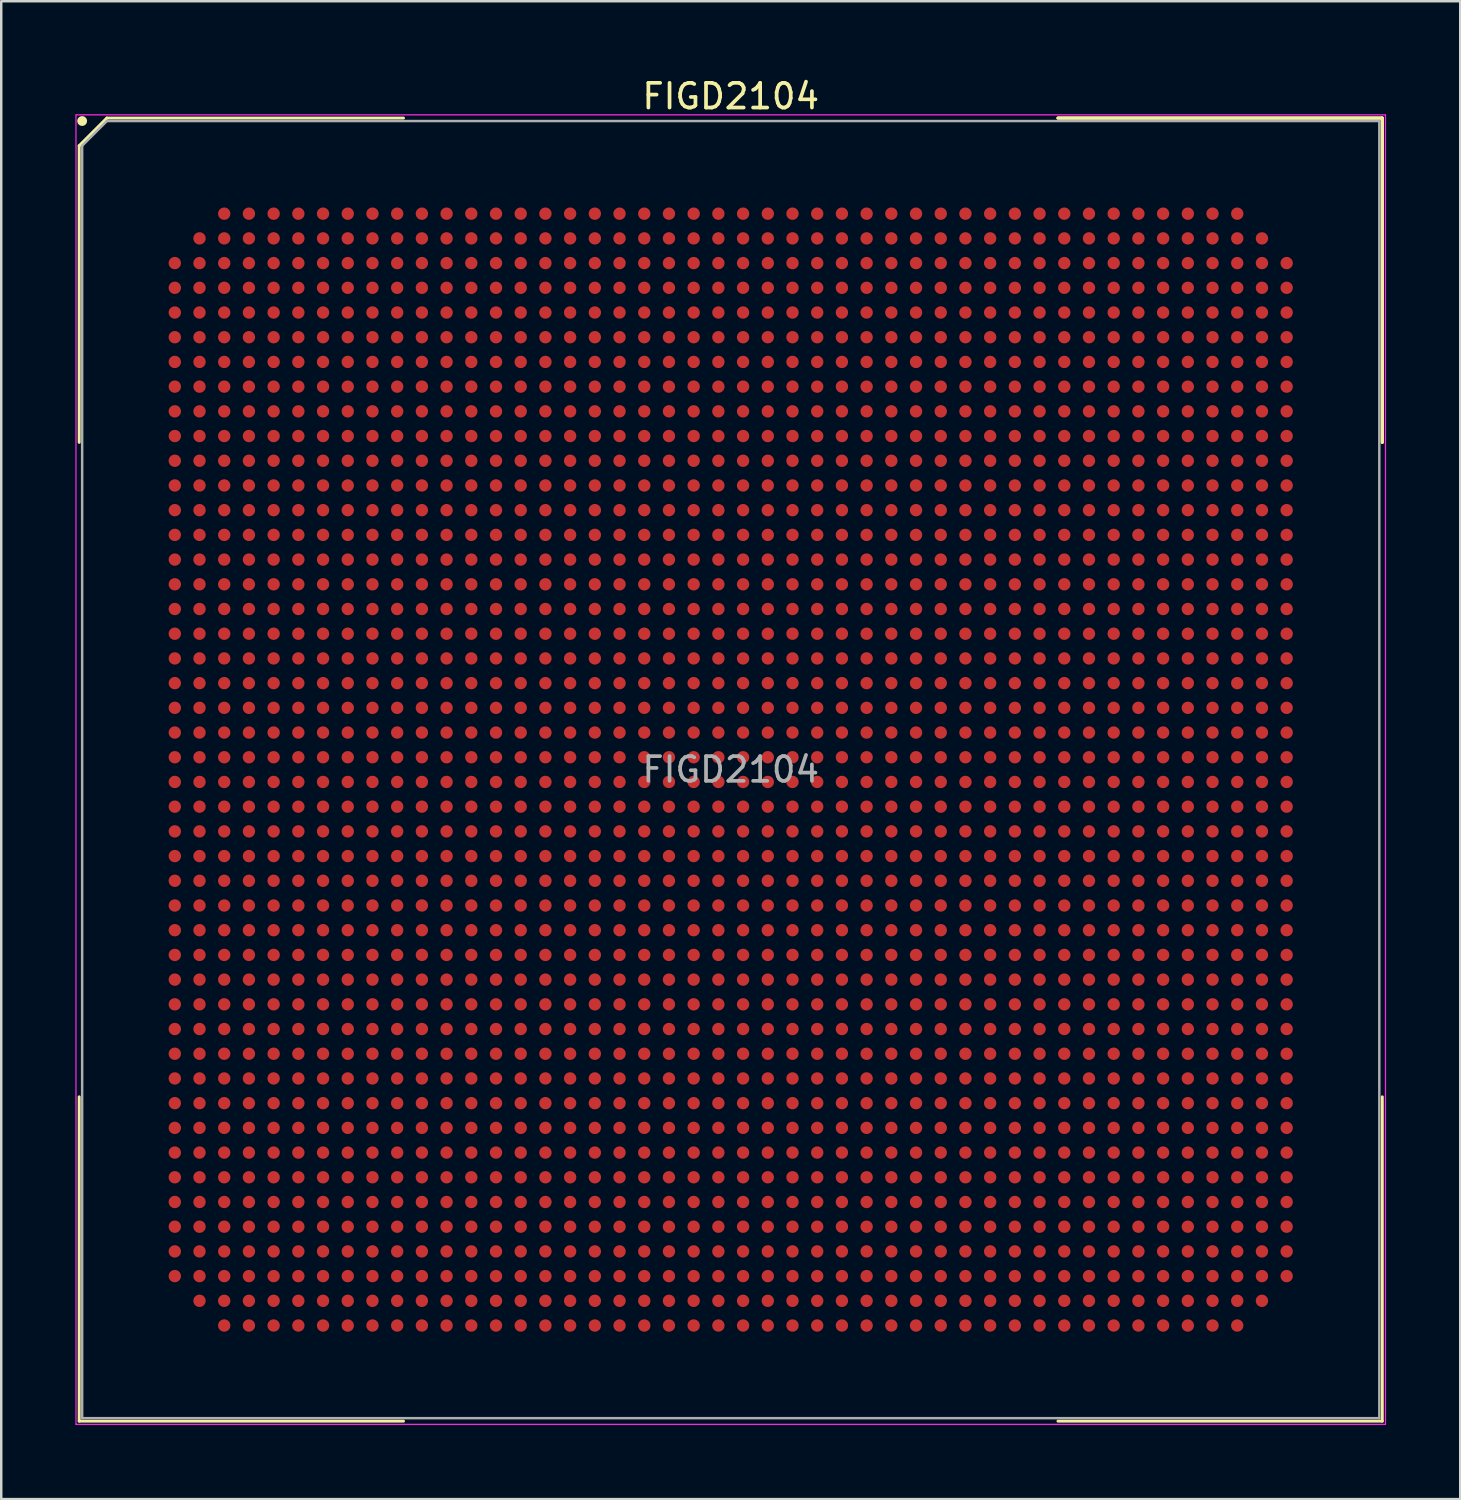
<source format=kicad_pcb>
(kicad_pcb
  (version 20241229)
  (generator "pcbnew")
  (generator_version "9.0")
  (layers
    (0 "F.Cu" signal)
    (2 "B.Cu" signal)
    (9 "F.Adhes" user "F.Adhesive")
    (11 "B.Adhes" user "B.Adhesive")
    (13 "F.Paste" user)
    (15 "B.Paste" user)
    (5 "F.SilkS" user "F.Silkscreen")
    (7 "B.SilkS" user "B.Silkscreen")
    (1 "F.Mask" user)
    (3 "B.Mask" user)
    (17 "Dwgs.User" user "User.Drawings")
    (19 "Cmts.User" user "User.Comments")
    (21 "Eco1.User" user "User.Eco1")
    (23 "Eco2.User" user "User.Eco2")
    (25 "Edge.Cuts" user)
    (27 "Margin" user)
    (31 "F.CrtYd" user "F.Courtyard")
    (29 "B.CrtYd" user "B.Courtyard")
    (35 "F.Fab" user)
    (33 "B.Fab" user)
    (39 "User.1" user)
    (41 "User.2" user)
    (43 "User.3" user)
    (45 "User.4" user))
  (footprint "FIGD2104"
    (layer "F.Cu")
    (at 26.525 28.098)
    (property "Reference" "FIGD2104" (at 0 -27.25 0) (layer "F.SilkS") (effects (font (size 1 1) (thickness 0.15))))
    (attr smd)
    (fp_line (start -26.37 -25.25) (end -26.37 -13.245) (stroke (width 0.12) (type solid)) (layer "F.SilkS"))
    (fp_line (start -26.37 26.37) (end -26.37 13.245) (stroke (width 0.12) (type solid)) (layer "F.SilkS"))
    (fp_line (start -25.25 -26.37) (end -26.37 -25.25) (stroke (width 0.12) (type solid)) (layer "F.SilkS"))
    (fp_line (start -13.245 -26.37) (end -25.25 -26.37) (stroke (width 0.12) (type solid)) (layer "F.SilkS"))
    (fp_line (start -13.245 26.37) (end -26.37 26.37) (stroke (width 0.12) (type solid)) (layer "F.SilkS"))
    (fp_line (start 13.245 -26.37) (end 26.37 -26.37) (stroke (width 0.12) (type solid)) (layer "F.SilkS"))
    (fp_line (start 13.245 -26.37) (end 26.37 -26.37) (stroke (width 0.12) (type solid)) (layer "F.SilkS"))
    (fp_line (start 13.245 -26.37) (end 26.37 -26.37) (stroke (width 0.12) (type solid)) (layer "F.SilkS"))
    (fp_line (start 13.245 26.37) (end 26.37 26.37) (stroke (width 0.12) (type solid)) (layer "F.SilkS"))
    (fp_line (start 26.37 -26.37) (end 26.37 -13.245) (stroke (width 0.12) (type solid)) (layer "F.SilkS"))
    (fp_line (start 26.37 -26.37) (end 26.37 -13.245) (stroke (width 0.12) (type solid)) (layer "F.SilkS"))
    (fp_line (start 26.37 -26.37) (end 26.37 -13.245) (stroke (width 0.12) (type solid)) (layer "F.SilkS"))
    (fp_line (start 26.37 26.37) (end 26.37 13.245) (stroke (width 0.12) (type solid)) (layer "F.SilkS"))
    (fp_circle (center -26.25 -26.25) (end -26.25 -26.15) (stroke (width 0.2) (type solid)) (fill no) (layer "F.SilkS"))
    (fp_line (start -26.5 -26.5) (end 26.5 -26.5) (stroke (width 0.05) (type solid)) (layer "F.CrtYd"))
    (fp_line (start -26.5 26.5) (end -26.5 -26.5) (stroke (width 0.05) (type solid)) (layer "F.CrtYd"))
    (fp_line (start 26.5 -26.5) (end 26.5 26.5) (stroke (width 0.05) (type solid)) (layer "F.CrtYd"))
    (fp_line (start 26.5 26.5) (end -26.5 26.5) (stroke (width 0.05) (type solid)) (layer "F.CrtYd"))
    (fp_line (start -26.25 -25.25) (end -26.25 26.25) (stroke (width 0.1) (type solid)) (layer "F.Fab"))
    (fp_line (start -26.25 26.25) (end 26.25 26.25) (stroke (width 0.1) (type solid)) (layer "F.Fab"))
    (fp_line (start -25.25 -26.25) (end -26.25 -25.25) (stroke (width 0.1) (type solid)) (layer "F.Fab"))
    (fp_line (start 26.25 -26.25) (end -25.25 -26.25) (stroke (width 0.1) (type solid)) (layer "F.Fab"))
    (fp_line (start 26.25 26.25) (end 26.25 -26.25) (stroke (width 0.1) (type solid)) (layer "F.Fab"))
    (fp_text user "${REFERENCE}" (at 0 0 0) (layer "F.Fab") (effects (font (size 1 1) (thickness 0.15))))
    (pad "A3" smd circle (at -20.5 -22.5) (size 0.5 0.5) (layers "F.Cu" "F.Mask" "F.Paste"))
    (pad "A4" smd circle (at -19.5 -22.5) (size 0.5 0.5) (layers "F.Cu" "F.Mask" "F.Paste"))
    (pad "A5" smd circle (at -18.5 -22.5) (size 0.5 0.5) (layers "F.Cu" "F.Mask" "F.Paste"))
    (pad "A6" smd circle (at -17.5 -22.5) (size 0.5 0.5) (layers "F.Cu" "F.Mask" "F.Paste"))
    (pad "A7" smd circle (at -16.5 -22.5) (size 0.5 0.5) (layers "F.Cu" "F.Mask" "F.Paste"))
    (pad "A8" smd circle (at -15.5 -22.5) (size 0.5 0.5) (layers "F.Cu" "F.Mask" "F.Paste"))
    (pad "A9" smd circle (at -14.5 -22.5) (size 0.5 0.5) (layers "F.Cu" "F.Mask" "F.Paste"))
    (pad "A10" smd circle (at -13.5 -22.5) (size 0.5 0.5) (layers "F.Cu" "F.Mask" "F.Paste"))
    (pad "A11" smd circle (at -12.5 -22.5) (size 0.5 0.5) (layers "F.Cu" "F.Mask" "F.Paste"))
    (pad "A12" smd circle (at -11.5 -22.5) (size 0.5 0.5) (layers "F.Cu" "F.Mask" "F.Paste"))
    (pad "A13" smd circle (at -10.5 -22.5) (size 0.5 0.5) (layers "F.Cu" "F.Mask" "F.Paste"))
    (pad "A14" smd circle (at -9.5 -22.5) (size 0.5 0.5) (layers "F.Cu" "F.Mask" "F.Paste"))
    (pad "A15" smd circle (at -8.5 -22.5) (size 0.5 0.5) (layers "F.Cu" "F.Mask" "F.Paste"))
    (pad "A16" smd circle (at -7.5 -22.5) (size 0.5 0.5) (layers "F.Cu" "F.Mask" "F.Paste"))
    (pad "A17" smd circle (at -6.5 -22.5) (size 0.5 0.5) (layers "F.Cu" "F.Mask" "F.Paste"))
    (pad "A18" smd circle (at -5.5 -22.5) (size 0.5 0.5) (layers "F.Cu" "F.Mask" "F.Paste"))
    (pad "A19" smd circle (at -4.5 -22.5) (size 0.5 0.5) (layers "F.Cu" "F.Mask" "F.Paste"))
    (pad "A20" smd circle (at -3.5 -22.5) (size 0.5 0.5) (layers "F.Cu" "F.Mask" "F.Paste"))
    (pad "A21" smd circle (at -2.5 -22.5) (size 0.5 0.5) (layers "F.Cu" "F.Mask" "F.Paste"))
    (pad "A22" smd circle (at -1.5 -22.5) (size 0.5 0.5) (layers "F.Cu" "F.Mask" "F.Paste"))
    (pad "A23" smd circle (at -0.5 -22.5) (size 0.5 0.5) (layers "F.Cu" "F.Mask" "F.Paste"))
    (pad "A24" smd circle (at 0.5 -22.5) (size 0.5 0.5) (layers "F.Cu" "F.Mask" "F.Paste"))
    (pad "A25" smd circle (at 1.5 -22.5) (size 0.5 0.5) (layers "F.Cu" "F.Mask" "F.Paste"))
    (pad "A26" smd circle (at 2.5 -22.5) (size 0.5 0.5) (layers "F.Cu" "F.Mask" "F.Paste"))
    (pad "A27" smd circle (at 3.5 -22.5) (size 0.5 0.5) (layers "F.Cu" "F.Mask" "F.Paste"))
    (pad "A28" smd circle (at 4.5 -22.5) (size 0.5 0.5) (layers "F.Cu" "F.Mask" "F.Paste"))
    (pad "A29" smd circle (at 5.5 -22.5) (size 0.5 0.5) (layers "F.Cu" "F.Mask" "F.Paste"))
    (pad "A30" smd circle (at 6.5 -22.5) (size 0.5 0.5) (layers "F.Cu" "F.Mask" "F.Paste"))
    (pad "A31" smd circle (at 7.5 -22.5) (size 0.5 0.5) (layers "F.Cu" "F.Mask" "F.Paste"))
    (pad "A32" smd circle (at 8.5 -22.5) (size 0.5 0.5) (layers "F.Cu" "F.Mask" "F.Paste"))
    (pad "A33" smd circle (at 9.5 -22.5) (size 0.5 0.5) (layers "F.Cu" "F.Mask" "F.Paste"))
    (pad "A34" smd circle (at 10.5 -22.5) (size 0.5 0.5) (layers "F.Cu" "F.Mask" "F.Paste"))
    (pad "A35" smd circle (at 11.5 -22.5) (size 0.5 0.5) (layers "F.Cu" "F.Mask" "F.Paste"))
    (pad "A36" smd circle (at 12.5 -22.5) (size 0.5 0.5) (layers "F.Cu" "F.Mask" "F.Paste"))
    (pad "A37" smd circle (at 13.5 -22.5) (size 0.5 0.5) (layers "F.Cu" "F.Mask" "F.Paste"))
    (pad "A38" smd circle (at 14.5 -22.5) (size 0.5 0.5) (layers "F.Cu" "F.Mask" "F.Paste"))
    (pad "A39" smd circle (at 15.5 -22.5) (size 0.5 0.5) (layers "F.Cu" "F.Mask" "F.Paste"))
    (pad "A40" smd circle (at 16.5 -22.5) (size 0.5 0.5) (layers "F.Cu" "F.Mask" "F.Paste"))
    (pad "A41" smd circle (at 17.5 -22.5) (size 0.5 0.5) (layers "F.Cu" "F.Mask" "F.Paste"))
    (pad "A42" smd circle (at 18.5 -22.5) (size 0.5 0.5) (layers "F.Cu" "F.Mask" "F.Paste"))
    (pad "A43" smd circle (at 19.5 -22.5) (size 0.5 0.5) (layers "F.Cu" "F.Mask" "F.Paste"))
    (pad "A44" smd circle (at 20.5 -22.5) (size 0.5 0.5) (layers "F.Cu" "F.Mask" "F.Paste"))
    (pad "AA1" smd circle (at -22.5 -2.5) (size 0.5 0.5) (layers "F.Cu" "F.Mask" "F.Paste"))
    (pad "AA2" smd circle (at -21.5 -2.5) (size 0.5 0.5) (layers "F.Cu" "F.Mask" "F.Paste"))
    (pad "AA3" smd circle (at -20.5 -2.5) (size 0.5 0.5) (layers "F.Cu" "F.Mask" "F.Paste"))
    (pad "AA4" smd circle (at -19.5 -2.5) (size 0.5 0.5) (layers "F.Cu" "F.Mask" "F.Paste"))
    (pad "AA5" smd circle (at -18.5 -2.5) (size 0.5 0.5) (layers "F.Cu" "F.Mask" "F.Paste"))
    (pad "AA6" smd circle (at -17.5 -2.5) (size 0.5 0.5) (layers "F.Cu" "F.Mask" "F.Paste"))
    (pad "AA7" smd circle (at -16.5 -2.5) (size 0.5 0.5) (layers "F.Cu" "F.Mask" "F.Paste"))
    (pad "AA8" smd circle (at -15.5 -2.5) (size 0.5 0.5) (layers "F.Cu" "F.Mask" "F.Paste"))
    (pad "AA9" smd circle (at -14.5 -2.5) (size 0.5 0.5) (layers "F.Cu" "F.Mask" "F.Paste"))
    (pad "AA10" smd circle (at -13.5 -2.5) (size 0.5 0.5) (layers "F.Cu" "F.Mask" "F.Paste"))
    (pad "AA11" smd circle (at -12.5 -2.5) (size 0.5 0.5) (layers "F.Cu" "F.Mask" "F.Paste"))
    (pad "AA12" smd circle (at -11.5 -2.5) (size 0.5 0.5) (layers "F.Cu" "F.Mask" "F.Paste"))
    (pad "AA13" smd circle (at -10.5 -2.5) (size 0.5 0.5) (layers "F.Cu" "F.Mask" "F.Paste"))
    (pad "AA14" smd circle (at -9.5 -2.5) (size 0.5 0.5) (layers "F.Cu" "F.Mask" "F.Paste"))
    (pad "AA15" smd circle (at -8.5 -2.5) (size 0.5 0.5) (layers "F.Cu" "F.Mask" "F.Paste"))
    (pad "AA16" smd circle (at -7.5 -2.5) (size 0.5 0.5) (layers "F.Cu" "F.Mask" "F.Paste"))
    (pad "AA17" smd circle (at -6.5 -2.5) (size 0.5 0.5) (layers "F.Cu" "F.Mask" "F.Paste"))
    (pad "AA18" smd circle (at -5.5 -2.5) (size 0.5 0.5) (layers "F.Cu" "F.Mask" "F.Paste"))
    (pad "AA19" smd circle (at -4.5 -2.5) (size 0.5 0.5) (layers "F.Cu" "F.Mask" "F.Paste"))
    (pad "AA20" smd circle (at -3.5 -2.5) (size 0.5 0.5) (layers "F.Cu" "F.Mask" "F.Paste"))
    (pad "AA21" smd circle (at -2.5 -2.5) (size 0.5 0.5) (layers "F.Cu" "F.Mask" "F.Paste"))
    (pad "AA22" smd circle (at -1.5 -2.5) (size 0.5 0.5) (layers "F.Cu" "F.Mask" "F.Paste"))
    (pad "AA23" smd circle (at -0.5 -2.5) (size 0.5 0.5) (layers "F.Cu" "F.Mask" "F.Paste"))
    (pad "AA24" smd circle (at 0.5 -2.5) (size 0.5 0.5) (layers "F.Cu" "F.Mask" "F.Paste"))
    (pad "AA25" smd circle (at 1.5 -2.5) (size 0.5 0.5) (layers "F.Cu" "F.Mask" "F.Paste"))
    (pad "AA26" smd circle (at 2.5 -2.5) (size 0.5 0.5) (layers "F.Cu" "F.Mask" "F.Paste"))
    (pad "AA27" smd circle (at 3.5 -2.5) (size 0.5 0.5) (layers "F.Cu" "F.Mask" "F.Paste"))
    (pad "AA28" smd circle (at 4.5 -2.5) (size 0.5 0.5) (layers "F.Cu" "F.Mask" "F.Paste"))
    (pad "AA29" smd circle (at 5.5 -2.5) (size 0.5 0.5) (layers "F.Cu" "F.Mask" "F.Paste"))
    (pad "AA30" smd circle (at 6.5 -2.5) (size 0.5 0.5) (layers "F.Cu" "F.Mask" "F.Paste"))
    (pad "AA31" smd circle (at 7.5 -2.5) (size 0.5 0.5) (layers "F.Cu" "F.Mask" "F.Paste"))
    (pad "AA32" smd circle (at 8.5 -2.5) (size 0.5 0.5) (layers "F.Cu" "F.Mask" "F.Paste"))
    (pad "AA33" smd circle (at 9.5 -2.5) (size 0.5 0.5) (layers "F.Cu" "F.Mask" "F.Paste"))
    (pad "AA34" smd circle (at 10.5 -2.5) (size 0.5 0.5) (layers "F.Cu" "F.Mask" "F.Paste"))
    (pad "AA35" smd circle (at 11.5 -2.5) (size 0.5 0.5) (layers "F.Cu" "F.Mask" "F.Paste"))
    (pad "AA36" smd circle (at 12.5 -2.5) (size 0.5 0.5) (layers "F.Cu" "F.Mask" "F.Paste"))
    (pad "AA37" smd circle (at 13.5 -2.5) (size 0.5 0.5) (layers "F.Cu" "F.Mask" "F.Paste"))
    (pad "AA38" smd circle (at 14.5 -2.5) (size 0.5 0.5) (layers "F.Cu" "F.Mask" "F.Paste"))
    (pad "AA39" smd circle (at 15.5 -2.5) (size 0.5 0.5) (layers "F.Cu" "F.Mask" "F.Paste"))
    (pad "AA40" smd circle (at 16.5 -2.5) (size 0.5 0.5) (layers "F.Cu" "F.Mask" "F.Paste"))
    (pad "AA41" smd circle (at 17.5 -2.5) (size 0.5 0.5) (layers "F.Cu" "F.Mask" "F.Paste"))
    (pad "AA42" smd circle (at 18.5 -2.5) (size 0.5 0.5) (layers "F.Cu" "F.Mask" "F.Paste"))
    (pad "AA43" smd circle (at 19.5 -2.5) (size 0.5 0.5) (layers "F.Cu" "F.Mask" "F.Paste"))
    (pad "AA44" smd circle (at 20.5 -2.5) (size 0.5 0.5) (layers "F.Cu" "F.Mask" "F.Paste"))
    (pad "AA45" smd circle (at 21.5 -2.5) (size 0.5 0.5) (layers "F.Cu" "F.Mask" "F.Paste"))
    (pad "AA46" smd circle (at 22.5 -2.5) (size 0.5 0.5) (layers "F.Cu" "F.Mask" "F.Paste"))
    (pad "AB1" smd circle (at -22.5 -1.5) (size 0.5 0.5) (layers "F.Cu" "F.Mask" "F.Paste"))
    (pad "AB2" smd circle (at -21.5 -1.5) (size 0.5 0.5) (layers "F.Cu" "F.Mask" "F.Paste"))
    (pad "AB3" smd circle (at -20.5 -1.5) (size 0.5 0.5) (layers "F.Cu" "F.Mask" "F.Paste"))
    (pad "AB4" smd circle (at -19.5 -1.5) (size 0.5 0.5) (layers "F.Cu" "F.Mask" "F.Paste"))
    (pad "AB5" smd circle (at -18.5 -1.5) (size 0.5 0.5) (layers "F.Cu" "F.Mask" "F.Paste"))
    (pad "AB6" smd circle (at -17.5 -1.5) (size 0.5 0.5) (layers "F.Cu" "F.Mask" "F.Paste"))
    (pad "AB7" smd circle (at -16.5 -1.5) (size 0.5 0.5) (layers "F.Cu" "F.Mask" "F.Paste"))
    (pad "AB8" smd circle (at -15.5 -1.5) (size 0.5 0.5) (layers "F.Cu" "F.Mask" "F.Paste"))
    (pad "AB9" smd circle (at -14.5 -1.5) (size 0.5 0.5) (layers "F.Cu" "F.Mask" "F.Paste"))
    (pad "AB10" smd circle (at -13.5 -1.5) (size 0.5 0.5) (layers "F.Cu" "F.Mask" "F.Paste"))
    (pad "AB11" smd circle (at -12.5 -1.5) (size 0.5 0.5) (layers "F.Cu" "F.Mask" "F.Paste"))
    (pad "AB12" smd circle (at -11.5 -1.5) (size 0.5 0.5) (layers "F.Cu" "F.Mask" "F.Paste"))
    (pad "AB13" smd circle (at -10.5 -1.5) (size 0.5 0.5) (layers "F.Cu" "F.Mask" "F.Paste"))
    (pad "AB14" smd circle (at -9.5 -1.5) (size 0.5 0.5) (layers "F.Cu" "F.Mask" "F.Paste"))
    (pad "AB15" smd circle (at -8.5 -1.5) (size 0.5 0.5) (layers "F.Cu" "F.Mask" "F.Paste"))
    (pad "AB16" smd circle (at -7.5 -1.5) (size 0.5 0.5) (layers "F.Cu" "F.Mask" "F.Paste"))
    (pad "AB17" smd circle (at -6.5 -1.5) (size 0.5 0.5) (layers "F.Cu" "F.Mask" "F.Paste"))
    (pad "AB18" smd circle (at -5.5 -1.5) (size 0.5 0.5) (layers "F.Cu" "F.Mask" "F.Paste"))
    (pad "AB19" smd circle (at -4.5 -1.5) (size 0.5 0.5) (layers "F.Cu" "F.Mask" "F.Paste"))
    (pad "AB20" smd circle (at -3.5 -1.5) (size 0.5 0.5) (layers "F.Cu" "F.Mask" "F.Paste"))
    (pad "AB21" smd circle (at -2.5 -1.5) (size 0.5 0.5) (layers "F.Cu" "F.Mask" "F.Paste"))
    (pad "AB22" smd circle (at -1.5 -1.5) (size 0.5 0.5) (layers "F.Cu" "F.Mask" "F.Paste"))
    (pad "AB23" smd circle (at -0.5 -1.5) (size 0.5 0.5) (layers "F.Cu" "F.Mask" "F.Paste"))
    (pad "AB24" smd circle (at 0.5 -1.5) (size 0.5 0.5) (layers "F.Cu" "F.Mask" "F.Paste"))
    (pad "AB25" smd circle (at 1.5 -1.5) (size 0.5 0.5) (layers "F.Cu" "F.Mask" "F.Paste"))
    (pad "AB26" smd circle (at 2.5 -1.5) (size 0.5 0.5) (layers "F.Cu" "F.Mask" "F.Paste"))
    (pad "AB27" smd circle (at 3.5 -1.5) (size 0.5 0.5) (layers "F.Cu" "F.Mask" "F.Paste"))
    (pad "AB28" smd circle (at 4.5 -1.5) (size 0.5 0.5) (layers "F.Cu" "F.Mask" "F.Paste"))
    (pad "AB29" smd circle (at 5.5 -1.5) (size 0.5 0.5) (layers "F.Cu" "F.Mask" "F.Paste"))
    (pad "AB30" smd circle (at 6.5 -1.5) (size 0.5 0.5) (layers "F.Cu" "F.Mask" "F.Paste"))
    (pad "AB31" smd circle (at 7.5 -1.5) (size 0.5 0.5) (layers "F.Cu" "F.Mask" "F.Paste"))
    (pad "AB32" smd circle (at 8.5 -1.5) (size 0.5 0.5) (layers "F.Cu" "F.Mask" "F.Paste"))
    (pad "AB33" smd circle (at 9.5 -1.5) (size 0.5 0.5) (layers "F.Cu" "F.Mask" "F.Paste"))
    (pad "AB34" smd circle (at 10.5 -1.5) (size 0.5 0.5) (layers "F.Cu" "F.Mask" "F.Paste"))
    (pad "AB35" smd circle (at 11.5 -1.5) (size 0.5 0.5) (layers "F.Cu" "F.Mask" "F.Paste"))
    (pad "AB36" smd circle (at 12.5 -1.5) (size 0.5 0.5) (layers "F.Cu" "F.Mask" "F.Paste"))
    (pad "AB37" smd circle (at 13.5 -1.5) (size 0.5 0.5) (layers "F.Cu" "F.Mask" "F.Paste"))
    (pad "AB38" smd circle (at 14.5 -1.5) (size 0.5 0.5) (layers "F.Cu" "F.Mask" "F.Paste"))
    (pad "AB39" smd circle (at 15.5 -1.5) (size 0.5 0.5) (layers "F.Cu" "F.Mask" "F.Paste"))
    (pad "AB40" smd circle (at 16.5 -1.5) (size 0.5 0.5) (layers "F.Cu" "F.Mask" "F.Paste"))
    (pad "AB41" smd circle (at 17.5 -1.5) (size 0.5 0.5) (layers "F.Cu" "F.Mask" "F.Paste"))
    (pad "AB42" smd circle (at 18.5 -1.5) (size 0.5 0.5) (layers "F.Cu" "F.Mask" "F.Paste"))
    (pad "AB43" smd circle (at 19.5 -1.5) (size 0.5 0.5) (layers "F.Cu" "F.Mask" "F.Paste"))
    (pad "AB44" smd circle (at 20.5 -1.5) (size 0.5 0.5) (layers "F.Cu" "F.Mask" "F.Paste"))
    (pad "AB45" smd circle (at 21.5 -1.5) (size 0.5 0.5) (layers "F.Cu" "F.Mask" "F.Paste"))
    (pad "AB46" smd circle (at 22.5 -1.5) (size 0.5 0.5) (layers "F.Cu" "F.Mask" "F.Paste"))
    (pad "AC1" smd circle (at -22.5 -0.5) (size 0.5 0.5) (layers "F.Cu" "F.Mask" "F.Paste"))
    (pad "AC2" smd circle (at -21.5 -0.5) (size 0.5 0.5) (layers "F.Cu" "F.Mask" "F.Paste"))
    (pad "AC3" smd circle (at -20.5 -0.5) (size 0.5 0.5) (layers "F.Cu" "F.Mask" "F.Paste"))
    (pad "AC4" smd circle (at -19.5 -0.5) (size 0.5 0.5) (layers "F.Cu" "F.Mask" "F.Paste"))
    (pad "AC5" smd circle (at -18.5 -0.5) (size 0.5 0.5) (layers "F.Cu" "F.Mask" "F.Paste"))
    (pad "AC6" smd circle (at -17.5 -0.5) (size 0.5 0.5) (layers "F.Cu" "F.Mask" "F.Paste"))
    (pad "AC7" smd circle (at -16.5 -0.5) (size 0.5 0.5) (layers "F.Cu" "F.Mask" "F.Paste"))
    (pad "AC8" smd circle (at -15.5 -0.5) (size 0.5 0.5) (layers "F.Cu" "F.Mask" "F.Paste"))
    (pad "AC9" smd circle (at -14.5 -0.5) (size 0.5 0.5) (layers "F.Cu" "F.Mask" "F.Paste"))
    (pad "AC10" smd circle (at -13.5 -0.5) (size 0.5 0.5) (layers "F.Cu" "F.Mask" "F.Paste"))
    (pad "AC11" smd circle (at -12.5 -0.5) (size 0.5 0.5) (layers "F.Cu" "F.Mask" "F.Paste"))
    (pad "AC12" smd circle (at -11.5 -0.5) (size 0.5 0.5) (layers "F.Cu" "F.Mask" "F.Paste"))
    (pad "AC13" smd circle (at -10.5 -0.5) (size 0.5 0.5) (layers "F.Cu" "F.Mask" "F.Paste"))
    (pad "AC14" smd circle (at -9.5 -0.5) (size 0.5 0.5) (layers "F.Cu" "F.Mask" "F.Paste"))
    (pad "AC15" smd circle (at -8.5 -0.5) (size 0.5 0.5) (layers "F.Cu" "F.Mask" "F.Paste"))
    (pad "AC16" smd circle (at -7.5 -0.5) (size 0.5 0.5) (layers "F.Cu" "F.Mask" "F.Paste"))
    (pad "AC17" smd circle (at -6.5 -0.5) (size 0.5 0.5) (layers "F.Cu" "F.Mask" "F.Paste"))
    (pad "AC18" smd circle (at -5.5 -0.5) (size 0.5 0.5) (layers "F.Cu" "F.Mask" "F.Paste"))
    (pad "AC19" smd circle (at -4.5 -0.5) (size 0.5 0.5) (layers "F.Cu" "F.Mask" "F.Paste"))
    (pad "AC20" smd circle (at -3.5 -0.5) (size 0.5 0.5) (layers "F.Cu" "F.Mask" "F.Paste"))
    (pad "AC21" smd circle (at -2.5 -0.5) (size 0.5 0.5) (layers "F.Cu" "F.Mask" "F.Paste"))
    (pad "AC22" smd circle (at -1.5 -0.5) (size 0.5 0.5) (layers "F.Cu" "F.Mask" "F.Paste"))
    (pad "AC23" smd circle (at -0.5 -0.5) (size 0.5 0.5) (layers "F.Cu" "F.Mask" "F.Paste"))
    (pad "AC24" smd circle (at 0.5 -0.5) (size 0.5 0.5) (layers "F.Cu" "F.Mask" "F.Paste"))
    (pad "AC25" smd circle (at 1.5 -0.5) (size 0.5 0.5) (layers "F.Cu" "F.Mask" "F.Paste"))
    (pad "AC26" smd circle (at 2.5 -0.5) (size 0.5 0.5) (layers "F.Cu" "F.Mask" "F.Paste"))
    (pad "AC27" smd circle (at 3.5 -0.5) (size 0.5 0.5) (layers "F.Cu" "F.Mask" "F.Paste"))
    (pad "AC28" smd circle (at 4.5 -0.5) (size 0.5 0.5) (layers "F.Cu" "F.Mask" "F.Paste"))
    (pad "AC29" smd circle (at 5.5 -0.5) (size 0.5 0.5) (layers "F.Cu" "F.Mask" "F.Paste"))
    (pad "AC30" smd circle (at 6.5 -0.5) (size 0.5 0.5) (layers "F.Cu" "F.Mask" "F.Paste"))
    (pad "AC31" smd circle (at 7.5 -0.5) (size 0.5 0.5) (layers "F.Cu" "F.Mask" "F.Paste"))
    (pad "AC32" smd circle (at 8.5 -0.5) (size 0.5 0.5) (layers "F.Cu" "F.Mask" "F.Paste"))
    (pad "AC33" smd circle (at 9.5 -0.5) (size 0.5 0.5) (layers "F.Cu" "F.Mask" "F.Paste"))
    (pad "AC34" smd circle (at 10.5 -0.5) (size 0.5 0.5) (layers "F.Cu" "F.Mask" "F.Paste"))
    (pad "AC35" smd circle (at 11.5 -0.5) (size 0.5 0.5) (layers "F.Cu" "F.Mask" "F.Paste"))
    (pad "AC36" smd circle (at 12.5 -0.5) (size 0.5 0.5) (layers "F.Cu" "F.Mask" "F.Paste"))
    (pad "AC37" smd circle (at 13.5 -0.5) (size 0.5 0.5) (layers "F.Cu" "F.Mask" "F.Paste"))
    (pad "AC38" smd circle (at 14.5 -0.5) (size 0.5 0.5) (layers "F.Cu" "F.Mask" "F.Paste"))
    (pad "AC39" smd circle (at 15.5 -0.5) (size 0.5 0.5) (layers "F.Cu" "F.Mask" "F.Paste"))
    (pad "AC40" smd circle (at 16.5 -0.5) (size 0.5 0.5) (layers "F.Cu" "F.Mask" "F.Paste"))
    (pad "AC41" smd circle (at 17.5 -0.5) (size 0.5 0.5) (layers "F.Cu" "F.Mask" "F.Paste"))
    (pad "AC42" smd circle (at 18.5 -0.5) (size 0.5 0.5) (layers "F.Cu" "F.Mask" "F.Paste"))
    (pad "AC43" smd circle (at 19.5 -0.5) (size 0.5 0.5) (layers "F.Cu" "F.Mask" "F.Paste"))
    (pad "AC44" smd circle (at 20.5 -0.5) (size 0.5 0.5) (layers "F.Cu" "F.Mask" "F.Paste"))
    (pad "AC45" smd circle (at 21.5 -0.5) (size 0.5 0.5) (layers "F.Cu" "F.Mask" "F.Paste"))
    (pad "AC46" smd circle (at 22.5 -0.5) (size 0.5 0.5) (layers "F.Cu" "F.Mask" "F.Paste"))
    (pad "AD1" smd circle (at -22.5 0.5) (size 0.5 0.5) (layers "F.Cu" "F.Mask" "F.Paste"))
    (pad "AD2" smd circle (at -21.5 0.5) (size 0.5 0.5) (layers "F.Cu" "F.Mask" "F.Paste"))
    (pad "AD3" smd circle (at -20.5 0.5) (size 0.5 0.5) (layers "F.Cu" "F.Mask" "F.Paste"))
    (pad "AD4" smd circle (at -19.5 0.5) (size 0.5 0.5) (layers "F.Cu" "F.Mask" "F.Paste"))
    (pad "AD5" smd circle (at -18.5 0.5) (size 0.5 0.5) (layers "F.Cu" "F.Mask" "F.Paste"))
    (pad "AD6" smd circle (at -17.5 0.5) (size 0.5 0.5) (layers "F.Cu" "F.Mask" "F.Paste"))
    (pad "AD7" smd circle (at -16.5 0.5) (size 0.5 0.5) (layers "F.Cu" "F.Mask" "F.Paste"))
    (pad "AD8" smd circle (at -15.5 0.5) (size 0.5 0.5) (layers "F.Cu" "F.Mask" "F.Paste"))
    (pad "AD9" smd circle (at -14.5 0.5) (size 0.5 0.5) (layers "F.Cu" "F.Mask" "F.Paste"))
    (pad "AD10" smd circle (at -13.5 0.5) (size 0.5 0.5) (layers "F.Cu" "F.Mask" "F.Paste"))
    (pad "AD11" smd circle (at -12.5 0.5) (size 0.5 0.5) (layers "F.Cu" "F.Mask" "F.Paste"))
    (pad "AD12" smd circle (at -11.5 0.5) (size 0.5 0.5) (layers "F.Cu" "F.Mask" "F.Paste"))
    (pad "AD13" smd circle (at -10.5 0.5) (size 0.5 0.5) (layers "F.Cu" "F.Mask" "F.Paste"))
    (pad "AD14" smd circle (at -9.5 0.5) (size 0.5 0.5) (layers "F.Cu" "F.Mask" "F.Paste"))
    (pad "AD15" smd circle (at -8.5 0.5) (size 0.5 0.5) (layers "F.Cu" "F.Mask" "F.Paste"))
    (pad "AD16" smd circle (at -7.5 0.5) (size 0.5 0.5) (layers "F.Cu" "F.Mask" "F.Paste"))
    (pad "AD17" smd circle (at -6.5 0.5) (size 0.5 0.5) (layers "F.Cu" "F.Mask" "F.Paste"))
    (pad "AD18" smd circle (at -5.5 0.5) (size 0.5 0.5) (layers "F.Cu" "F.Mask" "F.Paste"))
    (pad "AD19" smd circle (at -4.5 0.5) (size 0.5 0.5) (layers "F.Cu" "F.Mask" "F.Paste"))
    (pad "AD20" smd circle (at -3.5 0.5) (size 0.5 0.5) (layers "F.Cu" "F.Mask" "F.Paste"))
    (pad "AD21" smd circle (at -2.5 0.5) (size 0.5 0.5) (layers "F.Cu" "F.Mask" "F.Paste"))
    (pad "AD22" smd circle (at -1.5 0.5) (size 0.5 0.5) (layers "F.Cu" "F.Mask" "F.Paste"))
    (pad "AD23" smd circle (at -0.5 0.5) (size 0.5 0.5) (layers "F.Cu" "F.Mask" "F.Paste"))
    (pad "AD24" smd circle (at 0.5 0.5) (size 0.5 0.5) (layers "F.Cu" "F.Mask" "F.Paste"))
    (pad "AD25" smd circle (at 1.5 0.5) (size 0.5 0.5) (layers "F.Cu" "F.Mask" "F.Paste"))
    (pad "AD26" smd circle (at 2.5 0.5) (size 0.5 0.5) (layers "F.Cu" "F.Mask" "F.Paste"))
    (pad "AD27" smd circle (at 3.5 0.5) (size 0.5 0.5) (layers "F.Cu" "F.Mask" "F.Paste"))
    (pad "AD28" smd circle (at 4.5 0.5) (size 0.5 0.5) (layers "F.Cu" "F.Mask" "F.Paste"))
    (pad "AD29" smd circle (at 5.5 0.5) (size 0.5 0.5) (layers "F.Cu" "F.Mask" "F.Paste"))
    (pad "AD30" smd circle (at 6.5 0.5) (size 0.5 0.5) (layers "F.Cu" "F.Mask" "F.Paste"))
    (pad "AD31" smd circle (at 7.5 0.5) (size 0.5 0.5) (layers "F.Cu" "F.Mask" "F.Paste"))
    (pad "AD32" smd circle (at 8.5 0.5) (size 0.5 0.5) (layers "F.Cu" "F.Mask" "F.Paste"))
    (pad "AD33" smd circle (at 9.5 0.5) (size 0.5 0.5) (layers "F.Cu" "F.Mask" "F.Paste"))
    (pad "AD34" smd circle (at 10.5 0.5) (size 0.5 0.5) (layers "F.Cu" "F.Mask" "F.Paste"))
    (pad "AD35" smd circle (at 11.5 0.5) (size 0.5 0.5) (layers "F.Cu" "F.Mask" "F.Paste"))
    (pad "AD36" smd circle (at 12.5 0.5) (size 0.5 0.5) (layers "F.Cu" "F.Mask" "F.Paste"))
    (pad "AD37" smd circle (at 13.5 0.5) (size 0.5 0.5) (layers "F.Cu" "F.Mask" "F.Paste"))
    (pad "AD38" smd circle (at 14.5 0.5) (size 0.5 0.5) (layers "F.Cu" "F.Mask" "F.Paste"))
    (pad "AD39" smd circle (at 15.5 0.5) (size 0.5 0.5) (layers "F.Cu" "F.Mask" "F.Paste"))
    (pad "AD40" smd circle (at 16.5 0.5) (size 0.5 0.5) (layers "F.Cu" "F.Mask" "F.Paste"))
    (pad "AD41" smd circle (at 17.5 0.5) (size 0.5 0.5) (layers "F.Cu" "F.Mask" "F.Paste"))
    (pad "AD42" smd circle (at 18.5 0.5) (size 0.5 0.5) (layers "F.Cu" "F.Mask" "F.Paste"))
    (pad "AD43" smd circle (at 19.5 0.5) (size 0.5 0.5) (layers "F.Cu" "F.Mask" "F.Paste"))
    (pad "AD44" smd circle (at 20.5 0.5) (size 0.5 0.5) (layers "F.Cu" "F.Mask" "F.Paste"))
    (pad "AD45" smd circle (at 21.5 0.5) (size 0.5 0.5) (layers "F.Cu" "F.Mask" "F.Paste"))
    (pad "AD46" smd circle (at 22.5 0.5) (size 0.5 0.5) (layers "F.Cu" "F.Mask" "F.Paste"))
    (pad "AE1" smd circle (at -22.5 1.5) (size 0.5 0.5) (layers "F.Cu" "F.Mask" "F.Paste"))
    (pad "AE2" smd circle (at -21.5 1.5) (size 0.5 0.5) (layers "F.Cu" "F.Mask" "F.Paste"))
    (pad "AE3" smd circle (at -20.5 1.5) (size 0.5 0.5) (layers "F.Cu" "F.Mask" "F.Paste"))
    (pad "AE4" smd circle (at -19.5 1.5) (size 0.5 0.5) (layers "F.Cu" "F.Mask" "F.Paste"))
    (pad "AE5" smd circle (at -18.5 1.5) (size 0.5 0.5) (layers "F.Cu" "F.Mask" "F.Paste"))
    (pad "AE6" smd circle (at -17.5 1.5) (size 0.5 0.5) (layers "F.Cu" "F.Mask" "F.Paste"))
    (pad "AE7" smd circle (at -16.5 1.5) (size 0.5 0.5) (layers "F.Cu" "F.Mask" "F.Paste"))
    (pad "AE8" smd circle (at -15.5 1.5) (size 0.5 0.5) (layers "F.Cu" "F.Mask" "F.Paste"))
    (pad "AE9" smd circle (at -14.5 1.5) (size 0.5 0.5) (layers "F.Cu" "F.Mask" "F.Paste"))
    (pad "AE10" smd circle (at -13.5 1.5) (size 0.5 0.5) (layers "F.Cu" "F.Mask" "F.Paste"))
    (pad "AE11" smd circle (at -12.5 1.5) (size 0.5 0.5) (layers "F.Cu" "F.Mask" "F.Paste"))
    (pad "AE12" smd circle (at -11.5 1.5) (size 0.5 0.5) (layers "F.Cu" "F.Mask" "F.Paste"))
    (pad "AE13" smd circle (at -10.5 1.5) (size 0.5 0.5) (layers "F.Cu" "F.Mask" "F.Paste"))
    (pad "AE14" smd circle (at -9.5 1.5) (size 0.5 0.5) (layers "F.Cu" "F.Mask" "F.Paste"))
    (pad "AE15" smd circle (at -8.5 1.5) (size 0.5 0.5) (layers "F.Cu" "F.Mask" "F.Paste"))
    (pad "AE16" smd circle (at -7.5 1.5) (size 0.5 0.5) (layers "F.Cu" "F.Mask" "F.Paste"))
    (pad "AE17" smd circle (at -6.5 1.5) (size 0.5 0.5) (layers "F.Cu" "F.Mask" "F.Paste"))
    (pad "AE18" smd circle (at -5.5 1.5) (size 0.5 0.5) (layers "F.Cu" "F.Mask" "F.Paste"))
    (pad "AE19" smd circle (at -4.5 1.5) (size 0.5 0.5) (layers "F.Cu" "F.Mask" "F.Paste"))
    (pad "AE20" smd circle (at -3.5 1.5) (size 0.5 0.5) (layers "F.Cu" "F.Mask" "F.Paste"))
    (pad "AE21" smd circle (at -2.5 1.5) (size 0.5 0.5) (layers "F.Cu" "F.Mask" "F.Paste"))
    (pad "AE22" smd circle (at -1.5 1.5) (size 0.5 0.5) (layers "F.Cu" "F.Mask" "F.Paste"))
    (pad "AE23" smd circle (at -0.5 1.5) (size 0.5 0.5) (layers "F.Cu" "F.Mask" "F.Paste"))
    (pad "AE24" smd circle (at 0.5 1.5) (size 0.5 0.5) (layers "F.Cu" "F.Mask" "F.Paste"))
    (pad "AE25" smd circle (at 1.5 1.5) (size 0.5 0.5) (layers "F.Cu" "F.Mask" "F.Paste"))
    (pad "AE26" smd circle (at 2.5 1.5) (size 0.5 0.5) (layers "F.Cu" "F.Mask" "F.Paste"))
    (pad "AE27" smd circle (at 3.5 1.5) (size 0.5 0.5) (layers "F.Cu" "F.Mask" "F.Paste"))
    (pad "AE28" smd circle (at 4.5 1.5) (size 0.5 0.5) (layers "F.Cu" "F.Mask" "F.Paste"))
    (pad "AE29" smd circle (at 5.5 1.5) (size 0.5 0.5) (layers "F.Cu" "F.Mask" "F.Paste"))
    (pad "AE30" smd circle (at 6.5 1.5) (size 0.5 0.5) (layers "F.Cu" "F.Mask" "F.Paste"))
    (pad "AE31" smd circle (at 7.5 1.5) (size 0.5 0.5) (layers "F.Cu" "F.Mask" "F.Paste"))
    (pad "AE32" smd circle (at 8.5 1.5) (size 0.5 0.5) (layers "F.Cu" "F.Mask" "F.Paste"))
    (pad "AE33" smd circle (at 9.5 1.5) (size 0.5 0.5) (layers "F.Cu" "F.Mask" "F.Paste"))
    (pad "AE34" smd circle (at 10.5 1.5) (size 0.5 0.5) (layers "F.Cu" "F.Mask" "F.Paste"))
    (pad "AE35" smd circle (at 11.5 1.5) (size 0.5 0.5) (layers "F.Cu" "F.Mask" "F.Paste"))
    (pad "AE36" smd circle (at 12.5 1.5) (size 0.5 0.5) (layers "F.Cu" "F.Mask" "F.Paste"))
    (pad "AE37" smd circle (at 13.5 1.5) (size 0.5 0.5) (layers "F.Cu" "F.Mask" "F.Paste"))
    (pad "AE38" smd circle (at 14.5 1.5) (size 0.5 0.5) (layers "F.Cu" "F.Mask" "F.Paste"))
    (pad "AE39" smd circle (at 15.5 1.5) (size 0.5 0.5) (layers "F.Cu" "F.Mask" "F.Paste"))
    (pad "AE40" smd circle (at 16.5 1.5) (size 0.5 0.5) (layers "F.Cu" "F.Mask" "F.Paste"))
    (pad "AE41" smd circle (at 17.5 1.5) (size 0.5 0.5) (layers "F.Cu" "F.Mask" "F.Paste"))
    (pad "AE42" smd circle (at 18.5 1.5) (size 0.5 0.5) (layers "F.Cu" "F.Mask" "F.Paste"))
    (pad "AE43" smd circle (at 19.5 1.5) (size 0.5 0.5) (layers "F.Cu" "F.Mask" "F.Paste"))
    (pad "AE44" smd circle (at 20.5 1.5) (size 0.5 0.5) (layers "F.Cu" "F.Mask" "F.Paste"))
    (pad "AE45" smd circle (at 21.5 1.5) (size 0.5 0.5) (layers "F.Cu" "F.Mask" "F.Paste"))
    (pad "AE46" smd circle (at 22.5 1.5) (size 0.5 0.5) (layers "F.Cu" "F.Mask" "F.Paste"))
    (pad "AF1" smd circle (at -22.5 2.5) (size 0.5 0.5) (layers "F.Cu" "F.Mask" "F.Paste"))
    (pad "AF2" smd circle (at -21.5 2.5) (size 0.5 0.5) (layers "F.Cu" "F.Mask" "F.Paste"))
    (pad "AF3" smd circle (at -20.5 2.5) (size 0.5 0.5) (layers "F.Cu" "F.Mask" "F.Paste"))
    (pad "AF4" smd circle (at -19.5 2.5) (size 0.5 0.5) (layers "F.Cu" "F.Mask" "F.Paste"))
    (pad "AF5" smd circle (at -18.5 2.5) (size 0.5 0.5) (layers "F.Cu" "F.Mask" "F.Paste"))
    (pad "AF6" smd circle (at -17.5 2.5) (size 0.5 0.5) (layers "F.Cu" "F.Mask" "F.Paste"))
    (pad "AF7" smd circle (at -16.5 2.5) (size 0.5 0.5) (layers "F.Cu" "F.Mask" "F.Paste"))
    (pad "AF8" smd circle (at -15.5 2.5) (size 0.5 0.5) (layers "F.Cu" "F.Mask" "F.Paste"))
    (pad "AF9" smd circle (at -14.5 2.5) (size 0.5 0.5) (layers "F.Cu" "F.Mask" "F.Paste"))
    (pad "AF10" smd circle (at -13.5 2.5) (size 0.5 0.5) (layers "F.Cu" "F.Mask" "F.Paste"))
    (pad "AF11" smd circle (at -12.5 2.5) (size 0.5 0.5) (layers "F.Cu" "F.Mask" "F.Paste"))
    (pad "AF12" smd circle (at -11.5 2.5) (size 0.5 0.5) (layers "F.Cu" "F.Mask" "F.Paste"))
    (pad "AF13" smd circle (at -10.5 2.5) (size 0.5 0.5) (layers "F.Cu" "F.Mask" "F.Paste"))
    (pad "AF14" smd circle (at -9.5 2.5) (size 0.5 0.5) (layers "F.Cu" "F.Mask" "F.Paste"))
    (pad "AF15" smd circle (at -8.5 2.5) (size 0.5 0.5) (layers "F.Cu" "F.Mask" "F.Paste"))
    (pad "AF16" smd circle (at -7.5 2.5) (size 0.5 0.5) (layers "F.Cu" "F.Mask" "F.Paste"))
    (pad "AF17" smd circle (at -6.5 2.5) (size 0.5 0.5) (layers "F.Cu" "F.Mask" "F.Paste"))
    (pad "AF18" smd circle (at -5.5 2.5) (size 0.5 0.5) (layers "F.Cu" "F.Mask" "F.Paste"))
    (pad "AF19" smd circle (at -4.5 2.5) (size 0.5 0.5) (layers "F.Cu" "F.Mask" "F.Paste"))
    (pad "AF20" smd circle (at -3.5 2.5) (size 0.5 0.5) (layers "F.Cu" "F.Mask" "F.Paste"))
    (pad "AF21" smd circle (at -2.5 2.5) (size 0.5 0.5) (layers "F.Cu" "F.Mask" "F.Paste"))
    (pad "AF22" smd circle (at -1.5 2.5) (size 0.5 0.5) (layers "F.Cu" "F.Mask" "F.Paste"))
    (pad "AF23" smd circle (at -0.5 2.5) (size 0.5 0.5) (layers "F.Cu" "F.Mask" "F.Paste"))
    (pad "AF24" smd circle (at 0.5 2.5) (size 0.5 0.5) (layers "F.Cu" "F.Mask" "F.Paste"))
    (pad "AF25" smd circle (at 1.5 2.5) (size 0.5 0.5) (layers "F.Cu" "F.Mask" "F.Paste"))
    (pad "AF26" smd circle (at 2.5 2.5) (size 0.5 0.5) (layers "F.Cu" "F.Mask" "F.Paste"))
    (pad "AF27" smd circle (at 3.5 2.5) (size 0.5 0.5) (layers "F.Cu" "F.Mask" "F.Paste"))
    (pad "AF28" smd circle (at 4.5 2.5) (size 0.5 0.5) (layers "F.Cu" "F.Mask" "F.Paste"))
    (pad "AF29" smd circle (at 5.5 2.5) (size 0.5 0.5) (layers "F.Cu" "F.Mask" "F.Paste"))
    (pad "AF30" smd circle (at 6.5 2.5) (size 0.5 0.5) (layers "F.Cu" "F.Mask" "F.Paste"))
    (pad "AF31" smd circle (at 7.5 2.5) (size 0.5 0.5) (layers "F.Cu" "F.Mask" "F.Paste"))
    (pad "AF32" smd circle (at 8.5 2.5) (size 0.5 0.5) (layers "F.Cu" "F.Mask" "F.Paste"))
    (pad "AF33" smd circle (at 9.5 2.5) (size 0.5 0.5) (layers "F.Cu" "F.Mask" "F.Paste"))
    (pad "AF34" smd circle (at 10.5 2.5) (size 0.5 0.5) (layers "F.Cu" "F.Mask" "F.Paste"))
    (pad "AF35" smd circle (at 11.5 2.5) (size 0.5 0.5) (layers "F.Cu" "F.Mask" "F.Paste"))
    (pad "AF36" smd circle (at 12.5 2.5) (size 0.5 0.5) (layers "F.Cu" "F.Mask" "F.Paste"))
    (pad "AF37" smd circle (at 13.5 2.5) (size 0.5 0.5) (layers "F.Cu" "F.Mask" "F.Paste"))
    (pad "AF38" smd circle (at 14.5 2.5) (size 0.5 0.5) (layers "F.Cu" "F.Mask" "F.Paste"))
    (pad "AF39" smd circle (at 15.5 2.5) (size 0.5 0.5) (layers "F.Cu" "F.Mask" "F.Paste"))
    (pad "AF40" smd circle (at 16.5 2.5) (size 0.5 0.5) (layers "F.Cu" "F.Mask" "F.Paste"))
    (pad "AF41" smd circle (at 17.5 2.5) (size 0.5 0.5) (layers "F.Cu" "F.Mask" "F.Paste"))
    (pad "AF42" smd circle (at 18.5 2.5) (size 0.5 0.5) (layers "F.Cu" "F.Mask" "F.Paste"))
    (pad "AF43" smd circle (at 19.5 2.5) (size 0.5 0.5) (layers "F.Cu" "F.Mask" "F.Paste"))
    (pad "AF44" smd circle (at 20.5 2.5) (size 0.5 0.5) (layers "F.Cu" "F.Mask" "F.Paste"))
    (pad "AF45" smd circle (at 21.5 2.5) (size 0.5 0.5) (layers "F.Cu" "F.Mask" "F.Paste"))
    (pad "AF46" smd circle (at 22.5 2.5) (size 0.5 0.5) (layers "F.Cu" "F.Mask" "F.Paste"))
    (pad "AG1" smd circle (at -22.5 3.5) (size 0.5 0.5) (layers "F.Cu" "F.Mask" "F.Paste"))
    (pad "AG2" smd circle (at -21.5 3.5) (size 0.5 0.5) (layers "F.Cu" "F.Mask" "F.Paste"))
    (pad "AG3" smd circle (at -20.5 3.5) (size 0.5 0.5) (layers "F.Cu" "F.Mask" "F.Paste"))
    (pad "AG4" smd circle (at -19.5 3.5) (size 0.5 0.5) (layers "F.Cu" "F.Mask" "F.Paste"))
    (pad "AG5" smd circle (at -18.5 3.5) (size 0.5 0.5) (layers "F.Cu" "F.Mask" "F.Paste"))
    (pad "AG6" smd circle (at -17.5 3.5) (size 0.5 0.5) (layers "F.Cu" "F.Mask" "F.Paste"))
    (pad "AG7" smd circle (at -16.5 3.5) (size 0.5 0.5) (layers "F.Cu" "F.Mask" "F.Paste"))
    (pad "AG8" smd circle (at -15.5 3.5) (size 0.5 0.5) (layers "F.Cu" "F.Mask" "F.Paste"))
    (pad "AG9" smd circle (at -14.5 3.5) (size 0.5 0.5) (layers "F.Cu" "F.Mask" "F.Paste"))
    (pad "AG10" smd circle (at -13.5 3.5) (size 0.5 0.5) (layers "F.Cu" "F.Mask" "F.Paste"))
    (pad "AG11" smd circle (at -12.5 3.5) (size 0.5 0.5) (layers "F.Cu" "F.Mask" "F.Paste"))
    (pad "AG12" smd circle (at -11.5 3.5) (size 0.5 0.5) (layers "F.Cu" "F.Mask" "F.Paste"))
    (pad "AG13" smd circle (at -10.5 3.5) (size 0.5 0.5) (layers "F.Cu" "F.Mask" "F.Paste"))
    (pad "AG14" smd circle (at -9.5 3.5) (size 0.5 0.5) (layers "F.Cu" "F.Mask" "F.Paste"))
    (pad "AG15" smd circle (at -8.5 3.5) (size 0.5 0.5) (layers "F.Cu" "F.Mask" "F.Paste"))
    (pad "AG16" smd circle (at -7.5 3.5) (size 0.5 0.5) (layers "F.Cu" "F.Mask" "F.Paste"))
    (pad "AG17" smd circle (at -6.5 3.5) (size 0.5 0.5) (layers "F.Cu" "F.Mask" "F.Paste"))
    (pad "AG18" smd circle (at -5.5 3.5) (size 0.5 0.5) (layers "F.Cu" "F.Mask" "F.Paste"))
    (pad "AG19" smd circle (at -4.5 3.5) (size 0.5 0.5) (layers "F.Cu" "F.Mask" "F.Paste"))
    (pad "AG20" smd circle (at -3.5 3.5) (size 0.5 0.5) (layers "F.Cu" "F.Mask" "F.Paste"))
    (pad "AG21" smd circle (at -2.5 3.5) (size 0.5 0.5) (layers "F.Cu" "F.Mask" "F.Paste"))
    (pad "AG22" smd circle (at -1.5 3.5) (size 0.5 0.5) (layers "F.Cu" "F.Mask" "F.Paste"))
    (pad "AG23" smd circle (at -0.5 3.5) (size 0.5 0.5) (layers "F.Cu" "F.Mask" "F.Paste"))
    (pad "AG24" smd circle (at 0.5 3.5) (size 0.5 0.5) (layers "F.Cu" "F.Mask" "F.Paste"))
    (pad "AG25" smd circle (at 1.5 3.5) (size 0.5 0.5) (layers "F.Cu" "F.Mask" "F.Paste"))
    (pad "AG26" smd circle (at 2.5 3.5) (size 0.5 0.5) (layers "F.Cu" "F.Mask" "F.Paste"))
    (pad "AG27" smd circle (at 3.5 3.5) (size 0.5 0.5) (layers "F.Cu" "F.Mask" "F.Paste"))
    (pad "AG28" smd circle (at 4.5 3.5) (size 0.5 0.5) (layers "F.Cu" "F.Mask" "F.Paste"))
    (pad "AG29" smd circle (at 5.5 3.5) (size 0.5 0.5) (layers "F.Cu" "F.Mask" "F.Paste"))
    (pad "AG30" smd circle (at 6.5 3.5) (size 0.5 0.5) (layers "F.Cu" "F.Mask" "F.Paste"))
    (pad "AG31" smd circle (at 7.5 3.5) (size 0.5 0.5) (layers "F.Cu" "F.Mask" "F.Paste"))
    (pad "AG32" smd circle (at 8.5 3.5) (size 0.5 0.5) (layers "F.Cu" "F.Mask" "F.Paste"))
    (pad "AG33" smd circle (at 9.5 3.5) (size 0.5 0.5) (layers "F.Cu" "F.Mask" "F.Paste"))
    (pad "AG34" smd circle (at 10.5 3.5) (size 0.5 0.5) (layers "F.Cu" "F.Mask" "F.Paste"))
    (pad "AG35" smd circle (at 11.5 3.5) (size 0.5 0.5) (layers "F.Cu" "F.Mask" "F.Paste"))
    (pad "AG36" smd circle (at 12.5 3.5) (size 0.5 0.5) (layers "F.Cu" "F.Mask" "F.Paste"))
    (pad "AG37" smd circle (at 13.5 3.5) (size 0.5 0.5) (layers "F.Cu" "F.Mask" "F.Paste"))
    (pad "AG38" smd circle (at 14.5 3.5) (size 0.5 0.5) (layers "F.Cu" "F.Mask" "F.Paste"))
    (pad "AG39" smd circle (at 15.5 3.5) (size 0.5 0.5) (layers "F.Cu" "F.Mask" "F.Paste"))
    (pad "AG40" smd circle (at 16.5 3.5) (size 0.5 0.5) (layers "F.Cu" "F.Mask" "F.Paste"))
    (pad "AG41" smd circle (at 17.5 3.5) (size 0.5 0.5) (layers "F.Cu" "F.Mask" "F.Paste"))
    (pad "AG42" smd circle (at 18.5 3.5) (size 0.5 0.5) (layers "F.Cu" "F.Mask" "F.Paste"))
    (pad "AG43" smd circle (at 19.5 3.5) (size 0.5 0.5) (layers "F.Cu" "F.Mask" "F.Paste"))
    (pad "AG44" smd circle (at 20.5 3.5) (size 0.5 0.5) (layers "F.Cu" "F.Mask" "F.Paste"))
    (pad "AG45" smd circle (at 21.5 3.5) (size 0.5 0.5) (layers "F.Cu" "F.Mask" "F.Paste"))
    (pad "AG46" smd circle (at 22.5 3.5) (size 0.5 0.5) (layers "F.Cu" "F.Mask" "F.Paste"))
    (pad "AH1" smd circle (at -22.5 4.5) (size 0.5 0.5) (layers "F.Cu" "F.Mask" "F.Paste"))
    (pad "AH2" smd circle (at -21.5 4.5) (size 0.5 0.5) (layers "F.Cu" "F.Mask" "F.Paste"))
    (pad "AH3" smd circle (at -20.5 4.5) (size 0.5 0.5) (layers "F.Cu" "F.Mask" "F.Paste"))
    (pad "AH4" smd circle (at -19.5 4.5) (size 0.5 0.5) (layers "F.Cu" "F.Mask" "F.Paste"))
    (pad "AH5" smd circle (at -18.5 4.5) (size 0.5 0.5) (layers "F.Cu" "F.Mask" "F.Paste"))
    (pad "AH6" smd circle (at -17.5 4.5) (size 0.5 0.5) (layers "F.Cu" "F.Mask" "F.Paste"))
    (pad "AH7" smd circle (at -16.5 4.5) (size 0.5 0.5) (layers "F.Cu" "F.Mask" "F.Paste"))
    (pad "AH8" smd circle (at -15.5 4.5) (size 0.5 0.5) (layers "F.Cu" "F.Mask" "F.Paste"))
    (pad "AH9" smd circle (at -14.5 4.5) (size 0.5 0.5) (layers "F.Cu" "F.Mask" "F.Paste"))
    (pad "AH10" smd circle (at -13.5 4.5) (size 0.5 0.5) (layers "F.Cu" "F.Mask" "F.Paste"))
    (pad "AH11" smd circle (at -12.5 4.5) (size 0.5 0.5) (layers "F.Cu" "F.Mask" "F.Paste"))
    (pad "AH12" smd circle (at -11.5 4.5) (size 0.5 0.5) (layers "F.Cu" "F.Mask" "F.Paste"))
    (pad "AH13" smd circle (at -10.5 4.5) (size 0.5 0.5) (layers "F.Cu" "F.Mask" "F.Paste"))
    (pad "AH14" smd circle (at -9.5 4.5) (size 0.5 0.5) (layers "F.Cu" "F.Mask" "F.Paste"))
    (pad "AH15" smd circle (at -8.5 4.5) (size 0.5 0.5) (layers "F.Cu" "F.Mask" "F.Paste"))
    (pad "AH16" smd circle (at -7.5 4.5) (size 0.5 0.5) (layers "F.Cu" "F.Mask" "F.Paste"))
    (pad "AH17" smd circle (at -6.5 4.5) (size 0.5 0.5) (layers "F.Cu" "F.Mask" "F.Paste"))
    (pad "AH18" smd circle (at -5.5 4.5) (size 0.5 0.5) (layers "F.Cu" "F.Mask" "F.Paste"))
    (pad "AH19" smd circle (at -4.5 4.5) (size 0.5 0.5) (layers "F.Cu" "F.Mask" "F.Paste"))
    (pad "AH20" smd circle (at -3.5 4.5) (size 0.5 0.5) (layers "F.Cu" "F.Mask" "F.Paste"))
    (pad "AH21" smd circle (at -2.5 4.5) (size 0.5 0.5) (layers "F.Cu" "F.Mask" "F.Paste"))
    (pad "AH22" smd circle (at -1.5 4.5) (size 0.5 0.5) (layers "F.Cu" "F.Mask" "F.Paste"))
    (pad "AH23" smd circle (at -0.5 4.5) (size 0.5 0.5) (layers "F.Cu" "F.Mask" "F.Paste"))
    (pad "AH24" smd circle (at 0.5 4.5) (size 0.5 0.5) (layers "F.Cu" "F.Mask" "F.Paste"))
    (pad "AH25" smd circle (at 1.5 4.5) (size 0.5 0.5) (layers "F.Cu" "F.Mask" "F.Paste"))
    (pad "AH26" smd circle (at 2.5 4.5) (size 0.5 0.5) (layers "F.Cu" "F.Mask" "F.Paste"))
    (pad "AH27" smd circle (at 3.5 4.5) (size 0.5 0.5) (layers "F.Cu" "F.Mask" "F.Paste"))
    (pad "AH28" smd circle (at 4.5 4.5) (size 0.5 0.5) (layers "F.Cu" "F.Mask" "F.Paste"))
    (pad "AH29" smd circle (at 5.5 4.5) (size 0.5 0.5) (layers "F.Cu" "F.Mask" "F.Paste"))
    (pad "AH30" smd circle (at 6.5 4.5) (size 0.5 0.5) (layers "F.Cu" "F.Mask" "F.Paste"))
    (pad "AH31" smd circle (at 7.5 4.5) (size 0.5 0.5) (layers "F.Cu" "F.Mask" "F.Paste"))
    (pad "AH32" smd circle (at 8.5 4.5) (size 0.5 0.5) (layers "F.Cu" "F.Mask" "F.Paste"))
    (pad "AH33" smd circle (at 9.5 4.5) (size 0.5 0.5) (layers "F.Cu" "F.Mask" "F.Paste"))
    (pad "AH34" smd circle (at 10.5 4.5) (size 0.5 0.5) (layers "F.Cu" "F.Mask" "F.Paste"))
    (pad "AH35" smd circle (at 11.5 4.5) (size 0.5 0.5) (layers "F.Cu" "F.Mask" "F.Paste"))
    (pad "AH36" smd circle (at 12.5 4.5) (size 0.5 0.5) (layers "F.Cu" "F.Mask" "F.Paste"))
    (pad "AH37" smd circle (at 13.5 4.5) (size 0.5 0.5) (layers "F.Cu" "F.Mask" "F.Paste"))
    (pad "AH38" smd circle (at 14.5 4.5) (size 0.5 0.5) (layers "F.Cu" "F.Mask" "F.Paste"))
    (pad "AH39" smd circle (at 15.5 4.5) (size 0.5 0.5) (layers "F.Cu" "F.Mask" "F.Paste"))
    (pad "AH40" smd circle (at 16.5 4.5) (size 0.5 0.5) (layers "F.Cu" "F.Mask" "F.Paste"))
    (pad "AH41" smd circle (at 17.5 4.5) (size 0.5 0.5) (layers "F.Cu" "F.Mask" "F.Paste"))
    (pad "AH42" smd circle (at 18.5 4.5) (size 0.5 0.5) (layers "F.Cu" "F.Mask" "F.Paste"))
    (pad "AH43" smd circle (at 19.5 4.5) (size 0.5 0.5) (layers "F.Cu" "F.Mask" "F.Paste"))
    (pad "AH44" smd circle (at 20.5 4.5) (size 0.5 0.5) (layers "F.Cu" "F.Mask" "F.Paste"))
    (pad "AH45" smd circle (at 21.5 4.5) (size 0.5 0.5) (layers "F.Cu" "F.Mask" "F.Paste"))
    (pad "AH46" smd circle (at 22.5 4.5) (size 0.5 0.5) (layers "F.Cu" "F.Mask" "F.Paste"))
    (pad "AJ1" smd circle (at -22.5 5.5) (size 0.5 0.5) (layers "F.Cu" "F.Mask" "F.Paste"))
    (pad "AJ2" smd circle (at -21.5 5.5) (size 0.5 0.5) (layers "F.Cu" "F.Mask" "F.Paste"))
    (pad "AJ3" smd circle (at -20.5 5.5) (size 0.5 0.5) (layers "F.Cu" "F.Mask" "F.Paste"))
    (pad "AJ4" smd circle (at -19.5 5.5) (size 0.5 0.5) (layers "F.Cu" "F.Mask" "F.Paste"))
    (pad "AJ5" smd circle (at -18.5 5.5) (size 0.5 0.5) (layers "F.Cu" "F.Mask" "F.Paste"))
    (pad "AJ6" smd circle (at -17.5 5.5) (size 0.5 0.5) (layers "F.Cu" "F.Mask" "F.Paste"))
    (pad "AJ7" smd circle (at -16.5 5.5) (size 0.5 0.5) (layers "F.Cu" "F.Mask" "F.Paste"))
    (pad "AJ8" smd circle (at -15.5 5.5) (size 0.5 0.5) (layers "F.Cu" "F.Mask" "F.Paste"))
    (pad "AJ9" smd circle (at -14.5 5.5) (size 0.5 0.5) (layers "F.Cu" "F.Mask" "F.Paste"))
    (pad "AJ10" smd circle (at -13.5 5.5) (size 0.5 0.5) (layers "F.Cu" "F.Mask" "F.Paste"))
    (pad "AJ11" smd circle (at -12.5 5.5) (size 0.5 0.5) (layers "F.Cu" "F.Mask" "F.Paste"))
    (pad "AJ12" smd circle (at -11.5 5.5) (size 0.5 0.5) (layers "F.Cu" "F.Mask" "F.Paste"))
    (pad "AJ13" smd circle (at -10.5 5.5) (size 0.5 0.5) (layers "F.Cu" "F.Mask" "F.Paste"))
    (pad "AJ14" smd circle (at -9.5 5.5) (size 0.5 0.5) (layers "F.Cu" "F.Mask" "F.Paste"))
    (pad "AJ15" smd circle (at -8.5 5.5) (size 0.5 0.5) (layers "F.Cu" "F.Mask" "F.Paste"))
    (pad "AJ16" smd circle (at -7.5 5.5) (size 0.5 0.5) (layers "F.Cu" "F.Mask" "F.Paste"))
    (pad "AJ17" smd circle (at -6.5 5.5) (size 0.5 0.5) (layers "F.Cu" "F.Mask" "F.Paste"))
    (pad "AJ18" smd circle (at -5.5 5.5) (size 0.5 0.5) (layers "F.Cu" "F.Mask" "F.Paste"))
    (pad "AJ19" smd circle (at -4.5 5.5) (size 0.5 0.5) (layers "F.Cu" "F.Mask" "F.Paste"))
    (pad "AJ20" smd circle (at -3.5 5.5) (size 0.5 0.5) (layers "F.Cu" "F.Mask" "F.Paste"))
    (pad "AJ21" smd circle (at -2.5 5.5) (size 0.5 0.5) (layers "F.Cu" "F.Mask" "F.Paste"))
    (pad "AJ22" smd circle (at -1.5 5.5) (size 0.5 0.5) (layers "F.Cu" "F.Mask" "F.Paste"))
    (pad "AJ23" smd circle (at -0.5 5.5) (size 0.5 0.5) (layers "F.Cu" "F.Mask" "F.Paste"))
    (pad "AJ24" smd circle (at 0.5 5.5) (size 0.5 0.5) (layers "F.Cu" "F.Mask" "F.Paste"))
    (pad "AJ25" smd circle (at 1.5 5.5) (size 0.5 0.5) (layers "F.Cu" "F.Mask" "F.Paste"))
    (pad "AJ26" smd circle (at 2.5 5.5) (size 0.5 0.5) (layers "F.Cu" "F.Mask" "F.Paste"))
    (pad "AJ27" smd circle (at 3.5 5.5) (size 0.5 0.5) (layers "F.Cu" "F.Mask" "F.Paste"))
    (pad "AJ28" smd circle (at 4.5 5.5) (size 0.5 0.5) (layers "F.Cu" "F.Mask" "F.Paste"))
    (pad "AJ29" smd circle (at 5.5 5.5) (size 0.5 0.5) (layers "F.Cu" "F.Mask" "F.Paste"))
    (pad "AJ30" smd circle (at 6.5 5.5) (size 0.5 0.5) (layers "F.Cu" "F.Mask" "F.Paste"))
    (pad "AJ31" smd circle (at 7.5 5.5) (size 0.5 0.5) (layers "F.Cu" "F.Mask" "F.Paste"))
    (pad "AJ32" smd circle (at 8.5 5.5) (size 0.5 0.5) (layers "F.Cu" "F.Mask" "F.Paste"))
    (pad "AJ33" smd circle (at 9.5 5.5) (size 0.5 0.5) (layers "F.Cu" "F.Mask" "F.Paste"))
    (pad "AJ34" smd circle (at 10.5 5.5) (size 0.5 0.5) (layers "F.Cu" "F.Mask" "F.Paste"))
    (pad "AJ35" smd circle (at 11.5 5.5) (size 0.5 0.5) (layers "F.Cu" "F.Mask" "F.Paste"))
    (pad "AJ36" smd circle (at 12.5 5.5) (size 0.5 0.5) (layers "F.Cu" "F.Mask" "F.Paste"))
    (pad "AJ37" smd circle (at 13.5 5.5) (size 0.5 0.5) (layers "F.Cu" "F.Mask" "F.Paste"))
    (pad "AJ38" smd circle (at 14.5 5.5) (size 0.5 0.5) (layers "F.Cu" "F.Mask" "F.Paste"))
    (pad "AJ39" smd circle (at 15.5 5.5) (size 0.5 0.5) (layers "F.Cu" "F.Mask" "F.Paste"))
    (pad "AJ40" smd circle (at 16.5 5.5) (size 0.5 0.5) (layers "F.Cu" "F.Mask" "F.Paste"))
    (pad "AJ41" smd circle (at 17.5 5.5) (size 0.5 0.5) (layers "F.Cu" "F.Mask" "F.Paste"))
    (pad "AJ42" smd circle (at 18.5 5.5) (size 0.5 0.5) (layers "F.Cu" "F.Mask" "F.Paste"))
    (pad "AJ43" smd circle (at 19.5 5.5) (size 0.5 0.5) (layers "F.Cu" "F.Mask" "F.Paste"))
    (pad "AJ44" smd circle (at 20.5 5.5) (size 0.5 0.5) (layers "F.Cu" "F.Mask" "F.Paste"))
    (pad "AJ45" smd circle (at 21.5 5.5) (size 0.5 0.5) (layers "F.Cu" "F.Mask" "F.Paste"))
    (pad "AJ46" smd circle (at 22.5 5.5) (size 0.5 0.5) (layers "F.Cu" "F.Mask" "F.Paste"))
    (pad "AK1" smd circle (at -22.5 6.5) (size 0.5 0.5) (layers "F.Cu" "F.Mask" "F.Paste"))
    (pad "AK2" smd circle (at -21.5 6.5) (size 0.5 0.5) (layers "F.Cu" "F.Mask" "F.Paste"))
    (pad "AK3" smd circle (at -20.5 6.5) (size 0.5 0.5) (layers "F.Cu" "F.Mask" "F.Paste"))
    (pad "AK4" smd circle (at -19.5 6.5) (size 0.5 0.5) (layers "F.Cu" "F.Mask" "F.Paste"))
    (pad "AK5" smd circle (at -18.5 6.5) (size 0.5 0.5) (layers "F.Cu" "F.Mask" "F.Paste"))
    (pad "AK6" smd circle (at -17.5 6.5) (size 0.5 0.5) (layers "F.Cu" "F.Mask" "F.Paste"))
    (pad "AK7" smd circle (at -16.5 6.5) (size 0.5 0.5) (layers "F.Cu" "F.Mask" "F.Paste"))
    (pad "AK8" smd circle (at -15.5 6.5) (size 0.5 0.5) (layers "F.Cu" "F.Mask" "F.Paste"))
    (pad "AK9" smd circle (at -14.5 6.5) (size 0.5 0.5) (layers "F.Cu" "F.Mask" "F.Paste"))
    (pad "AK10" smd circle (at -13.5 6.5) (size 0.5 0.5) (layers "F.Cu" "F.Mask" "F.Paste"))
    (pad "AK11" smd circle (at -12.5 6.5) (size 0.5 0.5) (layers "F.Cu" "F.Mask" "F.Paste"))
    (pad "AK12" smd circle (at -11.5 6.5) (size 0.5 0.5) (layers "F.Cu" "F.Mask" "F.Paste"))
    (pad "AK13" smd circle (at -10.5 6.5) (size 0.5 0.5) (layers "F.Cu" "F.Mask" "F.Paste"))
    (pad "AK14" smd circle (at -9.5 6.5) (size 0.5 0.5) (layers "F.Cu" "F.Mask" "F.Paste"))
    (pad "AK15" smd circle (at -8.5 6.5) (size 0.5 0.5) (layers "F.Cu" "F.Mask" "F.Paste"))
    (pad "AK16" smd circle (at -7.5 6.5) (size 0.5 0.5) (layers "F.Cu" "F.Mask" "F.Paste"))
    (pad "AK17" smd circle (at -6.5 6.5) (size 0.5 0.5) (layers "F.Cu" "F.Mask" "F.Paste"))
    (pad "AK18" smd circle (at -5.5 6.5) (size 0.5 0.5) (layers "F.Cu" "F.Mask" "F.Paste"))
    (pad "AK19" smd circle (at -4.5 6.5) (size 0.5 0.5) (layers "F.Cu" "F.Mask" "F.Paste"))
    (pad "AK20" smd circle (at -3.5 6.5) (size 0.5 0.5) (layers "F.Cu" "F.Mask" "F.Paste"))
    (pad "AK21" smd circle (at -2.5 6.5) (size 0.5 0.5) (layers "F.Cu" "F.Mask" "F.Paste"))
    (pad "AK22" smd circle (at -1.5 6.5) (size 0.5 0.5) (layers "F.Cu" "F.Mask" "F.Paste"))
    (pad "AK23" smd circle (at -0.5 6.5) (size 0.5 0.5) (layers "F.Cu" "F.Mask" "F.Paste"))
    (pad "AK24" smd circle (at 0.5 6.5) (size 0.5 0.5) (layers "F.Cu" "F.Mask" "F.Paste"))
    (pad "AK25" smd circle (at 1.5 6.5) (size 0.5 0.5) (layers "F.Cu" "F.Mask" "F.Paste"))
    (pad "AK26" smd circle (at 2.5 6.5) (size 0.5 0.5) (layers "F.Cu" "F.Mask" "F.Paste"))
    (pad "AK27" smd circle (at 3.5 6.5) (size 0.5 0.5) (layers "F.Cu" "F.Mask" "F.Paste"))
    (pad "AK28" smd circle (at 4.5 6.5) (size 0.5 0.5) (layers "F.Cu" "F.Mask" "F.Paste"))
    (pad "AK29" smd circle (at 5.5 6.5) (size 0.5 0.5) (layers "F.Cu" "F.Mask" "F.Paste"))
    (pad "AK30" smd circle (at 6.5 6.5) (size 0.5 0.5) (layers "F.Cu" "F.Mask" "F.Paste"))
    (pad "AK31" smd circle (at 7.5 6.5) (size 0.5 0.5) (layers "F.Cu" "F.Mask" "F.Paste"))
    (pad "AK32" smd circle (at 8.5 6.5) (size 0.5 0.5) (layers "F.Cu" "F.Mask" "F.Paste"))
    (pad "AK33" smd circle (at 9.5 6.5) (size 0.5 0.5) (layers "F.Cu" "F.Mask" "F.Paste"))
    (pad "AK34" smd circle (at 10.5 6.5) (size 0.5 0.5) (layers "F.Cu" "F.Mask" "F.Paste"))
    (pad "AK35" smd circle (at 11.5 6.5) (size 0.5 0.5) (layers "F.Cu" "F.Mask" "F.Paste"))
    (pad "AK36" smd circle (at 12.5 6.5) (size 0.5 0.5) (layers "F.Cu" "F.Mask" "F.Paste"))
    (pad "AK37" smd circle (at 13.5 6.5) (size 0.5 0.5) (layers "F.Cu" "F.Mask" "F.Paste"))
    (pad "AK38" smd circle (at 14.5 6.5) (size 0.5 0.5) (layers "F.Cu" "F.Mask" "F.Paste"))
    (pad "AK39" smd circle (at 15.5 6.5) (size 0.5 0.5) (layers "F.Cu" "F.Mask" "F.Paste"))
    (pad "AK40" smd circle (at 16.5 6.5) (size 0.5 0.5) (layers "F.Cu" "F.Mask" "F.Paste"))
    (pad "AK41" smd circle (at 17.5 6.5) (size 0.5 0.5) (layers "F.Cu" "F.Mask" "F.Paste"))
    (pad "AK42" smd circle (at 18.5 6.5) (size 0.5 0.5) (layers "F.Cu" "F.Mask" "F.Paste"))
    (pad "AK43" smd circle (at 19.5 6.5) (size 0.5 0.5) (layers "F.Cu" "F.Mask" "F.Paste"))
    (pad "AK44" smd circle (at 20.5 6.5) (size 0.5 0.5) (layers "F.Cu" "F.Mask" "F.Paste"))
    (pad "AK45" smd circle (at 21.5 6.5) (size 0.5 0.5) (layers "F.Cu" "F.Mask" "F.Paste"))
    (pad "AK46" smd circle (at 22.5 6.5) (size 0.5 0.5) (layers "F.Cu" "F.Mask" "F.Paste"))
    (pad "AL1" smd circle (at -22.5 7.5) (size 0.5 0.5) (layers "F.Cu" "F.Mask" "F.Paste"))
    (pad "AL2" smd circle (at -21.5 7.5) (size 0.5 0.5) (layers "F.Cu" "F.Mask" "F.Paste"))
    (pad "AL3" smd circle (at -20.5 7.5) (size 0.5 0.5) (layers "F.Cu" "F.Mask" "F.Paste"))
    (pad "AL4" smd circle (at -19.5 7.5) (size 0.5 0.5) (layers "F.Cu" "F.Mask" "F.Paste"))
    (pad "AL5" smd circle (at -18.5 7.5) (size 0.5 0.5) (layers "F.Cu" "F.Mask" "F.Paste"))
    (pad "AL6" smd circle (at -17.5 7.5) (size 0.5 0.5) (layers "F.Cu" "F.Mask" "F.Paste"))
    (pad "AL7" smd circle (at -16.5 7.5) (size 0.5 0.5) (layers "F.Cu" "F.Mask" "F.Paste"))
    (pad "AL8" smd circle (at -15.5 7.5) (size 0.5 0.5) (layers "F.Cu" "F.Mask" "F.Paste"))
    (pad "AL9" smd circle (at -14.5 7.5) (size 0.5 0.5) (layers "F.Cu" "F.Mask" "F.Paste"))
    (pad "AL10" smd circle (at -13.5 7.5) (size 0.5 0.5) (layers "F.Cu" "F.Mask" "F.Paste"))
    (pad "AL11" smd circle (at -12.5 7.5) (size 0.5 0.5) (layers "F.Cu" "F.Mask" "F.Paste"))
    (pad "AL12" smd circle (at -11.5 7.5) (size 0.5 0.5) (layers "F.Cu" "F.Mask" "F.Paste"))
    (pad "AL13" smd circle (at -10.5 7.5) (size 0.5 0.5) (layers "F.Cu" "F.Mask" "F.Paste"))
    (pad "AL14" smd circle (at -9.5 7.5) (size 0.5 0.5) (layers "F.Cu" "F.Mask" "F.Paste"))
    (pad "AL15" smd circle (at -8.5 7.5) (size 0.5 0.5) (layers "F.Cu" "F.Mask" "F.Paste"))
    (pad "AL16" smd circle (at -7.5 7.5) (size 0.5 0.5) (layers "F.Cu" "F.Mask" "F.Paste"))
    (pad "AL17" smd circle (at -6.5 7.5) (size 0.5 0.5) (layers "F.Cu" "F.Mask" "F.Paste"))
    (pad "AL18" smd circle (at -5.5 7.5) (size 0.5 0.5) (layers "F.Cu" "F.Mask" "F.Paste"))
    (pad "AL19" smd circle (at -4.5 7.5) (size 0.5 0.5) (layers "F.Cu" "F.Mask" "F.Paste"))
    (pad "AL20" smd circle (at -3.5 7.5) (size 0.5 0.5) (layers "F.Cu" "F.Mask" "F.Paste"))
    (pad "AL21" smd circle (at -2.5 7.5) (size 0.5 0.5) (layers "F.Cu" "F.Mask" "F.Paste"))
    (pad "AL22" smd circle (at -1.5 7.5) (size 0.5 0.5) (layers "F.Cu" "F.Mask" "F.Paste"))
    (pad "AL23" smd circle (at -0.5 7.5) (size 0.5 0.5) (layers "F.Cu" "F.Mask" "F.Paste"))
    (pad "AL24" smd circle (at 0.5 7.5) (size 0.5 0.5) (layers "F.Cu" "F.Mask" "F.Paste"))
    (pad "AL25" smd circle (at 1.5 7.5) (size 0.5 0.5) (layers "F.Cu" "F.Mask" "F.Paste"))
    (pad "AL26" smd circle (at 2.5 7.5) (size 0.5 0.5) (layers "F.Cu" "F.Mask" "F.Paste"))
    (pad "AL27" smd circle (at 3.5 7.5) (size 0.5 0.5) (layers "F.Cu" "F.Mask" "F.Paste"))
    (pad "AL28" smd circle (at 4.5 7.5) (size 0.5 0.5) (layers "F.Cu" "F.Mask" "F.Paste"))
    (pad "AL29" smd circle (at 5.5 7.5) (size 0.5 0.5) (layers "F.Cu" "F.Mask" "F.Paste"))
    (pad "AL30" smd circle (at 6.5 7.5) (size 0.5 0.5) (layers "F.Cu" "F.Mask" "F.Paste"))
    (pad "AL31" smd circle (at 7.5 7.5) (size 0.5 0.5) (layers "F.Cu" "F.Mask" "F.Paste"))
    (pad "AL32" smd circle (at 8.5 7.5) (size 0.5 0.5) (layers "F.Cu" "F.Mask" "F.Paste"))
    (pad "AL33" smd circle (at 9.5 7.5) (size 0.5 0.5) (layers "F.Cu" "F.Mask" "F.Paste"))
    (pad "AL34" smd circle (at 10.5 7.5) (size 0.5 0.5) (layers "F.Cu" "F.Mask" "F.Paste"))
    (pad "AL35" smd circle (at 11.5 7.5) (size 0.5 0.5) (layers "F.Cu" "F.Mask" "F.Paste"))
    (pad "AL36" smd circle (at 12.5 7.5) (size 0.5 0.5) (layers "F.Cu" "F.Mask" "F.Paste"))
    (pad "AL37" smd circle (at 13.5 7.5) (size 0.5 0.5) (layers "F.Cu" "F.Mask" "F.Paste"))
    (pad "AL38" smd circle (at 14.5 7.5) (size 0.5 0.5) (layers "F.Cu" "F.Mask" "F.Paste"))
    (pad "AL39" smd circle (at 15.5 7.5) (size 0.5 0.5) (layers "F.Cu" "F.Mask" "F.Paste"))
    (pad "AL40" smd circle (at 16.5 7.5) (size 0.5 0.5) (layers "F.Cu" "F.Mask" "F.Paste"))
    (pad "AL41" smd circle (at 17.5 7.5) (size 0.5 0.5) (layers "F.Cu" "F.Mask" "F.Paste"))
    (pad "AL42" smd circle (at 18.5 7.5) (size 0.5 0.5) (layers "F.Cu" "F.Mask" "F.Paste"))
    (pad "AL43" smd circle (at 19.5 7.5) (size 0.5 0.5) (layers "F.Cu" "F.Mask" "F.Paste"))
    (pad "AL44" smd circle (at 20.5 7.5) (size 0.5 0.5) (layers "F.Cu" "F.Mask" "F.Paste"))
    (pad "AL45" smd circle (at 21.5 7.5) (size 0.5 0.5) (layers "F.Cu" "F.Mask" "F.Paste"))
    (pad "AL46" smd circle (at 22.5 7.5) (size 0.5 0.5) (layers "F.Cu" "F.Mask" "F.Paste"))
    (pad "AM1" smd circle (at -22.5 8.5) (size 0.5 0.5) (layers "F.Cu" "F.Mask" "F.Paste"))
    (pad "AM2" smd circle (at -21.5 8.5) (size 0.5 0.5) (layers "F.Cu" "F.Mask" "F.Paste"))
    (pad "AM3" smd circle (at -20.5 8.5) (size 0.5 0.5) (layers "F.Cu" "F.Mask" "F.Paste"))
    (pad "AM4" smd circle (at -19.5 8.5) (size 0.5 0.5) (layers "F.Cu" "F.Mask" "F.Paste"))
    (pad "AM5" smd circle (at -18.5 8.5) (size 0.5 0.5) (layers "F.Cu" "F.Mask" "F.Paste"))
    (pad "AM6" smd circle (at -17.5 8.5) (size 0.5 0.5) (layers "F.Cu" "F.Mask" "F.Paste"))
    (pad "AM7" smd circle (at -16.5 8.5) (size 0.5 0.5) (layers "F.Cu" "F.Mask" "F.Paste"))
    (pad "AM8" smd circle (at -15.5 8.5) (size 0.5 0.5) (layers "F.Cu" "F.Mask" "F.Paste"))
    (pad "AM9" smd circle (at -14.5 8.5) (size 0.5 0.5) (layers "F.Cu" "F.Mask" "F.Paste"))
    (pad "AM10" smd circle (at -13.5 8.5) (size 0.5 0.5) (layers "F.Cu" "F.Mask" "F.Paste"))
    (pad "AM11" smd circle (at -12.5 8.5) (size 0.5 0.5) (layers "F.Cu" "F.Mask" "F.Paste"))
    (pad "AM12" smd circle (at -11.5 8.5) (size 0.5 0.5) (layers "F.Cu" "F.Mask" "F.Paste"))
    (pad "AM13" smd circle (at -10.5 8.5) (size 0.5 0.5) (layers "F.Cu" "F.Mask" "F.Paste"))
    (pad "AM14" smd circle (at -9.5 8.5) (size 0.5 0.5) (layers "F.Cu" "F.Mask" "F.Paste"))
    (pad "AM15" smd circle (at -8.5 8.5) (size 0.5 0.5) (layers "F.Cu" "F.Mask" "F.Paste"))
    (pad "AM16" smd circle (at -7.5 8.5) (size 0.5 0.5) (layers "F.Cu" "F.Mask" "F.Paste"))
    (pad "AM17" smd circle (at -6.5 8.5) (size 0.5 0.5) (layers "F.Cu" "F.Mask" "F.Paste"))
    (pad "AM18" smd circle (at -5.5 8.5) (size 0.5 0.5) (layers "F.Cu" "F.Mask" "F.Paste"))
    (pad "AM19" smd circle (at -4.5 8.5) (size 0.5 0.5) (layers "F.Cu" "F.Mask" "F.Paste"))
    (pad "AM20" smd circle (at -3.5 8.5) (size 0.5 0.5) (layers "F.Cu" "F.Mask" "F.Paste"))
    (pad "AM21" smd circle (at -2.5 8.5) (size 0.5 0.5) (layers "F.Cu" "F.Mask" "F.Paste"))
    (pad "AM22" smd circle (at -1.5 8.5) (size 0.5 0.5) (layers "F.Cu" "F.Mask" "F.Paste"))
    (pad "AM23" smd circle (at -0.5 8.5) (size 0.5 0.5) (layers "F.Cu" "F.Mask" "F.Paste"))
    (pad "AM24" smd circle (at 0.5 8.5) (size 0.5 0.5) (layers "F.Cu" "F.Mask" "F.Paste"))
    (pad "AM25" smd circle (at 1.5 8.5) (size 0.5 0.5) (layers "F.Cu" "F.Mask" "F.Paste"))
    (pad "AM26" smd circle (at 2.5 8.5) (size 0.5 0.5) (layers "F.Cu" "F.Mask" "F.Paste"))
    (pad "AM27" smd circle (at 3.5 8.5) (size 0.5 0.5) (layers "F.Cu" "F.Mask" "F.Paste"))
    (pad "AM28" smd circle (at 4.5 8.5) (size 0.5 0.5) (layers "F.Cu" "F.Mask" "F.Paste"))
    (pad "AM29" smd circle (at 5.5 8.5) (size 0.5 0.5) (layers "F.Cu" "F.Mask" "F.Paste"))
    (pad "AM30" smd circle (at 6.5 8.5) (size 0.5 0.5) (layers "F.Cu" "F.Mask" "F.Paste"))
    (pad "AM31" smd circle (at 7.5 8.5) (size 0.5 0.5) (layers "F.Cu" "F.Mask" "F.Paste"))
    (pad "AM32" smd circle (at 8.5 8.5) (size 0.5 0.5) (layers "F.Cu" "F.Mask" "F.Paste"))
    (pad "AM33" smd circle (at 9.5 8.5) (size 0.5 0.5) (layers "F.Cu" "F.Mask" "F.Paste"))
    (pad "AM34" smd circle (at 10.5 8.5) (size 0.5 0.5) (layers "F.Cu" "F.Mask" "F.Paste"))
    (pad "AM35" smd circle (at 11.5 8.5) (size 0.5 0.5) (layers "F.Cu" "F.Mask" "F.Paste"))
    (pad "AM36" smd circle (at 12.5 8.5) (size 0.5 0.5) (layers "F.Cu" "F.Mask" "F.Paste"))
    (pad "AM37" smd circle (at 13.5 8.5) (size 0.5 0.5) (layers "F.Cu" "F.Mask" "F.Paste"))
    (pad "AM38" smd circle (at 14.5 8.5) (size 0.5 0.5) (layers "F.Cu" "F.Mask" "F.Paste"))
    (pad "AM39" smd circle (at 15.5 8.5) (size 0.5 0.5) (layers "F.Cu" "F.Mask" "F.Paste"))
    (pad "AM40" smd circle (at 16.5 8.5) (size 0.5 0.5) (layers "F.Cu" "F.Mask" "F.Paste"))
    (pad "AM41" smd circle (at 17.5 8.5) (size 0.5 0.5) (layers "F.Cu" "F.Mask" "F.Paste"))
    (pad "AM42" smd circle (at 18.5 8.5) (size 0.5 0.5) (layers "F.Cu" "F.Mask" "F.Paste"))
    (pad "AM43" smd circle (at 19.5 8.5) (size 0.5 0.5) (layers "F.Cu" "F.Mask" "F.Paste"))
    (pad "AM44" smd circle (at 20.5 8.5) (size 0.5 0.5) (layers "F.Cu" "F.Mask" "F.Paste"))
    (pad "AM45" smd circle (at 21.5 8.5) (size 0.5 0.5) (layers "F.Cu" "F.Mask" "F.Paste"))
    (pad "AM46" smd circle (at 22.5 8.5) (size 0.5 0.5) (layers "F.Cu" "F.Mask" "F.Paste"))
    (pad "AN1" smd circle (at -22.5 9.5) (size 0.5 0.5) (layers "F.Cu" "F.Mask" "F.Paste"))
    (pad "AN2" smd circle (at -21.5 9.5) (size 0.5 0.5) (layers "F.Cu" "F.Mask" "F.Paste"))
    (pad "AN3" smd circle (at -20.5 9.5) (size 0.5 0.5) (layers "F.Cu" "F.Mask" "F.Paste"))
    (pad "AN4" smd circle (at -19.5 9.5) (size 0.5 0.5) (layers "F.Cu" "F.Mask" "F.Paste"))
    (pad "AN5" smd circle (at -18.5 9.5) (size 0.5 0.5) (layers "F.Cu" "F.Mask" "F.Paste"))
    (pad "AN6" smd circle (at -17.5 9.5) (size 0.5 0.5) (layers "F.Cu" "F.Mask" "F.Paste"))
    (pad "AN7" smd circle (at -16.5 9.5) (size 0.5 0.5) (layers "F.Cu" "F.Mask" "F.Paste"))
    (pad "AN8" smd circle (at -15.5 9.5) (size 0.5 0.5) (layers "F.Cu" "F.Mask" "F.Paste"))
    (pad "AN9" smd circle (at -14.5 9.5) (size 0.5 0.5) (layers "F.Cu" "F.Mask" "F.Paste"))
    (pad "AN10" smd circle (at -13.5 9.5) (size 0.5 0.5) (layers "F.Cu" "F.Mask" "F.Paste"))
    (pad "AN11" smd circle (at -12.5 9.5) (size 0.5 0.5) (layers "F.Cu" "F.Mask" "F.Paste"))
    (pad "AN12" smd circle (at -11.5 9.5) (size 0.5 0.5) (layers "F.Cu" "F.Mask" "F.Paste"))
    (pad "AN13" smd circle (at -10.5 9.5) (size 0.5 0.5) (layers "F.Cu" "F.Mask" "F.Paste"))
    (pad "AN14" smd circle (at -9.5 9.5) (size 0.5 0.5) (layers "F.Cu" "F.Mask" "F.Paste"))
    (pad "AN15" smd circle (at -8.5 9.5) (size 0.5 0.5) (layers "F.Cu" "F.Mask" "F.Paste"))
    (pad "AN16" smd circle (at -7.5 9.5) (size 0.5 0.5) (layers "F.Cu" "F.Mask" "F.Paste"))
    (pad "AN17" smd circle (at -6.5 9.5) (size 0.5 0.5) (layers "F.Cu" "F.Mask" "F.Paste"))
    (pad "AN18" smd circle (at -5.5 9.5) (size 0.5 0.5) (layers "F.Cu" "F.Mask" "F.Paste"))
    (pad "AN19" smd circle (at -4.5 9.5) (size 0.5 0.5) (layers "F.Cu" "F.Mask" "F.Paste"))
    (pad "AN20" smd circle (at -3.5 9.5) (size 0.5 0.5) (layers "F.Cu" "F.Mask" "F.Paste"))
    (pad "AN21" smd circle (at -2.5 9.5) (size 0.5 0.5) (layers "F.Cu" "F.Mask" "F.Paste"))
    (pad "AN22" smd circle (at -1.5 9.5) (size 0.5 0.5) (layers "F.Cu" "F.Mask" "F.Paste"))
    (pad "AN23" smd circle (at -0.5 9.5) (size 0.5 0.5) (layers "F.Cu" "F.Mask" "F.Paste"))
    (pad "AN24" smd circle (at 0.5 9.5) (size 0.5 0.5) (layers "F.Cu" "F.Mask" "F.Paste"))
    (pad "AN25" smd circle (at 1.5 9.5) (size 0.5 0.5) (layers "F.Cu" "F.Mask" "F.Paste"))
    (pad "AN26" smd circle (at 2.5 9.5) (size 0.5 0.5) (layers "F.Cu" "F.Mask" "F.Paste"))
    (pad "AN27" smd circle (at 3.5 9.5) (size 0.5 0.5) (layers "F.Cu" "F.Mask" "F.Paste"))
    (pad "AN28" smd circle (at 4.5 9.5) (size 0.5 0.5) (layers "F.Cu" "F.Mask" "F.Paste"))
    (pad "AN29" smd circle (at 5.5 9.5) (size 0.5 0.5) (layers "F.Cu" "F.Mask" "F.Paste"))
    (pad "AN30" smd circle (at 6.5 9.5) (size 0.5 0.5) (layers "F.Cu" "F.Mask" "F.Paste"))
    (pad "AN31" smd circle (at 7.5 9.5) (size 0.5 0.5) (layers "F.Cu" "F.Mask" "F.Paste"))
    (pad "AN32" smd circle (at 8.5 9.5) (size 0.5 0.5) (layers "F.Cu" "F.Mask" "F.Paste"))
    (pad "AN33" smd circle (at 9.5 9.5) (size 0.5 0.5) (layers "F.Cu" "F.Mask" "F.Paste"))
    (pad "AN34" smd circle (at 10.5 9.5) (size 0.5 0.5) (layers "F.Cu" "F.Mask" "F.Paste"))
    (pad "AN35" smd circle (at 11.5 9.5) (size 0.5 0.5) (layers "F.Cu" "F.Mask" "F.Paste"))
    (pad "AN36" smd circle (at 12.5 9.5) (size 0.5 0.5) (layers "F.Cu" "F.Mask" "F.Paste"))
    (pad "AN37" smd circle (at 13.5 9.5) (size 0.5 0.5) (layers "F.Cu" "F.Mask" "F.Paste"))
    (pad "AN38" smd circle (at 14.5 9.5) (size 0.5 0.5) (layers "F.Cu" "F.Mask" "F.Paste"))
    (pad "AN39" smd circle (at 15.5 9.5) (size 0.5 0.5) (layers "F.Cu" "F.Mask" "F.Paste"))
    (pad "AN40" smd circle (at 16.5 9.5) (size 0.5 0.5) (layers "F.Cu" "F.Mask" "F.Paste"))
    (pad "AN41" smd circle (at 17.5 9.5) (size 0.5 0.5) (layers "F.Cu" "F.Mask" "F.Paste"))
    (pad "AN42" smd circle (at 18.5 9.5) (size 0.5 0.5) (layers "F.Cu" "F.Mask" "F.Paste"))
    (pad "AN43" smd circle (at 19.5 9.5) (size 0.5 0.5) (layers "F.Cu" "F.Mask" "F.Paste"))
    (pad "AN44" smd circle (at 20.5 9.5) (size 0.5 0.5) (layers "F.Cu" "F.Mask" "F.Paste"))
    (pad "AN45" smd circle (at 21.5 9.5) (size 0.5 0.5) (layers "F.Cu" "F.Mask" "F.Paste"))
    (pad "AN46" smd circle (at 22.5 9.5) (size 0.5 0.5) (layers "F.Cu" "F.Mask" "F.Paste"))
    (pad "AP1" smd circle (at -22.5 10.5) (size 0.5 0.5) (layers "F.Cu" "F.Mask" "F.Paste"))
    (pad "AP2" smd circle (at -21.5 10.5) (size 0.5 0.5) (layers "F.Cu" "F.Mask" "F.Paste"))
    (pad "AP3" smd circle (at -20.5 10.5) (size 0.5 0.5) (layers "F.Cu" "F.Mask" "F.Paste"))
    (pad "AP4" smd circle (at -19.5 10.5) (size 0.5 0.5) (layers "F.Cu" "F.Mask" "F.Paste"))
    (pad "AP5" smd circle (at -18.5 10.5) (size 0.5 0.5) (layers "F.Cu" "F.Mask" "F.Paste"))
    (pad "AP6" smd circle (at -17.5 10.5) (size 0.5 0.5) (layers "F.Cu" "F.Mask" "F.Paste"))
    (pad "AP7" smd circle (at -16.5 10.5) (size 0.5 0.5) (layers "F.Cu" "F.Mask" "F.Paste"))
    (pad "AP8" smd circle (at -15.5 10.5) (size 0.5 0.5) (layers "F.Cu" "F.Mask" "F.Paste"))
    (pad "AP9" smd circle (at -14.5 10.5) (size 0.5 0.5) (layers "F.Cu" "F.Mask" "F.Paste"))
    (pad "AP10" smd circle (at -13.5 10.5) (size 0.5 0.5) (layers "F.Cu" "F.Mask" "F.Paste"))
    (pad "AP11" smd circle (at -12.5 10.5) (size 0.5 0.5) (layers "F.Cu" "F.Mask" "F.Paste"))
    (pad "AP12" smd circle (at -11.5 10.5) (size 0.5 0.5) (layers "F.Cu" "F.Mask" "F.Paste"))
    (pad "AP13" smd circle (at -10.5 10.5) (size 0.5 0.5) (layers "F.Cu" "F.Mask" "F.Paste"))
    (pad "AP14" smd circle (at -9.5 10.5) (size 0.5 0.5) (layers "F.Cu" "F.Mask" "F.Paste"))
    (pad "AP15" smd circle (at -8.5 10.5) (size 0.5 0.5) (layers "F.Cu" "F.Mask" "F.Paste"))
    (pad "AP16" smd circle (at -7.5 10.5) (size 0.5 0.5) (layers "F.Cu" "F.Mask" "F.Paste"))
    (pad "AP17" smd circle (at -6.5 10.5) (size 0.5 0.5) (layers "F.Cu" "F.Mask" "F.Paste"))
    (pad "AP18" smd circle (at -5.5 10.5) (size 0.5 0.5) (layers "F.Cu" "F.Mask" "F.Paste"))
    (pad "AP19" smd circle (at -4.5 10.5) (size 0.5 0.5) (layers "F.Cu" "F.Mask" "F.Paste"))
    (pad "AP20" smd circle (at -3.5 10.5) (size 0.5 0.5) (layers "F.Cu" "F.Mask" "F.Paste"))
    (pad "AP21" smd circle (at -2.5 10.5) (size 0.5 0.5) (layers "F.Cu" "F.Mask" "F.Paste"))
    (pad "AP22" smd circle (at -1.5 10.5) (size 0.5 0.5) (layers "F.Cu" "F.Mask" "F.Paste"))
    (pad "AP23" smd circle (at -0.5 10.5) (size 0.5 0.5) (layers "F.Cu" "F.Mask" "F.Paste"))
    (pad "AP24" smd circle (at 0.5 10.5) (size 0.5 0.5) (layers "F.Cu" "F.Mask" "F.Paste"))
    (pad "AP25" smd circle (at 1.5 10.5) (size 0.5 0.5) (layers "F.Cu" "F.Mask" "F.Paste"))
    (pad "AP26" smd circle (at 2.5 10.5) (size 0.5 0.5) (layers "F.Cu" "F.Mask" "F.Paste"))
    (pad "AP27" smd circle (at 3.5 10.5) (size 0.5 0.5) (layers "F.Cu" "F.Mask" "F.Paste"))
    (pad "AP28" smd circle (at 4.5 10.5) (size 0.5 0.5) (layers "F.Cu" "F.Mask" "F.Paste"))
    (pad "AP29" smd circle (at 5.5 10.5) (size 0.5 0.5) (layers "F.Cu" "F.Mask" "F.Paste"))
    (pad "AP30" smd circle (at 6.5 10.5) (size 0.5 0.5) (layers "F.Cu" "F.Mask" "F.Paste"))
    (pad "AP31" smd circle (at 7.5 10.5) (size 0.5 0.5) (layers "F.Cu" "F.Mask" "F.Paste"))
    (pad "AP32" smd circle (at 8.5 10.5) (size 0.5 0.5) (layers "F.Cu" "F.Mask" "F.Paste"))
    (pad "AP33" smd circle (at 9.5 10.5) (size 0.5 0.5) (layers "F.Cu" "F.Mask" "F.Paste"))
    (pad "AP34" smd circle (at 10.5 10.5) (size 0.5 0.5) (layers "F.Cu" "F.Mask" "F.Paste"))
    (pad "AP35" smd circle (at 11.5 10.5) (size 0.5 0.5) (layers "F.Cu" "F.Mask" "F.Paste"))
    (pad "AP36" smd circle (at 12.5 10.5) (size 0.5 0.5) (layers "F.Cu" "F.Mask" "F.Paste"))
    (pad "AP37" smd circle (at 13.5 10.5) (size 0.5 0.5) (layers "F.Cu" "F.Mask" "F.Paste"))
    (pad "AP38" smd circle (at 14.5 10.5) (size 0.5 0.5) (layers "F.Cu" "F.Mask" "F.Paste"))
    (pad "AP39" smd circle (at 15.5 10.5) (size 0.5 0.5) (layers "F.Cu" "F.Mask" "F.Paste"))
    (pad "AP40" smd circle (at 16.5 10.5) (size 0.5 0.5) (layers "F.Cu" "F.Mask" "F.Paste"))
    (pad "AP41" smd circle (at 17.5 10.5) (size 0.5 0.5) (layers "F.Cu" "F.Mask" "F.Paste"))
    (pad "AP42" smd circle (at 18.5 10.5) (size 0.5 0.5) (layers "F.Cu" "F.Mask" "F.Paste"))
    (pad "AP43" smd circle (at 19.5 10.5) (size 0.5 0.5) (layers "F.Cu" "F.Mask" "F.Paste"))
    (pad "AP44" smd circle (at 20.5 10.5) (size 0.5 0.5) (layers "F.Cu" "F.Mask" "F.Paste"))
    (pad "AP45" smd circle (at 21.5 10.5) (size 0.5 0.5) (layers "F.Cu" "F.Mask" "F.Paste"))
    (pad "AP46" smd circle (at 22.5 10.5) (size 0.5 0.5) (layers "F.Cu" "F.Mask" "F.Paste"))
    (pad "AR1" smd circle (at -22.5 11.5) (size 0.5 0.5) (layers "F.Cu" "F.Mask" "F.Paste"))
    (pad "AR2" smd circle (at -21.5 11.5) (size 0.5 0.5) (layers "F.Cu" "F.Mask" "F.Paste"))
    (pad "AR3" smd circle (at -20.5 11.5) (size 0.5 0.5) (layers "F.Cu" "F.Mask" "F.Paste"))
    (pad "AR4" smd circle (at -19.5 11.5) (size 0.5 0.5) (layers "F.Cu" "F.Mask" "F.Paste"))
    (pad "AR5" smd circle (at -18.5 11.5) (size 0.5 0.5) (layers "F.Cu" "F.Mask" "F.Paste"))
    (pad "AR6" smd circle (at -17.5 11.5) (size 0.5 0.5) (layers "F.Cu" "F.Mask" "F.Paste"))
    (pad "AR7" smd circle (at -16.5 11.5) (size 0.5 0.5) (layers "F.Cu" "F.Mask" "F.Paste"))
    (pad "AR8" smd circle (at -15.5 11.5) (size 0.5 0.5) (layers "F.Cu" "F.Mask" "F.Paste"))
    (pad "AR9" smd circle (at -14.5 11.5) (size 0.5 0.5) (layers "F.Cu" "F.Mask" "F.Paste"))
    (pad "AR10" smd circle (at -13.5 11.5) (size 0.5 0.5) (layers "F.Cu" "F.Mask" "F.Paste"))
    (pad "AR11" smd circle (at -12.5 11.5) (size 0.5 0.5) (layers "F.Cu" "F.Mask" "F.Paste"))
    (pad "AR12" smd circle (at -11.5 11.5) (size 0.5 0.5) (layers "F.Cu" "F.Mask" "F.Paste"))
    (pad "AR13" smd circle (at -10.5 11.5) (size 0.5 0.5) (layers "F.Cu" "F.Mask" "F.Paste"))
    (pad "AR14" smd circle (at -9.5 11.5) (size 0.5 0.5) (layers "F.Cu" "F.Mask" "F.Paste"))
    (pad "AR15" smd circle (at -8.5 11.5) (size 0.5 0.5) (layers "F.Cu" "F.Mask" "F.Paste"))
    (pad "AR16" smd circle (at -7.5 11.5) (size 0.5 0.5) (layers "F.Cu" "F.Mask" "F.Paste"))
    (pad "AR17" smd circle (at -6.5 11.5) (size 0.5 0.5) (layers "F.Cu" "F.Mask" "F.Paste"))
    (pad "AR18" smd circle (at -5.5 11.5) (size 0.5 0.5) (layers "F.Cu" "F.Mask" "F.Paste"))
    (pad "AR19" smd circle (at -4.5 11.5) (size 0.5 0.5) (layers "F.Cu" "F.Mask" "F.Paste"))
    (pad "AR20" smd circle (at -3.5 11.5) (size 0.5 0.5) (layers "F.Cu" "F.Mask" "F.Paste"))
    (pad "AR21" smd circle (at -2.5 11.5) (size 0.5 0.5) (layers "F.Cu" "F.Mask" "F.Paste"))
    (pad "AR22" smd circle (at -1.5 11.5) (size 0.5 0.5) (layers "F.Cu" "F.Mask" "F.Paste"))
    (pad "AR23" smd circle (at -0.5 11.5) (size 0.5 0.5) (layers "F.Cu" "F.Mask" "F.Paste"))
    (pad "AR24" smd circle (at 0.5 11.5) (size 0.5 0.5) (layers "F.Cu" "F.Mask" "F.Paste"))
    (pad "AR25" smd circle (at 1.5 11.5) (size 0.5 0.5) (layers "F.Cu" "F.Mask" "F.Paste"))
    (pad "AR26" smd circle (at 2.5 11.5) (size 0.5 0.5) (layers "F.Cu" "F.Mask" "F.Paste"))
    (pad "AR27" smd circle (at 3.5 11.5) (size 0.5 0.5) (layers "F.Cu" "F.Mask" "F.Paste"))
    (pad "AR28" smd circle (at 4.5 11.5) (size 0.5 0.5) (layers "F.Cu" "F.Mask" "F.Paste"))
    (pad "AR29" smd circle (at 5.5 11.5) (size 0.5 0.5) (layers "F.Cu" "F.Mask" "F.Paste"))
    (pad "AR30" smd circle (at 6.5 11.5) (size 0.5 0.5) (layers "F.Cu" "F.Mask" "F.Paste"))
    (pad "AR31" smd circle (at 7.5 11.5) (size 0.5 0.5) (layers "F.Cu" "F.Mask" "F.Paste"))
    (pad "AR32" smd circle (at 8.5 11.5) (size 0.5 0.5) (layers "F.Cu" "F.Mask" "F.Paste"))
    (pad "AR33" smd circle (at 9.5 11.5) (size 0.5 0.5) (layers "F.Cu" "F.Mask" "F.Paste"))
    (pad "AR34" smd circle (at 10.5 11.5) (size 0.5 0.5) (layers "F.Cu" "F.Mask" "F.Paste"))
    (pad "AR35" smd circle (at 11.5 11.5) (size 0.5 0.5) (layers "F.Cu" "F.Mask" "F.Paste"))
    (pad "AR36" smd circle (at 12.5 11.5) (size 0.5 0.5) (layers "F.Cu" "F.Mask" "F.Paste"))
    (pad "AR37" smd circle (at 13.5 11.5) (size 0.5 0.5) (layers "F.Cu" "F.Mask" "F.Paste"))
    (pad "AR38" smd circle (at 14.5 11.5) (size 0.5 0.5) (layers "F.Cu" "F.Mask" "F.Paste"))
    (pad "AR39" smd circle (at 15.5 11.5) (size 0.5 0.5) (layers "F.Cu" "F.Mask" "F.Paste"))
    (pad "AR40" smd circle (at 16.5 11.5) (size 0.5 0.5) (layers "F.Cu" "F.Mask" "F.Paste"))
    (pad "AR41" smd circle (at 17.5 11.5) (size 0.5 0.5) (layers "F.Cu" "F.Mask" "F.Paste"))
    (pad "AR42" smd circle (at 18.5 11.5) (size 0.5 0.5) (layers "F.Cu" "F.Mask" "F.Paste"))
    (pad "AR43" smd circle (at 19.5 11.5) (size 0.5 0.5) (layers "F.Cu" "F.Mask" "F.Paste"))
    (pad "AR44" smd circle (at 20.5 11.5) (size 0.5 0.5) (layers "F.Cu" "F.Mask" "F.Paste"))
    (pad "AR45" smd circle (at 21.5 11.5) (size 0.5 0.5) (layers "F.Cu" "F.Mask" "F.Paste"))
    (pad "AR46" smd circle (at 22.5 11.5) (size 0.5 0.5) (layers "F.Cu" "F.Mask" "F.Paste"))
    (pad "AT1" smd circle (at -22.5 12.5) (size 0.5 0.5) (layers "F.Cu" "F.Mask" "F.Paste"))
    (pad "AT2" smd circle (at -21.5 12.5) (size 0.5 0.5) (layers "F.Cu" "F.Mask" "F.Paste"))
    (pad "AT3" smd circle (at -20.5 12.5) (size 0.5 0.5) (layers "F.Cu" "F.Mask" "F.Paste"))
    (pad "AT4" smd circle (at -19.5 12.5) (size 0.5 0.5) (layers "F.Cu" "F.Mask" "F.Paste"))
    (pad "AT5" smd circle (at -18.5 12.5) (size 0.5 0.5) (layers "F.Cu" "F.Mask" "F.Paste"))
    (pad "AT6" smd circle (at -17.5 12.5) (size 0.5 0.5) (layers "F.Cu" "F.Mask" "F.Paste"))
    (pad "AT7" smd circle (at -16.5 12.5) (size 0.5 0.5) (layers "F.Cu" "F.Mask" "F.Paste"))
    (pad "AT8" smd circle (at -15.5 12.5) (size 0.5 0.5) (layers "F.Cu" "F.Mask" "F.Paste"))
    (pad "AT9" smd circle (at -14.5 12.5) (size 0.5 0.5) (layers "F.Cu" "F.Mask" "F.Paste"))
    (pad "AT10" smd circle (at -13.5 12.5) (size 0.5 0.5) (layers "F.Cu" "F.Mask" "F.Paste"))
    (pad "AT11" smd circle (at -12.5 12.5) (size 0.5 0.5) (layers "F.Cu" "F.Mask" "F.Paste"))
    (pad "AT12" smd circle (at -11.5 12.5) (size 0.5 0.5) (layers "F.Cu" "F.Mask" "F.Paste"))
    (pad "AT13" smd circle (at -10.5 12.5) (size 0.5 0.5) (layers "F.Cu" "F.Mask" "F.Paste"))
    (pad "AT14" smd circle (at -9.5 12.5) (size 0.5 0.5) (layers "F.Cu" "F.Mask" "F.Paste"))
    (pad "AT15" smd circle (at -8.5 12.5) (size 0.5 0.5) (layers "F.Cu" "F.Mask" "F.Paste"))
    (pad "AT16" smd circle (at -7.5 12.5) (size 0.5 0.5) (layers "F.Cu" "F.Mask" "F.Paste"))
    (pad "AT17" smd circle (at -6.5 12.5) (size 0.5 0.5) (layers "F.Cu" "F.Mask" "F.Paste"))
    (pad "AT18" smd circle (at -5.5 12.5) (size 0.5 0.5) (layers "F.Cu" "F.Mask" "F.Paste"))
    (pad "AT19" smd circle (at -4.5 12.5) (size 0.5 0.5) (layers "F.Cu" "F.Mask" "F.Paste"))
    (pad "AT20" smd circle (at -3.5 12.5) (size 0.5 0.5) (layers "F.Cu" "F.Mask" "F.Paste"))
    (pad "AT21" smd circle (at -2.5 12.5) (size 0.5 0.5) (layers "F.Cu" "F.Mask" "F.Paste"))
    (pad "AT22" smd circle (at -1.5 12.5) (size 0.5 0.5) (layers "F.Cu" "F.Mask" "F.Paste"))
    (pad "AT23" smd circle (at -0.5 12.5) (size 0.5 0.5) (layers "F.Cu" "F.Mask" "F.Paste"))
    (pad "AT24" smd circle (at 0.5 12.5) (size 0.5 0.5) (layers "F.Cu" "F.Mask" "F.Paste"))
    (pad "AT25" smd circle (at 1.5 12.5) (size 0.5 0.5) (layers "F.Cu" "F.Mask" "F.Paste"))
    (pad "AT26" smd circle (at 2.5 12.5) (size 0.5 0.5) (layers "F.Cu" "F.Mask" "F.Paste"))
    (pad "AT27" smd circle (at 3.5 12.5) (size 0.5 0.5) (layers "F.Cu" "F.Mask" "F.Paste"))
    (pad "AT28" smd circle (at 4.5 12.5) (size 0.5 0.5) (layers "F.Cu" "F.Mask" "F.Paste"))
    (pad "AT29" smd circle (at 5.5 12.5) (size 0.5 0.5) (layers "F.Cu" "F.Mask" "F.Paste"))
    (pad "AT30" smd circle (at 6.5 12.5) (size 0.5 0.5) (layers "F.Cu" "F.Mask" "F.Paste"))
    (pad "AT31" smd circle (at 7.5 12.5) (size 0.5 0.5) (layers "F.Cu" "F.Mask" "F.Paste"))
    (pad "AT32" smd circle (at 8.5 12.5) (size 0.5 0.5) (layers "F.Cu" "F.Mask" "F.Paste"))
    (pad "AT33" smd circle (at 9.5 12.5) (size 0.5 0.5) (layers "F.Cu" "F.Mask" "F.Paste"))
    (pad "AT34" smd circle (at 10.5 12.5) (size 0.5 0.5) (layers "F.Cu" "F.Mask" "F.Paste"))
    (pad "AT35" smd circle (at 11.5 12.5) (size 0.5 0.5) (layers "F.Cu" "F.Mask" "F.Paste"))
    (pad "AT36" smd circle (at 12.5 12.5) (size 0.5 0.5) (layers "F.Cu" "F.Mask" "F.Paste"))
    (pad "AT37" smd circle (at 13.5 12.5) (size 0.5 0.5) (layers "F.Cu" "F.Mask" "F.Paste"))
    (pad "AT38" smd circle (at 14.5 12.5) (size 0.5 0.5) (layers "F.Cu" "F.Mask" "F.Paste"))
    (pad "AT39" smd circle (at 15.5 12.5) (size 0.5 0.5) (layers "F.Cu" "F.Mask" "F.Paste"))
    (pad "AT40" smd circle (at 16.5 12.5) (size 0.5 0.5) (layers "F.Cu" "F.Mask" "F.Paste"))
    (pad "AT41" smd circle (at 17.5 12.5) (size 0.5 0.5) (layers "F.Cu" "F.Mask" "F.Paste"))
    (pad "AT42" smd circle (at 18.5 12.5) (size 0.5 0.5) (layers "F.Cu" "F.Mask" "F.Paste"))
    (pad "AT43" smd circle (at 19.5 12.5) (size 0.5 0.5) (layers "F.Cu" "F.Mask" "F.Paste"))
    (pad "AT44" smd circle (at 20.5 12.5) (size 0.5 0.5) (layers "F.Cu" "F.Mask" "F.Paste"))
    (pad "AT45" smd circle (at 21.5 12.5) (size 0.5 0.5) (layers "F.Cu" "F.Mask" "F.Paste"))
    (pad "AT46" smd circle (at 22.5 12.5) (size 0.5 0.5) (layers "F.Cu" "F.Mask" "F.Paste"))
    (pad "AU1" smd circle (at -22.5 13.5) (size 0.5 0.5) (layers "F.Cu" "F.Mask" "F.Paste"))
    (pad "AU2" smd circle (at -21.5 13.5) (size 0.5 0.5) (layers "F.Cu" "F.Mask" "F.Paste"))
    (pad "AU3" smd circle (at -20.5 13.5) (size 0.5 0.5) (layers "F.Cu" "F.Mask" "F.Paste"))
    (pad "AU4" smd circle (at -19.5 13.5) (size 0.5 0.5) (layers "F.Cu" "F.Mask" "F.Paste"))
    (pad "AU5" smd circle (at -18.5 13.5) (size 0.5 0.5) (layers "F.Cu" "F.Mask" "F.Paste"))
    (pad "AU6" smd circle (at -17.5 13.5) (size 0.5 0.5) (layers "F.Cu" "F.Mask" "F.Paste"))
    (pad "AU7" smd circle (at -16.5 13.5) (size 0.5 0.5) (layers "F.Cu" "F.Mask" "F.Paste"))
    (pad "AU8" smd circle (at -15.5 13.5) (size 0.5 0.5) (layers "F.Cu" "F.Mask" "F.Paste"))
    (pad "AU9" smd circle (at -14.5 13.5) (size 0.5 0.5) (layers "F.Cu" "F.Mask" "F.Paste"))
    (pad "AU10" smd circle (at -13.5 13.5) (size 0.5 0.5) (layers "F.Cu" "F.Mask" "F.Paste"))
    (pad "AU11" smd circle (at -12.5 13.5) (size 0.5 0.5) (layers "F.Cu" "F.Mask" "F.Paste"))
    (pad "AU12" smd circle (at -11.5 13.5) (size 0.5 0.5) (layers "F.Cu" "F.Mask" "F.Paste"))
    (pad "AU13" smd circle (at -10.5 13.5) (size 0.5 0.5) (layers "F.Cu" "F.Mask" "F.Paste"))
    (pad "AU14" smd circle (at -9.5 13.5) (size 0.5 0.5) (layers "F.Cu" "F.Mask" "F.Paste"))
    (pad "AU15" smd circle (at -8.5 13.5) (size 0.5 0.5) (layers "F.Cu" "F.Mask" "F.Paste"))
    (pad "AU16" smd circle (at -7.5 13.5) (size 0.5 0.5) (layers "F.Cu" "F.Mask" "F.Paste"))
    (pad "AU17" smd circle (at -6.5 13.5) (size 0.5 0.5) (layers "F.Cu" "F.Mask" "F.Paste"))
    (pad "AU18" smd circle (at -5.5 13.5) (size 0.5 0.5) (layers "F.Cu" "F.Mask" "F.Paste"))
    (pad "AU19" smd circle (at -4.5 13.5) (size 0.5 0.5) (layers "F.Cu" "F.Mask" "F.Paste"))
    (pad "AU20" smd circle (at -3.5 13.5) (size 0.5 0.5) (layers "F.Cu" "F.Mask" "F.Paste"))
    (pad "AU21" smd circle (at -2.5 13.5) (size 0.5 0.5) (layers "F.Cu" "F.Mask" "F.Paste"))
    (pad "AU22" smd circle (at -1.5 13.5) (size 0.5 0.5) (layers "F.Cu" "F.Mask" "F.Paste"))
    (pad "AU23" smd circle (at -0.5 13.5) (size 0.5 0.5) (layers "F.Cu" "F.Mask" "F.Paste"))
    (pad "AU24" smd circle (at 0.5 13.5) (size 0.5 0.5) (layers "F.Cu" "F.Mask" "F.Paste"))
    (pad "AU25" smd circle (at 1.5 13.5) (size 0.5 0.5) (layers "F.Cu" "F.Mask" "F.Paste"))
    (pad "AU26" smd circle (at 2.5 13.5) (size 0.5 0.5) (layers "F.Cu" "F.Mask" "F.Paste"))
    (pad "AU27" smd circle (at 3.5 13.5) (size 0.5 0.5) (layers "F.Cu" "F.Mask" "F.Paste"))
    (pad "AU28" smd circle (at 4.5 13.5) (size 0.5 0.5) (layers "F.Cu" "F.Mask" "F.Paste"))
    (pad "AU29" smd circle (at 5.5 13.5) (size 0.5 0.5) (layers "F.Cu" "F.Mask" "F.Paste"))
    (pad "AU30" smd circle (at 6.5 13.5) (size 0.5 0.5) (layers "F.Cu" "F.Mask" "F.Paste"))
    (pad "AU31" smd circle (at 7.5 13.5) (size 0.5 0.5) (layers "F.Cu" "F.Mask" "F.Paste"))
    (pad "AU32" smd circle (at 8.5 13.5) (size 0.5 0.5) (layers "F.Cu" "F.Mask" "F.Paste"))
    (pad "AU33" smd circle (at 9.5 13.5) (size 0.5 0.5) (layers "F.Cu" "F.Mask" "F.Paste"))
    (pad "AU34" smd circle (at 10.5 13.5) (size 0.5 0.5) (layers "F.Cu" "F.Mask" "F.Paste"))
    (pad "AU35" smd circle (at 11.5 13.5) (size 0.5 0.5) (layers "F.Cu" "F.Mask" "F.Paste"))
    (pad "AU36" smd circle (at 12.5 13.5) (size 0.5 0.5) (layers "F.Cu" "F.Mask" "F.Paste"))
    (pad "AU37" smd circle (at 13.5 13.5) (size 0.5 0.5) (layers "F.Cu" "F.Mask" "F.Paste"))
    (pad "AU38" smd circle (at 14.5 13.5) (size 0.5 0.5) (layers "F.Cu" "F.Mask" "F.Paste"))
    (pad "AU39" smd circle (at 15.5 13.5) (size 0.5 0.5) (layers "F.Cu" "F.Mask" "F.Paste"))
    (pad "AU40" smd circle (at 16.5 13.5) (size 0.5 0.5) (layers "F.Cu" "F.Mask" "F.Paste"))
    (pad "AU41" smd circle (at 17.5 13.5) (size 0.5 0.5) (layers "F.Cu" "F.Mask" "F.Paste"))
    (pad "AU42" smd circle (at 18.5 13.5) (size 0.5 0.5) (layers "F.Cu" "F.Mask" "F.Paste"))
    (pad "AU43" smd circle (at 19.5 13.5) (size 0.5 0.5) (layers "F.Cu" "F.Mask" "F.Paste"))
    (pad "AU44" smd circle (at 20.5 13.5) (size 0.5 0.5) (layers "F.Cu" "F.Mask" "F.Paste"))
    (pad "AU45" smd circle (at 21.5 13.5) (size 0.5 0.5) (layers "F.Cu" "F.Mask" "F.Paste"))
    (pad "AU46" smd circle (at 22.5 13.5) (size 0.5 0.5) (layers "F.Cu" "F.Mask" "F.Paste"))
    (pad "AV1" smd circle (at -22.5 14.5) (size 0.5 0.5) (layers "F.Cu" "F.Mask" "F.Paste"))
    (pad "AV2" smd circle (at -21.5 14.5) (size 0.5 0.5) (layers "F.Cu" "F.Mask" "F.Paste"))
    (pad "AV3" smd circle (at -20.5 14.5) (size 0.5 0.5) (layers "F.Cu" "F.Mask" "F.Paste"))
    (pad "AV4" smd circle (at -19.5 14.5) (size 0.5 0.5) (layers "F.Cu" "F.Mask" "F.Paste"))
    (pad "AV5" smd circle (at -18.5 14.5) (size 0.5 0.5) (layers "F.Cu" "F.Mask" "F.Paste"))
    (pad "AV6" smd circle (at -17.5 14.5) (size 0.5 0.5) (layers "F.Cu" "F.Mask" "F.Paste"))
    (pad "AV7" smd circle (at -16.5 14.5) (size 0.5 0.5) (layers "F.Cu" "F.Mask" "F.Paste"))
    (pad "AV8" smd circle (at -15.5 14.5) (size 0.5 0.5) (layers "F.Cu" "F.Mask" "F.Paste"))
    (pad "AV9" smd circle (at -14.5 14.5) (size 0.5 0.5) (layers "F.Cu" "F.Mask" "F.Paste"))
    (pad "AV10" smd circle (at -13.5 14.5) (size 0.5 0.5) (layers "F.Cu" "F.Mask" "F.Paste"))
    (pad "AV11" smd circle (at -12.5 14.5) (size 0.5 0.5) (layers "F.Cu" "F.Mask" "F.Paste"))
    (pad "AV12" smd circle (at -11.5 14.5) (size 0.5 0.5) (layers "F.Cu" "F.Mask" "F.Paste"))
    (pad "AV13" smd circle (at -10.5 14.5) (size 0.5 0.5) (layers "F.Cu" "F.Mask" "F.Paste"))
    (pad "AV14" smd circle (at -9.5 14.5) (size 0.5 0.5) (layers "F.Cu" "F.Mask" "F.Paste"))
    (pad "AV15" smd circle (at -8.5 14.5) (size 0.5 0.5) (layers "F.Cu" "F.Mask" "F.Paste"))
    (pad "AV16" smd circle (at -7.5 14.5) (size 0.5 0.5) (layers "F.Cu" "F.Mask" "F.Paste"))
    (pad "AV17" smd circle (at -6.5 14.5) (size 0.5 0.5) (layers "F.Cu" "F.Mask" "F.Paste"))
    (pad "AV18" smd circle (at -5.5 14.5) (size 0.5 0.5) (layers "F.Cu" "F.Mask" "F.Paste"))
    (pad "AV19" smd circle (at -4.5 14.5) (size 0.5 0.5) (layers "F.Cu" "F.Mask" "F.Paste"))
    (pad "AV20" smd circle (at -3.5 14.5) (size 0.5 0.5) (layers "F.Cu" "F.Mask" "F.Paste"))
    (pad "AV21" smd circle (at -2.5 14.5) (size 0.5 0.5) (layers "F.Cu" "F.Mask" "F.Paste"))
    (pad "AV22" smd circle (at -1.5 14.5) (size 0.5 0.5) (layers "F.Cu" "F.Mask" "F.Paste"))
    (pad "AV23" smd circle (at -0.5 14.5) (size 0.5 0.5) (layers "F.Cu" "F.Mask" "F.Paste"))
    (pad "AV24" smd circle (at 0.5 14.5) (size 0.5 0.5) (layers "F.Cu" "F.Mask" "F.Paste"))
    (pad "AV25" smd circle (at 1.5 14.5) (size 0.5 0.5) (layers "F.Cu" "F.Mask" "F.Paste"))
    (pad "AV26" smd circle (at 2.5 14.5) (size 0.5 0.5) (layers "F.Cu" "F.Mask" "F.Paste"))
    (pad "AV27" smd circle (at 3.5 14.5) (size 0.5 0.5) (layers "F.Cu" "F.Mask" "F.Paste"))
    (pad "AV28" smd circle (at 4.5 14.5) (size 0.5 0.5) (layers "F.Cu" "F.Mask" "F.Paste"))
    (pad "AV29" smd circle (at 5.5 14.5) (size 0.5 0.5) (layers "F.Cu" "F.Mask" "F.Paste"))
    (pad "AV30" smd circle (at 6.5 14.5) (size 0.5 0.5) (layers "F.Cu" "F.Mask" "F.Paste"))
    (pad "AV31" smd circle (at 7.5 14.5) (size 0.5 0.5) (layers "F.Cu" "F.Mask" "F.Paste"))
    (pad "AV32" smd circle (at 8.5 14.5) (size 0.5 0.5) (layers "F.Cu" "F.Mask" "F.Paste"))
    (pad "AV33" smd circle (at 9.5 14.5) (size 0.5 0.5) (layers "F.Cu" "F.Mask" "F.Paste"))
    (pad "AV34" smd circle (at 10.5 14.5) (size 0.5 0.5) (layers "F.Cu" "F.Mask" "F.Paste"))
    (pad "AV35" smd circle (at 11.5 14.5) (size 0.5 0.5) (layers "F.Cu" "F.Mask" "F.Paste"))
    (pad "AV36" smd circle (at 12.5 14.5) (size 0.5 0.5) (layers "F.Cu" "F.Mask" "F.Paste"))
    (pad "AV37" smd circle (at 13.5 14.5) (size 0.5 0.5) (layers "F.Cu" "F.Mask" "F.Paste"))
    (pad "AV38" smd circle (at 14.5 14.5) (size 0.5 0.5) (layers "F.Cu" "F.Mask" "F.Paste"))
    (pad "AV39" smd circle (at 15.5 14.5) (size 0.5 0.5) (layers "F.Cu" "F.Mask" "F.Paste"))
    (pad "AV40" smd circle (at 16.5 14.5) (size 0.5 0.5) (layers "F.Cu" "F.Mask" "F.Paste"))
    (pad "AV41" smd circle (at 17.5 14.5) (size 0.5 0.5) (layers "F.Cu" "F.Mask" "F.Paste"))
    (pad "AV42" smd circle (at 18.5 14.5) (size 0.5 0.5) (layers "F.Cu" "F.Mask" "F.Paste"))
    (pad "AV43" smd circle (at 19.5 14.5) (size 0.5 0.5) (layers "F.Cu" "F.Mask" "F.Paste"))
    (pad "AV44" smd circle (at 20.5 14.5) (size 0.5 0.5) (layers "F.Cu" "F.Mask" "F.Paste"))
    (pad "AV45" smd circle (at 21.5 14.5) (size 0.5 0.5) (layers "F.Cu" "F.Mask" "F.Paste"))
    (pad "AV46" smd circle (at 22.5 14.5) (size 0.5 0.5) (layers "F.Cu" "F.Mask" "F.Paste"))
    (pad "AW1" smd circle (at -22.5 15.5) (size 0.5 0.5) (layers "F.Cu" "F.Mask" "F.Paste"))
    (pad "AW2" smd circle (at -21.5 15.5) (size 0.5 0.5) (layers "F.Cu" "F.Mask" "F.Paste"))
    (pad "AW3" smd circle (at -20.5 15.5) (size 0.5 0.5) (layers "F.Cu" "F.Mask" "F.Paste"))
    (pad "AW4" smd circle (at -19.5 15.5) (size 0.5 0.5) (layers "F.Cu" "F.Mask" "F.Paste"))
    (pad "AW5" smd circle (at -18.5 15.5) (size 0.5 0.5) (layers "F.Cu" "F.Mask" "F.Paste"))
    (pad "AW6" smd circle (at -17.5 15.5) (size 0.5 0.5) (layers "F.Cu" "F.Mask" "F.Paste"))
    (pad "AW7" smd circle (at -16.5 15.5) (size 0.5 0.5) (layers "F.Cu" "F.Mask" "F.Paste"))
    (pad "AW8" smd circle (at -15.5 15.5) (size 0.5 0.5) (layers "F.Cu" "F.Mask" "F.Paste"))
    (pad "AW9" smd circle (at -14.5 15.5) (size 0.5 0.5) (layers "F.Cu" "F.Mask" "F.Paste"))
    (pad "AW10" smd circle (at -13.5 15.5) (size 0.5 0.5) (layers "F.Cu" "F.Mask" "F.Paste"))
    (pad "AW11" smd circle (at -12.5 15.5) (size 0.5 0.5) (layers "F.Cu" "F.Mask" "F.Paste"))
    (pad "AW12" smd circle (at -11.5 15.5) (size 0.5 0.5) (layers "F.Cu" "F.Mask" "F.Paste"))
    (pad "AW13" smd circle (at -10.5 15.5) (size 0.5 0.5) (layers "F.Cu" "F.Mask" "F.Paste"))
    (pad "AW14" smd circle (at -9.5 15.5) (size 0.5 0.5) (layers "F.Cu" "F.Mask" "F.Paste"))
    (pad "AW15" smd circle (at -8.5 15.5) (size 0.5 0.5) (layers "F.Cu" "F.Mask" "F.Paste"))
    (pad "AW16" smd circle (at -7.5 15.5) (size 0.5 0.5) (layers "F.Cu" "F.Mask" "F.Paste"))
    (pad "AW17" smd circle (at -6.5 15.5) (size 0.5 0.5) (layers "F.Cu" "F.Mask" "F.Paste"))
    (pad "AW18" smd circle (at -5.5 15.5) (size 0.5 0.5) (layers "F.Cu" "F.Mask" "F.Paste"))
    (pad "AW19" smd circle (at -4.5 15.5) (size 0.5 0.5) (layers "F.Cu" "F.Mask" "F.Paste"))
    (pad "AW20" smd circle (at -3.5 15.5) (size 0.5 0.5) (layers "F.Cu" "F.Mask" "F.Paste"))
    (pad "AW21" smd circle (at -2.5 15.5) (size 0.5 0.5) (layers "F.Cu" "F.Mask" "F.Paste"))
    (pad "AW22" smd circle (at -1.5 15.5) (size 0.5 0.5) (layers "F.Cu" "F.Mask" "F.Paste"))
    (pad "AW23" smd circle (at -0.5 15.5) (size 0.5 0.5) (layers "F.Cu" "F.Mask" "F.Paste"))
    (pad "AW24" smd circle (at 0.5 15.5) (size 0.5 0.5) (layers "F.Cu" "F.Mask" "F.Paste"))
    (pad "AW25" smd circle (at 1.5 15.5) (size 0.5 0.5) (layers "F.Cu" "F.Mask" "F.Paste"))
    (pad "AW26" smd circle (at 2.5 15.5) (size 0.5 0.5) (layers "F.Cu" "F.Mask" "F.Paste"))
    (pad "AW27" smd circle (at 3.5 15.5) (size 0.5 0.5) (layers "F.Cu" "F.Mask" "F.Paste"))
    (pad "AW28" smd circle (at 4.5 15.5) (size 0.5 0.5) (layers "F.Cu" "F.Mask" "F.Paste"))
    (pad "AW29" smd circle (at 5.5 15.5) (size 0.5 0.5) (layers "F.Cu" "F.Mask" "F.Paste"))
    (pad "AW30" smd circle (at 6.5 15.5) (size 0.5 0.5) (layers "F.Cu" "F.Mask" "F.Paste"))
    (pad "AW31" smd circle (at 7.5 15.5) (size 0.5 0.5) (layers "F.Cu" "F.Mask" "F.Paste"))
    (pad "AW32" smd circle (at 8.5 15.5) (size 0.5 0.5) (layers "F.Cu" "F.Mask" "F.Paste"))
    (pad "AW33" smd circle (at 9.5 15.5) (size 0.5 0.5) (layers "F.Cu" "F.Mask" "F.Paste"))
    (pad "AW34" smd circle (at 10.5 15.5) (size 0.5 0.5) (layers "F.Cu" "F.Mask" "F.Paste"))
    (pad "AW35" smd circle (at 11.5 15.5) (size 0.5 0.5) (layers "F.Cu" "F.Mask" "F.Paste"))
    (pad "AW36" smd circle (at 12.5 15.5) (size 0.5 0.5) (layers "F.Cu" "F.Mask" "F.Paste"))
    (pad "AW37" smd circle (at 13.5 15.5) (size 0.5 0.5) (layers "F.Cu" "F.Mask" "F.Paste"))
    (pad "AW38" smd circle (at 14.5 15.5) (size 0.5 0.5) (layers "F.Cu" "F.Mask" "F.Paste"))
    (pad "AW39" smd circle (at 15.5 15.5) (size 0.5 0.5) (layers "F.Cu" "F.Mask" "F.Paste"))
    (pad "AW40" smd circle (at 16.5 15.5) (size 0.5 0.5) (layers "F.Cu" "F.Mask" "F.Paste"))
    (pad "AW41" smd circle (at 17.5 15.5) (size 0.5 0.5) (layers "F.Cu" "F.Mask" "F.Paste"))
    (pad "AW42" smd circle (at 18.5 15.5) (size 0.5 0.5) (layers "F.Cu" "F.Mask" "F.Paste"))
    (pad "AW43" smd circle (at 19.5 15.5) (size 0.5 0.5) (layers "F.Cu" "F.Mask" "F.Paste"))
    (pad "AW44" smd circle (at 20.5 15.5) (size 0.5 0.5) (layers "F.Cu" "F.Mask" "F.Paste"))
    (pad "AW45" smd circle (at 21.5 15.5) (size 0.5 0.5) (layers "F.Cu" "F.Mask" "F.Paste"))
    (pad "AW46" smd circle (at 22.5 15.5) (size 0.5 0.5) (layers "F.Cu" "F.Mask" "F.Paste"))
    (pad "AY1" smd circle (at -22.5 16.5) (size 0.5 0.5) (layers "F.Cu" "F.Mask" "F.Paste"))
    (pad "AY2" smd circle (at -21.5 16.5) (size 0.5 0.5) (layers "F.Cu" "F.Mask" "F.Paste"))
    (pad "AY3" smd circle (at -20.5 16.5) (size 0.5 0.5) (layers "F.Cu" "F.Mask" "F.Paste"))
    (pad "AY4" smd circle (at -19.5 16.5) (size 0.5 0.5) (layers "F.Cu" "F.Mask" "F.Paste"))
    (pad "AY5" smd circle (at -18.5 16.5) (size 0.5 0.5) (layers "F.Cu" "F.Mask" "F.Paste"))
    (pad "AY6" smd circle (at -17.5 16.5) (size 0.5 0.5) (layers "F.Cu" "F.Mask" "F.Paste"))
    (pad "AY7" smd circle (at -16.5 16.5) (size 0.5 0.5) (layers "F.Cu" "F.Mask" "F.Paste"))
    (pad "AY8" smd circle (at -15.5 16.5) (size 0.5 0.5) (layers "F.Cu" "F.Mask" "F.Paste"))
    (pad "AY9" smd circle (at -14.5 16.5) (size 0.5 0.5) (layers "F.Cu" "F.Mask" "F.Paste"))
    (pad "AY10" smd circle (at -13.5 16.5) (size 0.5 0.5) (layers "F.Cu" "F.Mask" "F.Paste"))
    (pad "AY11" smd circle (at -12.5 16.5) (size 0.5 0.5) (layers "F.Cu" "F.Mask" "F.Paste"))
    (pad "AY12" smd circle (at -11.5 16.5) (size 0.5 0.5) (layers "F.Cu" "F.Mask" "F.Paste"))
    (pad "AY13" smd circle (at -10.5 16.5) (size 0.5 0.5) (layers "F.Cu" "F.Mask" "F.Paste"))
    (pad "AY14" smd circle (at -9.5 16.5) (size 0.5 0.5) (layers "F.Cu" "F.Mask" "F.Paste"))
    (pad "AY15" smd circle (at -8.5 16.5) (size 0.5 0.5) (layers "F.Cu" "F.Mask" "F.Paste"))
    (pad "AY16" smd circle (at -7.5 16.5) (size 0.5 0.5) (layers "F.Cu" "F.Mask" "F.Paste"))
    (pad "AY17" smd circle (at -6.5 16.5) (size 0.5 0.5) (layers "F.Cu" "F.Mask" "F.Paste"))
    (pad "AY18" smd circle (at -5.5 16.5) (size 0.5 0.5) (layers "F.Cu" "F.Mask" "F.Paste"))
    (pad "AY19" smd circle (at -4.5 16.5) (size 0.5 0.5) (layers "F.Cu" "F.Mask" "F.Paste"))
    (pad "AY20" smd circle (at -3.5 16.5) (size 0.5 0.5) (layers "F.Cu" "F.Mask" "F.Paste"))
    (pad "AY21" smd circle (at -2.5 16.5) (size 0.5 0.5) (layers "F.Cu" "F.Mask" "F.Paste"))
    (pad "AY22" smd circle (at -1.5 16.5) (size 0.5 0.5) (layers "F.Cu" "F.Mask" "F.Paste"))
    (pad "AY23" smd circle (at -0.5 16.5) (size 0.5 0.5) (layers "F.Cu" "F.Mask" "F.Paste"))
    (pad "AY24" smd circle (at 0.5 16.5) (size 0.5 0.5) (layers "F.Cu" "F.Mask" "F.Paste"))
    (pad "AY25" smd circle (at 1.5 16.5) (size 0.5 0.5) (layers "F.Cu" "F.Mask" "F.Paste"))
    (pad "AY26" smd circle (at 2.5 16.5) (size 0.5 0.5) (layers "F.Cu" "F.Mask" "F.Paste"))
    (pad "AY27" smd circle (at 3.5 16.5) (size 0.5 0.5) (layers "F.Cu" "F.Mask" "F.Paste"))
    (pad "AY28" smd circle (at 4.5 16.5) (size 0.5 0.5) (layers "F.Cu" "F.Mask" "F.Paste"))
    (pad "AY29" smd circle (at 5.5 16.5) (size 0.5 0.5) (layers "F.Cu" "F.Mask" "F.Paste"))
    (pad "AY30" smd circle (at 6.5 16.5) (size 0.5 0.5) (layers "F.Cu" "F.Mask" "F.Paste"))
    (pad "AY31" smd circle (at 7.5 16.5) (size 0.5 0.5) (layers "F.Cu" "F.Mask" "F.Paste"))
    (pad "AY32" smd circle (at 8.5 16.5) (size 0.5 0.5) (layers "F.Cu" "F.Mask" "F.Paste"))
    (pad "AY33" smd circle (at 9.5 16.5) (size 0.5 0.5) (layers "F.Cu" "F.Mask" "F.Paste"))
    (pad "AY34" smd circle (at 10.5 16.5) (size 0.5 0.5) (layers "F.Cu" "F.Mask" "F.Paste"))
    (pad "AY35" smd circle (at 11.5 16.5) (size 0.5 0.5) (layers "F.Cu" "F.Mask" "F.Paste"))
    (pad "AY36" smd circle (at 12.5 16.5) (size 0.5 0.5) (layers "F.Cu" "F.Mask" "F.Paste"))
    (pad "AY37" smd circle (at 13.5 16.5) (size 0.5 0.5) (layers "F.Cu" "F.Mask" "F.Paste"))
    (pad "AY38" smd circle (at 14.5 16.5) (size 0.5 0.5) (layers "F.Cu" "F.Mask" "F.Paste"))
    (pad "AY39" smd circle (at 15.5 16.5) (size 0.5 0.5) (layers "F.Cu" "F.Mask" "F.Paste"))
    (pad "AY40" smd circle (at 16.5 16.5) (size 0.5 0.5) (layers "F.Cu" "F.Mask" "F.Paste"))
    (pad "AY41" smd circle (at 17.5 16.5) (size 0.5 0.5) (layers "F.Cu" "F.Mask" "F.Paste"))
    (pad "AY42" smd circle (at 18.5 16.5) (size 0.5 0.5) (layers "F.Cu" "F.Mask" "F.Paste"))
    (pad "AY43" smd circle (at 19.5 16.5) (size 0.5 0.5) (layers "F.Cu" "F.Mask" "F.Paste"))
    (pad "AY44" smd circle (at 20.5 16.5) (size 0.5 0.5) (layers "F.Cu" "F.Mask" "F.Paste"))
    (pad "AY45" smd circle (at 21.5 16.5) (size 0.5 0.5) (layers "F.Cu" "F.Mask" "F.Paste"))
    (pad "AY46" smd circle (at 22.5 16.5) (size 0.5 0.5) (layers "F.Cu" "F.Mask" "F.Paste"))
    (pad "B2" smd circle (at -21.5 -21.5) (size 0.5 0.5) (layers "F.Cu" "F.Mask" "F.Paste"))
    (pad "B3" smd circle (at -20.5 -21.5) (size 0.5 0.5) (layers "F.Cu" "F.Mask" "F.Paste"))
    (pad "B4" smd circle (at -19.5 -21.5) (size 0.5 0.5) (layers "F.Cu" "F.Mask" "F.Paste"))
    (pad "B5" smd circle (at -18.5 -21.5) (size 0.5 0.5) (layers "F.Cu" "F.Mask" "F.Paste"))
    (pad "B6" smd circle (at -17.5 -21.5) (size 0.5 0.5) (layers "F.Cu" "F.Mask" "F.Paste"))
    (pad "B7" smd circle (at -16.5 -21.5) (size 0.5 0.5) (layers "F.Cu" "F.Mask" "F.Paste"))
    (pad "B8" smd circle (at -15.5 -21.5) (size 0.5 0.5) (layers "F.Cu" "F.Mask" "F.Paste"))
    (pad "B9" smd circle (at -14.5 -21.5) (size 0.5 0.5) (layers "F.Cu" "F.Mask" "F.Paste"))
    (pad "B10" smd circle (at -13.5 -21.5) (size 0.5 0.5) (layers "F.Cu" "F.Mask" "F.Paste"))
    (pad "B11" smd circle (at -12.5 -21.5) (size 0.5 0.5) (layers "F.Cu" "F.Mask" "F.Paste"))
    (pad "B12" smd circle (at -11.5 -21.5) (size 0.5 0.5) (layers "F.Cu" "F.Mask" "F.Paste"))
    (pad "B13" smd circle (at -10.5 -21.5) (size 0.5 0.5) (layers "F.Cu" "F.Mask" "F.Paste"))
    (pad "B14" smd circle (at -9.5 -21.5) (size 0.5 0.5) (layers "F.Cu" "F.Mask" "F.Paste"))
    (pad "B15" smd circle (at -8.5 -21.5) (size 0.5 0.5) (layers "F.Cu" "F.Mask" "F.Paste"))
    (pad "B16" smd circle (at -7.5 -21.5) (size 0.5 0.5) (layers "F.Cu" "F.Mask" "F.Paste"))
    (pad "B17" smd circle (at -6.5 -21.5) (size 0.5 0.5) (layers "F.Cu" "F.Mask" "F.Paste"))
    (pad "B18" smd circle (at -5.5 -21.5) (size 0.5 0.5) (layers "F.Cu" "F.Mask" "F.Paste"))
    (pad "B19" smd circle (at -4.5 -21.5) (size 0.5 0.5) (layers "F.Cu" "F.Mask" "F.Paste"))
    (pad "B20" smd circle (at -3.5 -21.5) (size 0.5 0.5) (layers "F.Cu" "F.Mask" "F.Paste"))
    (pad "B21" smd circle (at -2.5 -21.5) (size 0.5 0.5) (layers "F.Cu" "F.Mask" "F.Paste"))
    (pad "B22" smd circle (at -1.5 -21.5) (size 0.5 0.5) (layers "F.Cu" "F.Mask" "F.Paste"))
    (pad "B23" smd circle (at -0.5 -21.5) (size 0.5 0.5) (layers "F.Cu" "F.Mask" "F.Paste"))
    (pad "B24" smd circle (at 0.5 -21.5) (size 0.5 0.5) (layers "F.Cu" "F.Mask" "F.Paste"))
    (pad "B25" smd circle (at 1.5 -21.5) (size 0.5 0.5) (layers "F.Cu" "F.Mask" "F.Paste"))
    (pad "B26" smd circle (at 2.5 -21.5) (size 0.5 0.5) (layers "F.Cu" "F.Mask" "F.Paste"))
    (pad "B27" smd circle (at 3.5 -21.5) (size 0.5 0.5) (layers "F.Cu" "F.Mask" "F.Paste"))
    (pad "B28" smd circle (at 4.5 -21.5) (size 0.5 0.5) (layers "F.Cu" "F.Mask" "F.Paste"))
    (pad "B29" smd circle (at 5.5 -21.5) (size 0.5 0.5) (layers "F.Cu" "F.Mask" "F.Paste"))
    (pad "B30" smd circle (at 6.5 -21.5) (size 0.5 0.5) (layers "F.Cu" "F.Mask" "F.Paste"))
    (pad "B31" smd circle (at 7.5 -21.5) (size 0.5 0.5) (layers "F.Cu" "F.Mask" "F.Paste"))
    (pad "B32" smd circle (at 8.5 -21.5) (size 0.5 0.5) (layers "F.Cu" "F.Mask" "F.Paste"))
    (pad "B33" smd circle (at 9.5 -21.5) (size 0.5 0.5) (layers "F.Cu" "F.Mask" "F.Paste"))
    (pad "B34" smd circle (at 10.5 -21.5) (size 0.5 0.5) (layers "F.Cu" "F.Mask" "F.Paste"))
    (pad "B35" smd circle (at 11.5 -21.5) (size 0.5 0.5) (layers "F.Cu" "F.Mask" "F.Paste"))
    (pad "B36" smd circle (at 12.5 -21.5) (size 0.5 0.5) (layers "F.Cu" "F.Mask" "F.Paste"))
    (pad "B37" smd circle (at 13.5 -21.5) (size 0.5 0.5) (layers "F.Cu" "F.Mask" "F.Paste"))
    (pad "B38" smd circle (at 14.5 -21.5) (size 0.5 0.5) (layers "F.Cu" "F.Mask" "F.Paste"))
    (pad "B39" smd circle (at 15.5 -21.5) (size 0.5 0.5) (layers "F.Cu" "F.Mask" "F.Paste"))
    (pad "B40" smd circle (at 16.5 -21.5) (size 0.5 0.5) (layers "F.Cu" "F.Mask" "F.Paste"))
    (pad "B41" smd circle (at 17.5 -21.5) (size 0.5 0.5) (layers "F.Cu" "F.Mask" "F.Paste"))
    (pad "B42" smd circle (at 18.5 -21.5) (size 0.5 0.5) (layers "F.Cu" "F.Mask" "F.Paste"))
    (pad "B43" smd circle (at 19.5 -21.5) (size 0.5 0.5) (layers "F.Cu" "F.Mask" "F.Paste"))
    (pad "B44" smd circle (at 20.5 -21.5) (size 0.5 0.5) (layers "F.Cu" "F.Mask" "F.Paste"))
    (pad "B45" smd circle (at 21.5 -21.5) (size 0.5 0.5) (layers "F.Cu" "F.Mask" "F.Paste"))
    (pad "BA1" smd circle (at -22.5 17.5) (size 0.5 0.5) (layers "F.Cu" "F.Mask" "F.Paste"))
    (pad "BA2" smd circle (at -21.5 17.5) (size 0.5 0.5) (layers "F.Cu" "F.Mask" "F.Paste"))
    (pad "BA3" smd circle (at -20.5 17.5) (size 0.5 0.5) (layers "F.Cu" "F.Mask" "F.Paste"))
    (pad "BA4" smd circle (at -19.5 17.5) (size 0.5 0.5) (layers "F.Cu" "F.Mask" "F.Paste"))
    (pad "BA5" smd circle (at -18.5 17.5) (size 0.5 0.5) (layers "F.Cu" "F.Mask" "F.Paste"))
    (pad "BA6" smd circle (at -17.5 17.5) (size 0.5 0.5) (layers "F.Cu" "F.Mask" "F.Paste"))
    (pad "BA7" smd circle (at -16.5 17.5) (size 0.5 0.5) (layers "F.Cu" "F.Mask" "F.Paste"))
    (pad "BA8" smd circle (at -15.5 17.5) (size 0.5 0.5) (layers "F.Cu" "F.Mask" "F.Paste"))
    (pad "BA9" smd circle (at -14.5 17.5) (size 0.5 0.5) (layers "F.Cu" "F.Mask" "F.Paste"))
    (pad "BA10" smd circle (at -13.5 17.5) (size 0.5 0.5) (layers "F.Cu" "F.Mask" "F.Paste"))
    (pad "BA11" smd circle (at -12.5 17.5) (size 0.5 0.5) (layers "F.Cu" "F.Mask" "F.Paste"))
    (pad "BA12" smd circle (at -11.5 17.5) (size 0.5 0.5) (layers "F.Cu" "F.Mask" "F.Paste"))
    (pad "BA13" smd circle (at -10.5 17.5) (size 0.5 0.5) (layers "F.Cu" "F.Mask" "F.Paste"))
    (pad "BA14" smd circle (at -9.5 17.5) (size 0.5 0.5) (layers "F.Cu" "F.Mask" "F.Paste"))
    (pad "BA15" smd circle (at -8.5 17.5) (size 0.5 0.5) (layers "F.Cu" "F.Mask" "F.Paste"))
    (pad "BA16" smd circle (at -7.5 17.5) (size 0.5 0.5) (layers "F.Cu" "F.Mask" "F.Paste"))
    (pad "BA17" smd circle (at -6.5 17.5) (size 0.5 0.5) (layers "F.Cu" "F.Mask" "F.Paste"))
    (pad "BA18" smd circle (at -5.5 17.5) (size 0.5 0.5) (layers "F.Cu" "F.Mask" "F.Paste"))
    (pad "BA19" smd circle (at -4.5 17.5) (size 0.5 0.5) (layers "F.Cu" "F.Mask" "F.Paste"))
    (pad "BA20" smd circle (at -3.5 17.5) (size 0.5 0.5) (layers "F.Cu" "F.Mask" "F.Paste"))
    (pad "BA21" smd circle (at -2.5 17.5) (size 0.5 0.5) (layers "F.Cu" "F.Mask" "F.Paste"))
    (pad "BA22" smd circle (at -1.5 17.5) (size 0.5 0.5) (layers "F.Cu" "F.Mask" "F.Paste"))
    (pad "BA23" smd circle (at -0.5 17.5) (size 0.5 0.5) (layers "F.Cu" "F.Mask" "F.Paste"))
    (pad "BA24" smd circle (at 0.5 17.5) (size 0.5 0.5) (layers "F.Cu" "F.Mask" "F.Paste"))
    (pad "BA25" smd circle (at 1.5 17.5) (size 0.5 0.5) (layers "F.Cu" "F.Mask" "F.Paste"))
    (pad "BA26" smd circle (at 2.5 17.5) (size 0.5 0.5) (layers "F.Cu" "F.Mask" "F.Paste"))
    (pad "BA27" smd circle (at 3.5 17.5) (size 0.5 0.5) (layers "F.Cu" "F.Mask" "F.Paste"))
    (pad "BA28" smd circle (at 4.5 17.5) (size 0.5 0.5) (layers "F.Cu" "F.Mask" "F.Paste"))
    (pad "BA29" smd circle (at 5.5 17.5) (size 0.5 0.5) (layers "F.Cu" "F.Mask" "F.Paste"))
    (pad "BA30" smd circle (at 6.5 17.5) (size 0.5 0.5) (layers "F.Cu" "F.Mask" "F.Paste"))
    (pad "BA31" smd circle (at 7.5 17.5) (size 0.5 0.5) (layers "F.Cu" "F.Mask" "F.Paste"))
    (pad "BA32" smd circle (at 8.5 17.5) (size 0.5 0.5) (layers "F.Cu" "F.Mask" "F.Paste"))
    (pad "BA33" smd circle (at 9.5 17.5) (size 0.5 0.5) (layers "F.Cu" "F.Mask" "F.Paste"))
    (pad "BA34" smd circle (at 10.5 17.5) (size 0.5 0.5) (layers "F.Cu" "F.Mask" "F.Paste"))
    (pad "BA35" smd circle (at 11.5 17.5) (size 0.5 0.5) (layers "F.Cu" "F.Mask" "F.Paste"))
    (pad "BA36" smd circle (at 12.5 17.5) (size 0.5 0.5) (layers "F.Cu" "F.Mask" "F.Paste"))
    (pad "BA37" smd circle (at 13.5 17.5) (size 0.5 0.5) (layers "F.Cu" "F.Mask" "F.Paste"))
    (pad "BA38" smd circle (at 14.5 17.5) (size 0.5 0.5) (layers "F.Cu" "F.Mask" "F.Paste"))
    (pad "BA39" smd circle (at 15.5 17.5) (size 0.5 0.5) (layers "F.Cu" "F.Mask" "F.Paste"))
    (pad "BA40" smd circle (at 16.5 17.5) (size 0.5 0.5) (layers "F.Cu" "F.Mask" "F.Paste"))
    (pad "BA41" smd circle (at 17.5 17.5) (size 0.5 0.5) (layers "F.Cu" "F.Mask" "F.Paste"))
    (pad "BA42" smd circle (at 18.5 17.5) (size 0.5 0.5) (layers "F.Cu" "F.Mask" "F.Paste"))
    (pad "BA43" smd circle (at 19.5 17.5) (size 0.5 0.5) (layers "F.Cu" "F.Mask" "F.Paste"))
    (pad "BA44" smd circle (at 20.5 17.5) (size 0.5 0.5) (layers "F.Cu" "F.Mask" "F.Paste"))
    (pad "BA45" smd circle (at 21.5 17.5) (size 0.5 0.5) (layers "F.Cu" "F.Mask" "F.Paste"))
    (pad "BA46" smd circle (at 22.5 17.5) (size 0.5 0.5) (layers "F.Cu" "F.Mask" "F.Paste"))
    (pad "BB1" smd circle (at -22.5 18.5) (size 0.5 0.5) (layers "F.Cu" "F.Mask" "F.Paste"))
    (pad "BB2" smd circle (at -21.5 18.5) (size 0.5 0.5) (layers "F.Cu" "F.Mask" "F.Paste"))
    (pad "BB3" smd circle (at -20.5 18.5) (size 0.5 0.5) (layers "F.Cu" "F.Mask" "F.Paste"))
    (pad "BB4" smd circle (at -19.5 18.5) (size 0.5 0.5) (layers "F.Cu" "F.Mask" "F.Paste"))
    (pad "BB5" smd circle (at -18.5 18.5) (size 0.5 0.5) (layers "F.Cu" "F.Mask" "F.Paste"))
    (pad "BB6" smd circle (at -17.5 18.5) (size 0.5 0.5) (layers "F.Cu" "F.Mask" "F.Paste"))
    (pad "BB7" smd circle (at -16.5 18.5) (size 0.5 0.5) (layers "F.Cu" "F.Mask" "F.Paste"))
    (pad "BB8" smd circle (at -15.5 18.5) (size 0.5 0.5) (layers "F.Cu" "F.Mask" "F.Paste"))
    (pad "BB9" smd circle (at -14.5 18.5) (size 0.5 0.5) (layers "F.Cu" "F.Mask" "F.Paste"))
    (pad "BB10" smd circle (at -13.5 18.5) (size 0.5 0.5) (layers "F.Cu" "F.Mask" "F.Paste"))
    (pad "BB11" smd circle (at -12.5 18.5) (size 0.5 0.5) (layers "F.Cu" "F.Mask" "F.Paste"))
    (pad "BB12" smd circle (at -11.5 18.5) (size 0.5 0.5) (layers "F.Cu" "F.Mask" "F.Paste"))
    (pad "BB13" smd circle (at -10.5 18.5) (size 0.5 0.5) (layers "F.Cu" "F.Mask" "F.Paste"))
    (pad "BB14" smd circle (at -9.5 18.5) (size 0.5 0.5) (layers "F.Cu" "F.Mask" "F.Paste"))
    (pad "BB15" smd circle (at -8.5 18.5) (size 0.5 0.5) (layers "F.Cu" "F.Mask" "F.Paste"))
    (pad "BB16" smd circle (at -7.5 18.5) (size 0.5 0.5) (layers "F.Cu" "F.Mask" "F.Paste"))
    (pad "BB17" smd circle (at -6.5 18.5) (size 0.5 0.5) (layers "F.Cu" "F.Mask" "F.Paste"))
    (pad "BB18" smd circle (at -5.5 18.5) (size 0.5 0.5) (layers "F.Cu" "F.Mask" "F.Paste"))
    (pad "BB19" smd circle (at -4.5 18.5) (size 0.5 0.5) (layers "F.Cu" "F.Mask" "F.Paste"))
    (pad "BB20" smd circle (at -3.5 18.5) (size 0.5 0.5) (layers "F.Cu" "F.Mask" "F.Paste"))
    (pad "BB21" smd circle (at -2.5 18.5) (size 0.5 0.5) (layers "F.Cu" "F.Mask" "F.Paste"))
    (pad "BB22" smd circle (at -1.5 18.5) (size 0.5 0.5) (layers "F.Cu" "F.Mask" "F.Paste"))
    (pad "BB23" smd circle (at -0.5 18.5) (size 0.5 0.5) (layers "F.Cu" "F.Mask" "F.Paste"))
    (pad "BB24" smd circle (at 0.5 18.5) (size 0.5 0.5) (layers "F.Cu" "F.Mask" "F.Paste"))
    (pad "BB25" smd circle (at 1.5 18.5) (size 0.5 0.5) (layers "F.Cu" "F.Mask" "F.Paste"))
    (pad "BB26" smd circle (at 2.5 18.5) (size 0.5 0.5) (layers "F.Cu" "F.Mask" "F.Paste"))
    (pad "BB27" smd circle (at 3.5 18.5) (size 0.5 0.5) (layers "F.Cu" "F.Mask" "F.Paste"))
    (pad "BB28" smd circle (at 4.5 18.5) (size 0.5 0.5) (layers "F.Cu" "F.Mask" "F.Paste"))
    (pad "BB29" smd circle (at 5.5 18.5) (size 0.5 0.5) (layers "F.Cu" "F.Mask" "F.Paste"))
    (pad "BB30" smd circle (at 6.5 18.5) (size 0.5 0.5) (layers "F.Cu" "F.Mask" "F.Paste"))
    (pad "BB31" smd circle (at 7.5 18.5) (size 0.5 0.5) (layers "F.Cu" "F.Mask" "F.Paste"))
    (pad "BB32" smd circle (at 8.5 18.5) (size 0.5 0.5) (layers "F.Cu" "F.Mask" "F.Paste"))
    (pad "BB33" smd circle (at 9.5 18.5) (size 0.5 0.5) (layers "F.Cu" "F.Mask" "F.Paste"))
    (pad "BB34" smd circle (at 10.5 18.5) (size 0.5 0.5) (layers "F.Cu" "F.Mask" "F.Paste"))
    (pad "BB35" smd circle (at 11.5 18.5) (size 0.5 0.5) (layers "F.Cu" "F.Mask" "F.Paste"))
    (pad "BB36" smd circle (at 12.5 18.5) (size 0.5 0.5) (layers "F.Cu" "F.Mask" "F.Paste"))
    (pad "BB37" smd circle (at 13.5 18.5) (size 0.5 0.5) (layers "F.Cu" "F.Mask" "F.Paste"))
    (pad "BB38" smd circle (at 14.5 18.5) (size 0.5 0.5) (layers "F.Cu" "F.Mask" "F.Paste"))
    (pad "BB39" smd circle (at 15.5 18.5) (size 0.5 0.5) (layers "F.Cu" "F.Mask" "F.Paste"))
    (pad "BB40" smd circle (at 16.5 18.5) (size 0.5 0.5) (layers "F.Cu" "F.Mask" "F.Paste"))
    (pad "BB41" smd circle (at 17.5 18.5) (size 0.5 0.5) (layers "F.Cu" "F.Mask" "F.Paste"))
    (pad "BB42" smd circle (at 18.5 18.5) (size 0.5 0.5) (layers "F.Cu" "F.Mask" "F.Paste"))
    (pad "BB43" smd circle (at 19.5 18.5) (size 0.5 0.5) (layers "F.Cu" "F.Mask" "F.Paste"))
    (pad "BB44" smd circle (at 20.5 18.5) (size 0.5 0.5) (layers "F.Cu" "F.Mask" "F.Paste"))
    (pad "BB45" smd circle (at 21.5 18.5) (size 0.5 0.5) (layers "F.Cu" "F.Mask" "F.Paste"))
    (pad "BB46" smd circle (at 22.5 18.5) (size 0.5 0.5) (layers "F.Cu" "F.Mask" "F.Paste"))
    (pad "BC1" smd circle (at -22.5 19.5) (size 0.5 0.5) (layers "F.Cu" "F.Mask" "F.Paste"))
    (pad "BC2" smd circle (at -21.5 19.5) (size 0.5 0.5) (layers "F.Cu" "F.Mask" "F.Paste"))
    (pad "BC3" smd circle (at -20.5 19.5) (size 0.5 0.5) (layers "F.Cu" "F.Mask" "F.Paste"))
    (pad "BC4" smd circle (at -19.5 19.5) (size 0.5 0.5) (layers "F.Cu" "F.Mask" "F.Paste"))
    (pad "BC5" smd circle (at -18.5 19.5) (size 0.5 0.5) (layers "F.Cu" "F.Mask" "F.Paste"))
    (pad "BC6" smd circle (at -17.5 19.5) (size 0.5 0.5) (layers "F.Cu" "F.Mask" "F.Paste"))
    (pad "BC7" smd circle (at -16.5 19.5) (size 0.5 0.5) (layers "F.Cu" "F.Mask" "F.Paste"))
    (pad "BC8" smd circle (at -15.5 19.5) (size 0.5 0.5) (layers "F.Cu" "F.Mask" "F.Paste"))
    (pad "BC9" smd circle (at -14.5 19.5) (size 0.5 0.5) (layers "F.Cu" "F.Mask" "F.Paste"))
    (pad "BC10" smd circle (at -13.5 19.5) (size 0.5 0.5) (layers "F.Cu" "F.Mask" "F.Paste"))
    (pad "BC11" smd circle (at -12.5 19.5) (size 0.5 0.5) (layers "F.Cu" "F.Mask" "F.Paste"))
    (pad "BC12" smd circle (at -11.5 19.5) (size 0.5 0.5) (layers "F.Cu" "F.Mask" "F.Paste"))
    (pad "BC13" smd circle (at -10.5 19.5) (size 0.5 0.5) (layers "F.Cu" "F.Mask" "F.Paste"))
    (pad "BC14" smd circle (at -9.5 19.5) (size 0.5 0.5) (layers "F.Cu" "F.Mask" "F.Paste"))
    (pad "BC15" smd circle (at -8.5 19.5) (size 0.5 0.5) (layers "F.Cu" "F.Mask" "F.Paste"))
    (pad "BC16" smd circle (at -7.5 19.5) (size 0.5 0.5) (layers "F.Cu" "F.Mask" "F.Paste"))
    (pad "BC17" smd circle (at -6.5 19.5) (size 0.5 0.5) (layers "F.Cu" "F.Mask" "F.Paste"))
    (pad "BC18" smd circle (at -5.5 19.5) (size 0.5 0.5) (layers "F.Cu" "F.Mask" "F.Paste"))
    (pad "BC19" smd circle (at -4.5 19.5) (size 0.5 0.5) (layers "F.Cu" "F.Mask" "F.Paste"))
    (pad "BC20" smd circle (at -3.5 19.5) (size 0.5 0.5) (layers "F.Cu" "F.Mask" "F.Paste"))
    (pad "BC21" smd circle (at -2.5 19.5) (size 0.5 0.5) (layers "F.Cu" "F.Mask" "F.Paste"))
    (pad "BC22" smd circle (at -1.5 19.5) (size 0.5 0.5) (layers "F.Cu" "F.Mask" "F.Paste"))
    (pad "BC23" smd circle (at -0.5 19.5) (size 0.5 0.5) (layers "F.Cu" "F.Mask" "F.Paste"))
    (pad "BC24" smd circle (at 0.5 19.5) (size 0.5 0.5) (layers "F.Cu" "F.Mask" "F.Paste"))
    (pad "BC25" smd circle (at 1.5 19.5) (size 0.5 0.5) (layers "F.Cu" "F.Mask" "F.Paste"))
    (pad "BC26" smd circle (at 2.5 19.5) (size 0.5 0.5) (layers "F.Cu" "F.Mask" "F.Paste"))
    (pad "BC27" smd circle (at 3.5 19.5) (size 0.5 0.5) (layers "F.Cu" "F.Mask" "F.Paste"))
    (pad "BC28" smd circle (at 4.5 19.5) (size 0.5 0.5) (layers "F.Cu" "F.Mask" "F.Paste"))
    (pad "BC29" smd circle (at 5.5 19.5) (size 0.5 0.5) (layers "F.Cu" "F.Mask" "F.Paste"))
    (pad "BC30" smd circle (at 6.5 19.5) (size 0.5 0.5) (layers "F.Cu" "F.Mask" "F.Paste"))
    (pad "BC31" smd circle (at 7.5 19.5) (size 0.5 0.5) (layers "F.Cu" "F.Mask" "F.Paste"))
    (pad "BC32" smd circle (at 8.5 19.5) (size 0.5 0.5) (layers "F.Cu" "F.Mask" "F.Paste"))
    (pad "BC33" smd circle (at 9.5 19.5) (size 0.5 0.5) (layers "F.Cu" "F.Mask" "F.Paste"))
    (pad "BC34" smd circle (at 10.5 19.5) (size 0.5 0.5) (layers "F.Cu" "F.Mask" "F.Paste"))
    (pad "BC35" smd circle (at 11.5 19.5) (size 0.5 0.5) (layers "F.Cu" "F.Mask" "F.Paste"))
    (pad "BC36" smd circle (at 12.5 19.5) (size 0.5 0.5) (layers "F.Cu" "F.Mask" "F.Paste"))
    (pad "BC37" smd circle (at 13.5 19.5) (size 0.5 0.5) (layers "F.Cu" "F.Mask" "F.Paste"))
    (pad "BC38" smd circle (at 14.5 19.5) (size 0.5 0.5) (layers "F.Cu" "F.Mask" "F.Paste"))
    (pad "BC39" smd circle (at 15.5 19.5) (size 0.5 0.5) (layers "F.Cu" "F.Mask" "F.Paste"))
    (pad "BC40" smd circle (at 16.5 19.5) (size 0.5 0.5) (layers "F.Cu" "F.Mask" "F.Paste"))
    (pad "BC41" smd circle (at 17.5 19.5) (size 0.5 0.5) (layers "F.Cu" "F.Mask" "F.Paste"))
    (pad "BC42" smd circle (at 18.5 19.5) (size 0.5 0.5) (layers "F.Cu" "F.Mask" "F.Paste"))
    (pad "BC43" smd circle (at 19.5 19.5) (size 0.5 0.5) (layers "F.Cu" "F.Mask" "F.Paste"))
    (pad "BC44" smd circle (at 20.5 19.5) (size 0.5 0.5) (layers "F.Cu" "F.Mask" "F.Paste"))
    (pad "BC45" smd circle (at 21.5 19.5) (size 0.5 0.5) (layers "F.Cu" "F.Mask" "F.Paste"))
    (pad "BC46" smd circle (at 22.5 19.5) (size 0.5 0.5) (layers "F.Cu" "F.Mask" "F.Paste"))
    (pad "BD1" smd circle (at -22.5 20.5) (size 0.5 0.5) (layers "F.Cu" "F.Mask" "F.Paste"))
    (pad "BD2" smd circle (at -21.5 20.5) (size 0.5 0.5) (layers "F.Cu" "F.Mask" "F.Paste"))
    (pad "BD3" smd circle (at -20.5 20.5) (size 0.5 0.5) (layers "F.Cu" "F.Mask" "F.Paste"))
    (pad "BD4" smd circle (at -19.5 20.5) (size 0.5 0.5) (layers "F.Cu" "F.Mask" "F.Paste"))
    (pad "BD5" smd circle (at -18.5 20.5) (size 0.5 0.5) (layers "F.Cu" "F.Mask" "F.Paste"))
    (pad "BD6" smd circle (at -17.5 20.5) (size 0.5 0.5) (layers "F.Cu" "F.Mask" "F.Paste"))
    (pad "BD7" smd circle (at -16.5 20.5) (size 0.5 0.5) (layers "F.Cu" "F.Mask" "F.Paste"))
    (pad "BD8" smd circle (at -15.5 20.5) (size 0.5 0.5) (layers "F.Cu" "F.Mask" "F.Paste"))
    (pad "BD9" smd circle (at -14.5 20.5) (size 0.5 0.5) (layers "F.Cu" "F.Mask" "F.Paste"))
    (pad "BD10" smd circle (at -13.5 20.5) (size 0.5 0.5) (layers "F.Cu" "F.Mask" "F.Paste"))
    (pad "BD11" smd circle (at -12.5 20.5) (size 0.5 0.5) (layers "F.Cu" "F.Mask" "F.Paste"))
    (pad "BD12" smd circle (at -11.5 20.5) (size 0.5 0.5) (layers "F.Cu" "F.Mask" "F.Paste"))
    (pad "BD13" smd circle (at -10.5 20.5) (size 0.5 0.5) (layers "F.Cu" "F.Mask" "F.Paste"))
    (pad "BD14" smd circle (at -9.5 20.5) (size 0.5 0.5) (layers "F.Cu" "F.Mask" "F.Paste"))
    (pad "BD15" smd circle (at -8.5 20.5) (size 0.5 0.5) (layers "F.Cu" "F.Mask" "F.Paste"))
    (pad "BD16" smd circle (at -7.5 20.5) (size 0.5 0.5) (layers "F.Cu" "F.Mask" "F.Paste"))
    (pad "BD17" smd circle (at -6.5 20.5) (size 0.5 0.5) (layers "F.Cu" "F.Mask" "F.Paste"))
    (pad "BD18" smd circle (at -5.5 20.5) (size 0.5 0.5) (layers "F.Cu" "F.Mask" "F.Paste"))
    (pad "BD19" smd circle (at -4.5 20.5) (size 0.5 0.5) (layers "F.Cu" "F.Mask" "F.Paste"))
    (pad "BD20" smd circle (at -3.5 20.5) (size 0.5 0.5) (layers "F.Cu" "F.Mask" "F.Paste"))
    (pad "BD21" smd circle (at -2.5 20.5) (size 0.5 0.5) (layers "F.Cu" "F.Mask" "F.Paste"))
    (pad "BD22" smd circle (at -1.5 20.5) (size 0.5 0.5) (layers "F.Cu" "F.Mask" "F.Paste"))
    (pad "BD23" smd circle (at -0.5 20.5) (size 0.5 0.5) (layers "F.Cu" "F.Mask" "F.Paste"))
    (pad "BD24" smd circle (at 0.5 20.5) (size 0.5 0.5) (layers "F.Cu" "F.Mask" "F.Paste"))
    (pad "BD25" smd circle (at 1.5 20.5) (size 0.5 0.5) (layers "F.Cu" "F.Mask" "F.Paste"))
    (pad "BD26" smd circle (at 2.5 20.5) (size 0.5 0.5) (layers "F.Cu" "F.Mask" "F.Paste"))
    (pad "BD27" smd circle (at 3.5 20.5) (size 0.5 0.5) (layers "F.Cu" "F.Mask" "F.Paste"))
    (pad "BD28" smd circle (at 4.5 20.5) (size 0.5 0.5) (layers "F.Cu" "F.Mask" "F.Paste"))
    (pad "BD29" smd circle (at 5.5 20.5) (size 0.5 0.5) (layers "F.Cu" "F.Mask" "F.Paste"))
    (pad "BD30" smd circle (at 6.5 20.5) (size 0.5 0.5) (layers "F.Cu" "F.Mask" "F.Paste"))
    (pad "BD31" smd circle (at 7.5 20.5) (size 0.5 0.5) (layers "F.Cu" "F.Mask" "F.Paste"))
    (pad "BD32" smd circle (at 8.5 20.5) (size 0.5 0.5) (layers "F.Cu" "F.Mask" "F.Paste"))
    (pad "BD33" smd circle (at 9.5 20.5) (size 0.5 0.5) (layers "F.Cu" "F.Mask" "F.Paste"))
    (pad "BD34" smd circle (at 10.5 20.5) (size 0.5 0.5) (layers "F.Cu" "F.Mask" "F.Paste"))
    (pad "BD35" smd circle (at 11.5 20.5) (size 0.5 0.5) (layers "F.Cu" "F.Mask" "F.Paste"))
    (pad "BD36" smd circle (at 12.5 20.5) (size 0.5 0.5) (layers "F.Cu" "F.Mask" "F.Paste"))
    (pad "BD37" smd circle (at 13.5 20.5) (size 0.5 0.5) (layers "F.Cu" "F.Mask" "F.Paste"))
    (pad "BD38" smd circle (at 14.5 20.5) (size 0.5 0.5) (layers "F.Cu" "F.Mask" "F.Paste"))
    (pad "BD39" smd circle (at 15.5 20.5) (size 0.5 0.5) (layers "F.Cu" "F.Mask" "F.Paste"))
    (pad "BD40" smd circle (at 16.5 20.5) (size 0.5 0.5) (layers "F.Cu" "F.Mask" "F.Paste"))
    (pad "BD41" smd circle (at 17.5 20.5) (size 0.5 0.5) (layers "F.Cu" "F.Mask" "F.Paste"))
    (pad "BD42" smd circle (at 18.5 20.5) (size 0.5 0.5) (layers "F.Cu" "F.Mask" "F.Paste"))
    (pad "BD43" smd circle (at 19.5 20.5) (size 0.5 0.5) (layers "F.Cu" "F.Mask" "F.Paste"))
    (pad "BD44" smd circle (at 20.5 20.5) (size 0.5 0.5) (layers "F.Cu" "F.Mask" "F.Paste"))
    (pad "BD45" smd circle (at 21.5 20.5) (size 0.5 0.5) (layers "F.Cu" "F.Mask" "F.Paste"))
    (pad "BD46" smd circle (at 22.5 20.5) (size 0.5 0.5) (layers "F.Cu" "F.Mask" "F.Paste"))
    (pad "BE2" smd circle (at -21.5 21.5) (size 0.5 0.5) (layers "F.Cu" "F.Mask" "F.Paste"))
    (pad "BE3" smd circle (at -20.5 21.5) (size 0.5 0.5) (layers "F.Cu" "F.Mask" "F.Paste"))
    (pad "BE4" smd circle (at -19.5 21.5) (size 0.5 0.5) (layers "F.Cu" "F.Mask" "F.Paste"))
    (pad "BE5" smd circle (at -18.5 21.5) (size 0.5 0.5) (layers "F.Cu" "F.Mask" "F.Paste"))
    (pad "BE6" smd circle (at -17.5 21.5) (size 0.5 0.5) (layers "F.Cu" "F.Mask" "F.Paste"))
    (pad "BE7" smd circle (at -16.5 21.5) (size 0.5 0.5) (layers "F.Cu" "F.Mask" "F.Paste"))
    (pad "BE8" smd circle (at -15.5 21.5) (size 0.5 0.5) (layers "F.Cu" "F.Mask" "F.Paste"))
    (pad "BE9" smd circle (at -14.5 21.5) (size 0.5 0.5) (layers "F.Cu" "F.Mask" "F.Paste"))
    (pad "BE10" smd circle (at -13.5 21.5) (size 0.5 0.5) (layers "F.Cu" "F.Mask" "F.Paste"))
    (pad "BE11" smd circle (at -12.5 21.5) (size 0.5 0.5) (layers "F.Cu" "F.Mask" "F.Paste"))
    (pad "BE12" smd circle (at -11.5 21.5) (size 0.5 0.5) (layers "F.Cu" "F.Mask" "F.Paste"))
    (pad "BE13" smd circle (at -10.5 21.5) (size 0.5 0.5) (layers "F.Cu" "F.Mask" "F.Paste"))
    (pad "BE14" smd circle (at -9.5 21.5) (size 0.5 0.5) (layers "F.Cu" "F.Mask" "F.Paste"))
    (pad "BE15" smd circle (at -8.5 21.5) (size 0.5 0.5) (layers "F.Cu" "F.Mask" "F.Paste"))
    (pad "BE16" smd circle (at -7.5 21.5) (size 0.5 0.5) (layers "F.Cu" "F.Mask" "F.Paste"))
    (pad "BE17" smd circle (at -6.5 21.5) (size 0.5 0.5) (layers "F.Cu" "F.Mask" "F.Paste"))
    (pad "BE18" smd circle (at -5.5 21.5) (size 0.5 0.5) (layers "F.Cu" "F.Mask" "F.Paste"))
    (pad "BE19" smd circle (at -4.5 21.5) (size 0.5 0.5) (layers "F.Cu" "F.Mask" "F.Paste"))
    (pad "BE20" smd circle (at -3.5 21.5) (size 0.5 0.5) (layers "F.Cu" "F.Mask" "F.Paste"))
    (pad "BE21" smd circle (at -2.5 21.5) (size 0.5 0.5) (layers "F.Cu" "F.Mask" "F.Paste"))
    (pad "BE22" smd circle (at -1.5 21.5) (size 0.5 0.5) (layers "F.Cu" "F.Mask" "F.Paste"))
    (pad "BE23" smd circle (at -0.5 21.5) (size 0.5 0.5) (layers "F.Cu" "F.Mask" "F.Paste"))
    (pad "BE24" smd circle (at 0.5 21.5) (size 0.5 0.5) (layers "F.Cu" "F.Mask" "F.Paste"))
    (pad "BE25" smd circle (at 1.5 21.5) (size 0.5 0.5) (layers "F.Cu" "F.Mask" "F.Paste"))
    (pad "BE26" smd circle (at 2.5 21.5) (size 0.5 0.5) (layers "F.Cu" "F.Mask" "F.Paste"))
    (pad "BE27" smd circle (at 3.5 21.5) (size 0.5 0.5) (layers "F.Cu" "F.Mask" "F.Paste"))
    (pad "BE28" smd circle (at 4.5 21.5) (size 0.5 0.5) (layers "F.Cu" "F.Mask" "F.Paste"))
    (pad "BE29" smd circle (at 5.5 21.5) (size 0.5 0.5) (layers "F.Cu" "F.Mask" "F.Paste"))
    (pad "BE30" smd circle (at 6.5 21.5) (size 0.5 0.5) (layers "F.Cu" "F.Mask" "F.Paste"))
    (pad "BE31" smd circle (at 7.5 21.5) (size 0.5 0.5) (layers "F.Cu" "F.Mask" "F.Paste"))
    (pad "BE32" smd circle (at 8.5 21.5) (size 0.5 0.5) (layers "F.Cu" "F.Mask" "F.Paste"))
    (pad "BE33" smd circle (at 9.5 21.5) (size 0.5 0.5) (layers "F.Cu" "F.Mask" "F.Paste"))
    (pad "BE34" smd circle (at 10.5 21.5) (size 0.5 0.5) (layers "F.Cu" "F.Mask" "F.Paste"))
    (pad "BE35" smd circle (at 11.5 21.5) (size 0.5 0.5) (layers "F.Cu" "F.Mask" "F.Paste"))
    (pad "BE36" smd circle (at 12.5 21.5) (size 0.5 0.5) (layers "F.Cu" "F.Mask" "F.Paste"))
    (pad "BE37" smd circle (at 13.5 21.5) (size 0.5 0.5) (layers "F.Cu" "F.Mask" "F.Paste"))
    (pad "BE38" smd circle (at 14.5 21.5) (size 0.5 0.5) (layers "F.Cu" "F.Mask" "F.Paste"))
    (pad "BE39" smd circle (at 15.5 21.5) (size 0.5 0.5) (layers "F.Cu" "F.Mask" "F.Paste"))
    (pad "BE40" smd circle (at 16.5 21.5) (size 0.5 0.5) (layers "F.Cu" "F.Mask" "F.Paste"))
    (pad "BE41" smd circle (at 17.5 21.5) (size 0.5 0.5) (layers "F.Cu" "F.Mask" "F.Paste"))
    (pad "BE42" smd circle (at 18.5 21.5) (size 0.5 0.5) (layers "F.Cu" "F.Mask" "F.Paste"))
    (pad "BE43" smd circle (at 19.5 21.5) (size 0.5 0.5) (layers "F.Cu" "F.Mask" "F.Paste"))
    (pad "BE44" smd circle (at 20.5 21.5) (size 0.5 0.5) (layers "F.Cu" "F.Mask" "F.Paste"))
    (pad "BE45" smd circle (at 21.5 21.5) (size 0.5 0.5) (layers "F.Cu" "F.Mask" "F.Paste"))
    (pad "BF3" smd circle (at -20.5 22.5) (size 0.5 0.5) (layers "F.Cu" "F.Mask" "F.Paste"))
    (pad "BF4" smd circle (at -19.5 22.5) (size 0.5 0.5) (layers "F.Cu" "F.Mask" "F.Paste"))
    (pad "BF5" smd circle (at -18.5 22.5) (size 0.5 0.5) (layers "F.Cu" "F.Mask" "F.Paste"))
    (pad "BF6" smd circle (at -17.5 22.5) (size 0.5 0.5) (layers "F.Cu" "F.Mask" "F.Paste"))
    (pad "BF7" smd circle (at -16.5 22.5) (size 0.5 0.5) (layers "F.Cu" "F.Mask" "F.Paste"))
    (pad "BF8" smd circle (at -15.5 22.5) (size 0.5 0.5) (layers "F.Cu" "F.Mask" "F.Paste"))
    (pad "BF9" smd circle (at -14.5 22.5) (size 0.5 0.5) (layers "F.Cu" "F.Mask" "F.Paste"))
    (pad "BF10" smd circle (at -13.5 22.5) (size 0.5 0.5) (layers "F.Cu" "F.Mask" "F.Paste"))
    (pad "BF11" smd circle (at -12.5 22.5) (size 0.5 0.5) (layers "F.Cu" "F.Mask" "F.Paste"))
    (pad "BF12" smd circle (at -11.5 22.5) (size 0.5 0.5) (layers "F.Cu" "F.Mask" "F.Paste"))
    (pad "BF13" smd circle (at -10.5 22.5) (size 0.5 0.5) (layers "F.Cu" "F.Mask" "F.Paste"))
    (pad "BF14" smd circle (at -9.5 22.5) (size 0.5 0.5) (layers "F.Cu" "F.Mask" "F.Paste"))
    (pad "BF15" smd circle (at -8.5 22.5) (size 0.5 0.5) (layers "F.Cu" "F.Mask" "F.Paste"))
    (pad "BF16" smd circle (at -7.5 22.5) (size 0.5 0.5) (layers "F.Cu" "F.Mask" "F.Paste"))
    (pad "BF17" smd circle (at -6.5 22.5) (size 0.5 0.5) (layers "F.Cu" "F.Mask" "F.Paste"))
    (pad "BF18" smd circle (at -5.5 22.5) (size 0.5 0.5) (layers "F.Cu" "F.Mask" "F.Paste"))
    (pad "BF19" smd circle (at -4.5 22.5) (size 0.5 0.5) (layers "F.Cu" "F.Mask" "F.Paste"))
    (pad "BF20" smd circle (at -3.5 22.5) (size 0.5 0.5) (layers "F.Cu" "F.Mask" "F.Paste"))
    (pad "BF21" smd circle (at -2.5 22.5) (size 0.5 0.5) (layers "F.Cu" "F.Mask" "F.Paste"))
    (pad "BF22" smd circle (at -1.5 22.5) (size 0.5 0.5) (layers "F.Cu" "F.Mask" "F.Paste"))
    (pad "BF23" smd circle (at -0.5 22.5) (size 0.5 0.5) (layers "F.Cu" "F.Mask" "F.Paste"))
    (pad "BF24" smd circle (at 0.5 22.5) (size 0.5 0.5) (layers "F.Cu" "F.Mask" "F.Paste"))
    (pad "BF25" smd circle (at 1.5 22.5) (size 0.5 0.5) (layers "F.Cu" "F.Mask" "F.Paste"))
    (pad "BF26" smd circle (at 2.5 22.5) (size 0.5 0.5) (layers "F.Cu" "F.Mask" "F.Paste"))
    (pad "BF27" smd circle (at 3.5 22.5) (size 0.5 0.5) (layers "F.Cu" "F.Mask" "F.Paste"))
    (pad "BF28" smd circle (at 4.5 22.5) (size 0.5 0.5) (layers "F.Cu" "F.Mask" "F.Paste"))
    (pad "BF29" smd circle (at 5.5 22.5) (size 0.5 0.5) (layers "F.Cu" "F.Mask" "F.Paste"))
    (pad "BF30" smd circle (at 6.5 22.5) (size 0.5 0.5) (layers "F.Cu" "F.Mask" "F.Paste"))
    (pad "BF31" smd circle (at 7.5 22.5) (size 0.5 0.5) (layers "F.Cu" "F.Mask" "F.Paste"))
    (pad "BF32" smd circle (at 8.5 22.5) (size 0.5 0.5) (layers "F.Cu" "F.Mask" "F.Paste"))
    (pad "BF33" smd circle (at 9.5 22.5) (size 0.5 0.5) (layers "F.Cu" "F.Mask" "F.Paste"))
    (pad "BF34" smd circle (at 10.5 22.5) (size 0.5 0.5) (layers "F.Cu" "F.Mask" "F.Paste"))
    (pad "BF35" smd circle (at 11.5 22.5) (size 0.5 0.5) (layers "F.Cu" "F.Mask" "F.Paste"))
    (pad "BF36" smd circle (at 12.5 22.5) (size 0.5 0.5) (layers "F.Cu" "F.Mask" "F.Paste"))
    (pad "BF37" smd circle (at 13.5 22.5) (size 0.5 0.5) (layers "F.Cu" "F.Mask" "F.Paste"))
    (pad "BF38" smd circle (at 14.5 22.5) (size 0.5 0.5) (layers "F.Cu" "F.Mask" "F.Paste"))
    (pad "BF39" smd circle (at 15.5 22.5) (size 0.5 0.5) (layers "F.Cu" "F.Mask" "F.Paste"))
    (pad "BF40" smd circle (at 16.5 22.5) (size 0.5 0.5) (layers "F.Cu" "F.Mask" "F.Paste"))
    (pad "BF41" smd circle (at 17.5 22.5) (size 0.5 0.5) (layers "F.Cu" "F.Mask" "F.Paste"))
    (pad "BF42" smd circle (at 18.5 22.5) (size 0.5 0.5) (layers "F.Cu" "F.Mask" "F.Paste"))
    (pad "BF43" smd circle (at 19.5 22.5) (size 0.5 0.5) (layers "F.Cu" "F.Mask" "F.Paste"))
    (pad "BF44" smd circle (at 20.5 22.5) (size 0.5 0.5) (layers "F.Cu" "F.Mask" "F.Paste"))
    (pad "C1" smd circle (at -22.5 -20.5) (size 0.5 0.5) (layers "F.Cu" "F.Mask" "F.Paste"))
    (pad "C2" smd circle (at -21.5 -20.5) (size 0.5 0.5) (layers "F.Cu" "F.Mask" "F.Paste"))
    (pad "C3" smd circle (at -20.5 -20.5) (size 0.5 0.5) (layers "F.Cu" "F.Mask" "F.Paste"))
    (pad "C4" smd circle (at -19.5 -20.5) (size 0.5 0.5) (layers "F.Cu" "F.Mask" "F.Paste"))
    (pad "C5" smd circle (at -18.5 -20.5) (size 0.5 0.5) (layers "F.Cu" "F.Mask" "F.Paste"))
    (pad "C6" smd circle (at -17.5 -20.5) (size 0.5 0.5) (layers "F.Cu" "F.Mask" "F.Paste"))
    (pad "C7" smd circle (at -16.5 -20.5) (size 0.5 0.5) (layers "F.Cu" "F.Mask" "F.Paste"))
    (pad "C8" smd circle (at -15.5 -20.5) (size 0.5 0.5) (layers "F.Cu" "F.Mask" "F.Paste"))
    (pad "C9" smd circle (at -14.5 -20.5) (size 0.5 0.5) (layers "F.Cu" "F.Mask" "F.Paste"))
    (pad "C10" smd circle (at -13.5 -20.5) (size 0.5 0.5) (layers "F.Cu" "F.Mask" "F.Paste"))
    (pad "C11" smd circle (at -12.5 -20.5) (size 0.5 0.5) (layers "F.Cu" "F.Mask" "F.Paste"))
    (pad "C12" smd circle (at -11.5 -20.5) (size 0.5 0.5) (layers "F.Cu" "F.Mask" "F.Paste"))
    (pad "C13" smd circle (at -10.5 -20.5) (size 0.5 0.5) (layers "F.Cu" "F.Mask" "F.Paste"))
    (pad "C14" smd circle (at -9.5 -20.5) (size 0.5 0.5) (layers "F.Cu" "F.Mask" "F.Paste"))
    (pad "C15" smd circle (at -8.5 -20.5) (size 0.5 0.5) (layers "F.Cu" "F.Mask" "F.Paste"))
    (pad "C16" smd circle (at -7.5 -20.5) (size 0.5 0.5) (layers "F.Cu" "F.Mask" "F.Paste"))
    (pad "C17" smd circle (at -6.5 -20.5) (size 0.5 0.5) (layers "F.Cu" "F.Mask" "F.Paste"))
    (pad "C18" smd circle (at -5.5 -20.5) (size 0.5 0.5) (layers "F.Cu" "F.Mask" "F.Paste"))
    (pad "C19" smd circle (at -4.5 -20.5) (size 0.5 0.5) (layers "F.Cu" "F.Mask" "F.Paste"))
    (pad "C20" smd circle (at -3.5 -20.5) (size 0.5 0.5) (layers "F.Cu" "F.Mask" "F.Paste"))
    (pad "C21" smd circle (at -2.5 -20.5) (size 0.5 0.5) (layers "F.Cu" "F.Mask" "F.Paste"))
    (pad "C22" smd circle (at -1.5 -20.5) (size 0.5 0.5) (layers "F.Cu" "F.Mask" "F.Paste"))
    (pad "C23" smd circle (at -0.5 -20.5) (size 0.5 0.5) (layers "F.Cu" "F.Mask" "F.Paste"))
    (pad "C24" smd circle (at 0.5 -20.5) (size 0.5 0.5) (layers "F.Cu" "F.Mask" "F.Paste"))
    (pad "C25" smd circle (at 1.5 -20.5) (size 0.5 0.5) (layers "F.Cu" "F.Mask" "F.Paste"))
    (pad "C26" smd circle (at 2.5 -20.5) (size 0.5 0.5) (layers "F.Cu" "F.Mask" "F.Paste"))
    (pad "C27" smd circle (at 3.5 -20.5) (size 0.5 0.5) (layers "F.Cu" "F.Mask" "F.Paste"))
    (pad "C28" smd circle (at 4.5 -20.5) (size 0.5 0.5) (layers "F.Cu" "F.Mask" "F.Paste"))
    (pad "C29" smd circle (at 5.5 -20.5) (size 0.5 0.5) (layers "F.Cu" "F.Mask" "F.Paste"))
    (pad "C30" smd circle (at 6.5 -20.5) (size 0.5 0.5) (layers "F.Cu" "F.Mask" "F.Paste"))
    (pad "C31" smd circle (at 7.5 -20.5) (size 0.5 0.5) (layers "F.Cu" "F.Mask" "F.Paste"))
    (pad "C32" smd circle (at 8.5 -20.5) (size 0.5 0.5) (layers "F.Cu" "F.Mask" "F.Paste"))
    (pad "C33" smd circle (at 9.5 -20.5) (size 0.5 0.5) (layers "F.Cu" "F.Mask" "F.Paste"))
    (pad "C34" smd circle (at 10.5 -20.5) (size 0.5 0.5) (layers "F.Cu" "F.Mask" "F.Paste"))
    (pad "C35" smd circle (at 11.5 -20.5) (size 0.5 0.5) (layers "F.Cu" "F.Mask" "F.Paste"))
    (pad "C36" smd circle (at 12.5 -20.5) (size 0.5 0.5) (layers "F.Cu" "F.Mask" "F.Paste"))
    (pad "C37" smd circle (at 13.5 -20.5) (size 0.5 0.5) (layers "F.Cu" "F.Mask" "F.Paste"))
    (pad "C38" smd circle (at 14.5 -20.5) (size 0.5 0.5) (layers "F.Cu" "F.Mask" "F.Paste"))
    (pad "C39" smd circle (at 15.5 -20.5) (size 0.5 0.5) (layers "F.Cu" "F.Mask" "F.Paste"))
    (pad "C40" smd circle (at 16.5 -20.5) (size 0.5 0.5) (layers "F.Cu" "F.Mask" "F.Paste"))
    (pad "C41" smd circle (at 17.5 -20.5) (size 0.5 0.5) (layers "F.Cu" "F.Mask" "F.Paste"))
    (pad "C42" smd circle (at 18.5 -20.5) (size 0.5 0.5) (layers "F.Cu" "F.Mask" "F.Paste"))
    (pad "C43" smd circle (at 19.5 -20.5) (size 0.5 0.5) (layers "F.Cu" "F.Mask" "F.Paste"))
    (pad "C44" smd circle (at 20.5 -20.5) (size 0.5 0.5) (layers "F.Cu" "F.Mask" "F.Paste"))
    (pad "C45" smd circle (at 21.5 -20.5) (size 0.5 0.5) (layers "F.Cu" "F.Mask" "F.Paste"))
    (pad "C46" smd circle (at 22.5 -20.5) (size 0.5 0.5) (layers "F.Cu" "F.Mask" "F.Paste"))
    (pad "D1" smd circle (at -22.5 -19.5) (size 0.5 0.5) (layers "F.Cu" "F.Mask" "F.Paste"))
    (pad "D2" smd circle (at -21.5 -19.5) (size 0.5 0.5) (layers "F.Cu" "F.Mask" "F.Paste"))
    (pad "D3" smd circle (at -20.5 -19.5) (size 0.5 0.5) (layers "F.Cu" "F.Mask" "F.Paste"))
    (pad "D4" smd circle (at -19.5 -19.5) (size 0.5 0.5) (layers "F.Cu" "F.Mask" "F.Paste"))
    (pad "D5" smd circle (at -18.5 -19.5) (size 0.5 0.5) (layers "F.Cu" "F.Mask" "F.Paste"))
    (pad "D6" smd circle (at -17.5 -19.5) (size 0.5 0.5) (layers "F.Cu" "F.Mask" "F.Paste"))
    (pad "D7" smd circle (at -16.5 -19.5) (size 0.5 0.5) (layers "F.Cu" "F.Mask" "F.Paste"))
    (pad "D8" smd circle (at -15.5 -19.5) (size 0.5 0.5) (layers "F.Cu" "F.Mask" "F.Paste"))
    (pad "D9" smd circle (at -14.5 -19.5) (size 0.5 0.5) (layers "F.Cu" "F.Mask" "F.Paste"))
    (pad "D10" smd circle (at -13.5 -19.5) (size 0.5 0.5) (layers "F.Cu" "F.Mask" "F.Paste"))
    (pad "D11" smd circle (at -12.5 -19.5) (size 0.5 0.5) (layers "F.Cu" "F.Mask" "F.Paste"))
    (pad "D12" smd circle (at -11.5 -19.5) (size 0.5 0.5) (layers "F.Cu" "F.Mask" "F.Paste"))
    (pad "D13" smd circle (at -10.5 -19.5) (size 0.5 0.5) (layers "F.Cu" "F.Mask" "F.Paste"))
    (pad "D14" smd circle (at -9.5 -19.5) (size 0.5 0.5) (layers "F.Cu" "F.Mask" "F.Paste"))
    (pad "D15" smd circle (at -8.5 -19.5) (size 0.5 0.5) (layers "F.Cu" "F.Mask" "F.Paste"))
    (pad "D16" smd circle (at -7.5 -19.5) (size 0.5 0.5) (layers "F.Cu" "F.Mask" "F.Paste"))
    (pad "D17" smd circle (at -6.5 -19.5) (size 0.5 0.5) (layers "F.Cu" "F.Mask" "F.Paste"))
    (pad "D18" smd circle (at -5.5 -19.5) (size 0.5 0.5) (layers "F.Cu" "F.Mask" "F.Paste"))
    (pad "D19" smd circle (at -4.5 -19.5) (size 0.5 0.5) (layers "F.Cu" "F.Mask" "F.Paste"))
    (pad "D20" smd circle (at -3.5 -19.5) (size 0.5 0.5) (layers "F.Cu" "F.Mask" "F.Paste"))
    (pad "D21" smd circle (at -2.5 -19.5) (size 0.5 0.5) (layers "F.Cu" "F.Mask" "F.Paste"))
    (pad "D22" smd circle (at -1.5 -19.5) (size 0.5 0.5) (layers "F.Cu" "F.Mask" "F.Paste"))
    (pad "D23" smd circle (at -0.5 -19.5) (size 0.5 0.5) (layers "F.Cu" "F.Mask" "F.Paste"))
    (pad "D24" smd circle (at 0.5 -19.5) (size 0.5 0.5) (layers "F.Cu" "F.Mask" "F.Paste"))
    (pad "D25" smd circle (at 1.5 -19.5) (size 0.5 0.5) (layers "F.Cu" "F.Mask" "F.Paste"))
    (pad "D26" smd circle (at 2.5 -19.5) (size 0.5 0.5) (layers "F.Cu" "F.Mask" "F.Paste"))
    (pad "D27" smd circle (at 3.5 -19.5) (size 0.5 0.5) (layers "F.Cu" "F.Mask" "F.Paste"))
    (pad "D28" smd circle (at 4.5 -19.5) (size 0.5 0.5) (layers "F.Cu" "F.Mask" "F.Paste"))
    (pad "D29" smd circle (at 5.5 -19.5) (size 0.5 0.5) (layers "F.Cu" "F.Mask" "F.Paste"))
    (pad "D30" smd circle (at 6.5 -19.5) (size 0.5 0.5) (layers "F.Cu" "F.Mask" "F.Paste"))
    (pad "D31" smd circle (at 7.5 -19.5) (size 0.5 0.5) (layers "F.Cu" "F.Mask" "F.Paste"))
    (pad "D32" smd circle (at 8.5 -19.5) (size 0.5 0.5) (layers "F.Cu" "F.Mask" "F.Paste"))
    (pad "D33" smd circle (at 9.5 -19.5) (size 0.5 0.5) (layers "F.Cu" "F.Mask" "F.Paste"))
    (pad "D34" smd circle (at 10.5 -19.5) (size 0.5 0.5) (layers "F.Cu" "F.Mask" "F.Paste"))
    (pad "D35" smd circle (at 11.5 -19.5) (size 0.5 0.5) (layers "F.Cu" "F.Mask" "F.Paste"))
    (pad "D36" smd circle (at 12.5 -19.5) (size 0.5 0.5) (layers "F.Cu" "F.Mask" "F.Paste"))
    (pad "D37" smd circle (at 13.5 -19.5) (size 0.5 0.5) (layers "F.Cu" "F.Mask" "F.Paste"))
    (pad "D38" smd circle (at 14.5 -19.5) (size 0.5 0.5) (layers "F.Cu" "F.Mask" "F.Paste"))
    (pad "D39" smd circle (at 15.5 -19.5) (size 0.5 0.5) (layers "F.Cu" "F.Mask" "F.Paste"))
    (pad "D40" smd circle (at 16.5 -19.5) (size 0.5 0.5) (layers "F.Cu" "F.Mask" "F.Paste"))
    (pad "D41" smd circle (at 17.5 -19.5) (size 0.5 0.5) (layers "F.Cu" "F.Mask" "F.Paste"))
    (pad "D42" smd circle (at 18.5 -19.5) (size 0.5 0.5) (layers "F.Cu" "F.Mask" "F.Paste"))
    (pad "D43" smd circle (at 19.5 -19.5) (size 0.5 0.5) (layers "F.Cu" "F.Mask" "F.Paste"))
    (pad "D44" smd circle (at 20.5 -19.5) (size 0.5 0.5) (layers "F.Cu" "F.Mask" "F.Paste"))
    (pad "D45" smd circle (at 21.5 -19.5) (size 0.5 0.5) (layers "F.Cu" "F.Mask" "F.Paste"))
    (pad "D46" smd circle (at 22.5 -19.5) (size 0.5 0.5) (layers "F.Cu" "F.Mask" "F.Paste"))
    (pad "E1" smd circle (at -22.5 -18.5) (size 0.5 0.5) (layers "F.Cu" "F.Mask" "F.Paste"))
    (pad "E2" smd circle (at -21.5 -18.5) (size 0.5 0.5) (layers "F.Cu" "F.Mask" "F.Paste"))
    (pad "E3" smd circle (at -20.5 -18.5) (size 0.5 0.5) (layers "F.Cu" "F.Mask" "F.Paste"))
    (pad "E4" smd circle (at -19.5 -18.5) (size 0.5 0.5) (layers "F.Cu" "F.Mask" "F.Paste"))
    (pad "E5" smd circle (at -18.5 -18.5) (size 0.5 0.5) (layers "F.Cu" "F.Mask" "F.Paste"))
    (pad "E6" smd circle (at -17.5 -18.5) (size 0.5 0.5) (layers "F.Cu" "F.Mask" "F.Paste"))
    (pad "E7" smd circle (at -16.5 -18.5) (size 0.5 0.5) (layers "F.Cu" "F.Mask" "F.Paste"))
    (pad "E8" smd circle (at -15.5 -18.5) (size 0.5 0.5) (layers "F.Cu" "F.Mask" "F.Paste"))
    (pad "E9" smd circle (at -14.5 -18.5) (size 0.5 0.5) (layers "F.Cu" "F.Mask" "F.Paste"))
    (pad "E10" smd circle (at -13.5 -18.5) (size 0.5 0.5) (layers "F.Cu" "F.Mask" "F.Paste"))
    (pad "E11" smd circle (at -12.5 -18.5) (size 0.5 0.5) (layers "F.Cu" "F.Mask" "F.Paste"))
    (pad "E12" smd circle (at -11.5 -18.5) (size 0.5 0.5) (layers "F.Cu" "F.Mask" "F.Paste"))
    (pad "E13" smd circle (at -10.5 -18.5) (size 0.5 0.5) (layers "F.Cu" "F.Mask" "F.Paste"))
    (pad "E14" smd circle (at -9.5 -18.5) (size 0.5 0.5) (layers "F.Cu" "F.Mask" "F.Paste"))
    (pad "E15" smd circle (at -8.5 -18.5) (size 0.5 0.5) (layers "F.Cu" "F.Mask" "F.Paste"))
    (pad "E16" smd circle (at -7.5 -18.5) (size 0.5 0.5) (layers "F.Cu" "F.Mask" "F.Paste"))
    (pad "E17" smd circle (at -6.5 -18.5) (size 0.5 0.5) (layers "F.Cu" "F.Mask" "F.Paste"))
    (pad "E18" smd circle (at -5.5 -18.5) (size 0.5 0.5) (layers "F.Cu" "F.Mask" "F.Paste"))
    (pad "E19" smd circle (at -4.5 -18.5) (size 0.5 0.5) (layers "F.Cu" "F.Mask" "F.Paste"))
    (pad "E20" smd circle (at -3.5 -18.5) (size 0.5 0.5) (layers "F.Cu" "F.Mask" "F.Paste"))
    (pad "E21" smd circle (at -2.5 -18.5) (size 0.5 0.5) (layers "F.Cu" "F.Mask" "F.Paste"))
    (pad "E22" smd circle (at -1.5 -18.5) (size 0.5 0.5) (layers "F.Cu" "F.Mask" "F.Paste"))
    (pad "E23" smd circle (at -0.5 -18.5) (size 0.5 0.5) (layers "F.Cu" "F.Mask" "F.Paste"))
    (pad "E24" smd circle (at 0.5 -18.5) (size 0.5 0.5) (layers "F.Cu" "F.Mask" "F.Paste"))
    (pad "E25" smd circle (at 1.5 -18.5) (size 0.5 0.5) (layers "F.Cu" "F.Mask" "F.Paste"))
    (pad "E26" smd circle (at 2.5 -18.5) (size 0.5 0.5) (layers "F.Cu" "F.Mask" "F.Paste"))
    (pad "E27" smd circle (at 3.5 -18.5) (size 0.5 0.5) (layers "F.Cu" "F.Mask" "F.Paste"))
    (pad "E28" smd circle (at 4.5 -18.5) (size 0.5 0.5) (layers "F.Cu" "F.Mask" "F.Paste"))
    (pad "E29" smd circle (at 5.5 -18.5) (size 0.5 0.5) (layers "F.Cu" "F.Mask" "F.Paste"))
    (pad "E30" smd circle (at 6.5 -18.5) (size 0.5 0.5) (layers "F.Cu" "F.Mask" "F.Paste"))
    (pad "E31" smd circle (at 7.5 -18.5) (size 0.5 0.5) (layers "F.Cu" "F.Mask" "F.Paste"))
    (pad "E32" smd circle (at 8.5 -18.5) (size 0.5 0.5) (layers "F.Cu" "F.Mask" "F.Paste"))
    (pad "E33" smd circle (at 9.5 -18.5) (size 0.5 0.5) (layers "F.Cu" "F.Mask" "F.Paste"))
    (pad "E34" smd circle (at 10.5 -18.5) (size 0.5 0.5) (layers "F.Cu" "F.Mask" "F.Paste"))
    (pad "E35" smd circle (at 11.5 -18.5) (size 0.5 0.5) (layers "F.Cu" "F.Mask" "F.Paste"))
    (pad "E36" smd circle (at 12.5 -18.5) (size 0.5 0.5) (layers "F.Cu" "F.Mask" "F.Paste"))
    (pad "E37" smd circle (at 13.5 -18.5) (size 0.5 0.5) (layers "F.Cu" "F.Mask" "F.Paste"))
    (pad "E38" smd circle (at 14.5 -18.5) (size 0.5 0.5) (layers "F.Cu" "F.Mask" "F.Paste"))
    (pad "E39" smd circle (at 15.5 -18.5) (size 0.5 0.5) (layers "F.Cu" "F.Mask" "F.Paste"))
    (pad "E40" smd circle (at 16.5 -18.5) (size 0.5 0.5) (layers "F.Cu" "F.Mask" "F.Paste"))
    (pad "E41" smd circle (at 17.5 -18.5) (size 0.5 0.5) (layers "F.Cu" "F.Mask" "F.Paste"))
    (pad "E42" smd circle (at 18.5 -18.5) (size 0.5 0.5) (layers "F.Cu" "F.Mask" "F.Paste"))
    (pad "E43" smd circle (at 19.5 -18.5) (size 0.5 0.5) (layers "F.Cu" "F.Mask" "F.Paste"))
    (pad "E44" smd circle (at 20.5 -18.5) (size 0.5 0.5) (layers "F.Cu" "F.Mask" "F.Paste"))
    (pad "E45" smd circle (at 21.5 -18.5) (size 0.5 0.5) (layers "F.Cu" "F.Mask" "F.Paste"))
    (pad "E46" smd circle (at 22.5 -18.5) (size 0.5 0.5) (layers "F.Cu" "F.Mask" "F.Paste"))
    (pad "F1" smd circle (at -22.5 -17.5) (size 0.5 0.5) (layers "F.Cu" "F.Mask" "F.Paste"))
    (pad "F2" smd circle (at -21.5 -17.5) (size 0.5 0.5) (layers "F.Cu" "F.Mask" "F.Paste"))
    (pad "F3" smd circle (at -20.5 -17.5) (size 0.5 0.5) (layers "F.Cu" "F.Mask" "F.Paste"))
    (pad "F4" smd circle (at -19.5 -17.5) (size 0.5 0.5) (layers "F.Cu" "F.Mask" "F.Paste"))
    (pad "F5" smd circle (at -18.5 -17.5) (size 0.5 0.5) (layers "F.Cu" "F.Mask" "F.Paste"))
    (pad "F6" smd circle (at -17.5 -17.5) (size 0.5 0.5) (layers "F.Cu" "F.Mask" "F.Paste"))
    (pad "F7" smd circle (at -16.5 -17.5) (size 0.5 0.5) (layers "F.Cu" "F.Mask" "F.Paste"))
    (pad "F8" smd circle (at -15.5 -17.5) (size 0.5 0.5) (layers "F.Cu" "F.Mask" "F.Paste"))
    (pad "F9" smd circle (at -14.5 -17.5) (size 0.5 0.5) (layers "F.Cu" "F.Mask" "F.Paste"))
    (pad "F10" smd circle (at -13.5 -17.5) (size 0.5 0.5) (layers "F.Cu" "F.Mask" "F.Paste"))
    (pad "F11" smd circle (at -12.5 -17.5) (size 0.5 0.5) (layers "F.Cu" "F.Mask" "F.Paste"))
    (pad "F12" smd circle (at -11.5 -17.5) (size 0.5 0.5) (layers "F.Cu" "F.Mask" "F.Paste"))
    (pad "F13" smd circle (at -10.5 -17.5) (size 0.5 0.5) (layers "F.Cu" "F.Mask" "F.Paste"))
    (pad "F14" smd circle (at -9.5 -17.5) (size 0.5 0.5) (layers "F.Cu" "F.Mask" "F.Paste"))
    (pad "F15" smd circle (at -8.5 -17.5) (size 0.5 0.5) (layers "F.Cu" "F.Mask" "F.Paste"))
    (pad "F16" smd circle (at -7.5 -17.5) (size 0.5 0.5) (layers "F.Cu" "F.Mask" "F.Paste"))
    (pad "F17" smd circle (at -6.5 -17.5) (size 0.5 0.5) (layers "F.Cu" "F.Mask" "F.Paste"))
    (pad "F18" smd circle (at -5.5 -17.5) (size 0.5 0.5) (layers "F.Cu" "F.Mask" "F.Paste"))
    (pad "F19" smd circle (at -4.5 -17.5) (size 0.5 0.5) (layers "F.Cu" "F.Mask" "F.Paste"))
    (pad "F20" smd circle (at -3.5 -17.5) (size 0.5 0.5) (layers "F.Cu" "F.Mask" "F.Paste"))
    (pad "F21" smd circle (at -2.5 -17.5) (size 0.5 0.5) (layers "F.Cu" "F.Mask" "F.Paste"))
    (pad "F22" smd circle (at -1.5 -17.5) (size 0.5 0.5) (layers "F.Cu" "F.Mask" "F.Paste"))
    (pad "F23" smd circle (at -0.5 -17.5) (size 0.5 0.5) (layers "F.Cu" "F.Mask" "F.Paste"))
    (pad "F24" smd circle (at 0.5 -17.5) (size 0.5 0.5) (layers "F.Cu" "F.Mask" "F.Paste"))
    (pad "F25" smd circle (at 1.5 -17.5) (size 0.5 0.5) (layers "F.Cu" "F.Mask" "F.Paste"))
    (pad "F26" smd circle (at 2.5 -17.5) (size 0.5 0.5) (layers "F.Cu" "F.Mask" "F.Paste"))
    (pad "F27" smd circle (at 3.5 -17.5) (size 0.5 0.5) (layers "F.Cu" "F.Mask" "F.Paste"))
    (pad "F28" smd circle (at 4.5 -17.5) (size 0.5 0.5) (layers "F.Cu" "F.Mask" "F.Paste"))
    (pad "F29" smd circle (at 5.5 -17.5) (size 0.5 0.5) (layers "F.Cu" "F.Mask" "F.Paste"))
    (pad "F30" smd circle (at 6.5 -17.5) (size 0.5 0.5) (layers "F.Cu" "F.Mask" "F.Paste"))
    (pad "F31" smd circle (at 7.5 -17.5) (size 0.5 0.5) (layers "F.Cu" "F.Mask" "F.Paste"))
    (pad "F32" smd circle (at 8.5 -17.5) (size 0.5 0.5) (layers "F.Cu" "F.Mask" "F.Paste"))
    (pad "F33" smd circle (at 9.5 -17.5) (size 0.5 0.5) (layers "F.Cu" "F.Mask" "F.Paste"))
    (pad "F34" smd circle (at 10.5 -17.5) (size 0.5 0.5) (layers "F.Cu" "F.Mask" "F.Paste"))
    (pad "F35" smd circle (at 11.5 -17.5) (size 0.5 0.5) (layers "F.Cu" "F.Mask" "F.Paste"))
    (pad "F36" smd circle (at 12.5 -17.5) (size 0.5 0.5) (layers "F.Cu" "F.Mask" "F.Paste"))
    (pad "F37" smd circle (at 13.5 -17.5) (size 0.5 0.5) (layers "F.Cu" "F.Mask" "F.Paste"))
    (pad "F38" smd circle (at 14.5 -17.5) (size 0.5 0.5) (layers "F.Cu" "F.Mask" "F.Paste"))
    (pad "F39" smd circle (at 15.5 -17.5) (size 0.5 0.5) (layers "F.Cu" "F.Mask" "F.Paste"))
    (pad "F40" smd circle (at 16.5 -17.5) (size 0.5 0.5) (layers "F.Cu" "F.Mask" "F.Paste"))
    (pad "F41" smd circle (at 17.5 -17.5) (size 0.5 0.5) (layers "F.Cu" "F.Mask" "F.Paste"))
    (pad "F42" smd circle (at 18.5 -17.5) (size 0.5 0.5) (layers "F.Cu" "F.Mask" "F.Paste"))
    (pad "F43" smd circle (at 19.5 -17.5) (size 0.5 0.5) (layers "F.Cu" "F.Mask" "F.Paste"))
    (pad "F44" smd circle (at 20.5 -17.5) (size 0.5 0.5) (layers "F.Cu" "F.Mask" "F.Paste"))
    (pad "F45" smd circle (at 21.5 -17.5) (size 0.5 0.5) (layers "F.Cu" "F.Mask" "F.Paste"))
    (pad "F46" smd circle (at 22.5 -17.5) (size 0.5 0.5) (layers "F.Cu" "F.Mask" "F.Paste"))
    (pad "G1" smd circle (at -22.5 -16.5) (size 0.5 0.5) (layers "F.Cu" "F.Mask" "F.Paste"))
    (pad "G2" smd circle (at -21.5 -16.5) (size 0.5 0.5) (layers "F.Cu" "F.Mask" "F.Paste"))
    (pad "G3" smd circle (at -20.5 -16.5) (size 0.5 0.5) (layers "F.Cu" "F.Mask" "F.Paste"))
    (pad "G4" smd circle (at -19.5 -16.5) (size 0.5 0.5) (layers "F.Cu" "F.Mask" "F.Paste"))
    (pad "G5" smd circle (at -18.5 -16.5) (size 0.5 0.5) (layers "F.Cu" "F.Mask" "F.Paste"))
    (pad "G6" smd circle (at -17.5 -16.5) (size 0.5 0.5) (layers "F.Cu" "F.Mask" "F.Paste"))
    (pad "G7" smd circle (at -16.5 -16.5) (size 0.5 0.5) (layers "F.Cu" "F.Mask" "F.Paste"))
    (pad "G8" smd circle (at -15.5 -16.5) (size 0.5 0.5) (layers "F.Cu" "F.Mask" "F.Paste"))
    (pad "G9" smd circle (at -14.5 -16.5) (size 0.5 0.5) (layers "F.Cu" "F.Mask" "F.Paste"))
    (pad "G10" smd circle (at -13.5 -16.5) (size 0.5 0.5) (layers "F.Cu" "F.Mask" "F.Paste"))
    (pad "G11" smd circle (at -12.5 -16.5) (size 0.5 0.5) (layers "F.Cu" "F.Mask" "F.Paste"))
    (pad "G12" smd circle (at -11.5 -16.5) (size 0.5 0.5) (layers "F.Cu" "F.Mask" "F.Paste"))
    (pad "G13" smd circle (at -10.5 -16.5) (size 0.5 0.5) (layers "F.Cu" "F.Mask" "F.Paste"))
    (pad "G14" smd circle (at -9.5 -16.5) (size 0.5 0.5) (layers "F.Cu" "F.Mask" "F.Paste"))
    (pad "G15" smd circle (at -8.5 -16.5) (size 0.5 0.5) (layers "F.Cu" "F.Mask" "F.Paste"))
    (pad "G16" smd circle (at -7.5 -16.5) (size 0.5 0.5) (layers "F.Cu" "F.Mask" "F.Paste"))
    (pad "G17" smd circle (at -6.5 -16.5) (size 0.5 0.5) (layers "F.Cu" "F.Mask" "F.Paste"))
    (pad "G18" smd circle (at -5.5 -16.5) (size 0.5 0.5) (layers "F.Cu" "F.Mask" "F.Paste"))
    (pad "G19" smd circle (at -4.5 -16.5) (size 0.5 0.5) (layers "F.Cu" "F.Mask" "F.Paste"))
    (pad "G20" smd circle (at -3.5 -16.5) (size 0.5 0.5) (layers "F.Cu" "F.Mask" "F.Paste"))
    (pad "G21" smd circle (at -2.5 -16.5) (size 0.5 0.5) (layers "F.Cu" "F.Mask" "F.Paste"))
    (pad "G22" smd circle (at -1.5 -16.5) (size 0.5 0.5) (layers "F.Cu" "F.Mask" "F.Paste"))
    (pad "G23" smd circle (at -0.5 -16.5) (size 0.5 0.5) (layers "F.Cu" "F.Mask" "F.Paste"))
    (pad "G24" smd circle (at 0.5 -16.5) (size 0.5 0.5) (layers "F.Cu" "F.Mask" "F.Paste"))
    (pad "G25" smd circle (at 1.5 -16.5) (size 0.5 0.5) (layers "F.Cu" "F.Mask" "F.Paste"))
    (pad "G26" smd circle (at 2.5 -16.5) (size 0.5 0.5) (layers "F.Cu" "F.Mask" "F.Paste"))
    (pad "G27" smd circle (at 3.5 -16.5) (size 0.5 0.5) (layers "F.Cu" "F.Mask" "F.Paste"))
    (pad "G28" smd circle (at 4.5 -16.5) (size 0.5 0.5) (layers "F.Cu" "F.Mask" "F.Paste"))
    (pad "G29" smd circle (at 5.5 -16.5) (size 0.5 0.5) (layers "F.Cu" "F.Mask" "F.Paste"))
    (pad "G30" smd circle (at 6.5 -16.5) (size 0.5 0.5) (layers "F.Cu" "F.Mask" "F.Paste"))
    (pad "G31" smd circle (at 7.5 -16.5) (size 0.5 0.5) (layers "F.Cu" "F.Mask" "F.Paste"))
    (pad "G32" smd circle (at 8.5 -16.5) (size 0.5 0.5) (layers "F.Cu" "F.Mask" "F.Paste"))
    (pad "G33" smd circle (at 9.5 -16.5) (size 0.5 0.5) (layers "F.Cu" "F.Mask" "F.Paste"))
    (pad "G34" smd circle (at 10.5 -16.5) (size 0.5 0.5) (layers "F.Cu" "F.Mask" "F.Paste"))
    (pad "G35" smd circle (at 11.5 -16.5) (size 0.5 0.5) (layers "F.Cu" "F.Mask" "F.Paste"))
    (pad "G36" smd circle (at 12.5 -16.5) (size 0.5 0.5) (layers "F.Cu" "F.Mask" "F.Paste"))
    (pad "G37" smd circle (at 13.5 -16.5) (size 0.5 0.5) (layers "F.Cu" "F.Mask" "F.Paste"))
    (pad "G38" smd circle (at 14.5 -16.5) (size 0.5 0.5) (layers "F.Cu" "F.Mask" "F.Paste"))
    (pad "G39" smd circle (at 15.5 -16.5) (size 0.5 0.5) (layers "F.Cu" "F.Mask" "F.Paste"))
    (pad "G40" smd circle (at 16.5 -16.5) (size 0.5 0.5) (layers "F.Cu" "F.Mask" "F.Paste"))
    (pad "G41" smd circle (at 17.5 -16.5) (size 0.5 0.5) (layers "F.Cu" "F.Mask" "F.Paste"))
    (pad "G42" smd circle (at 18.5 -16.5) (size 0.5 0.5) (layers "F.Cu" "F.Mask" "F.Paste"))
    (pad "G43" smd circle (at 19.5 -16.5) (size 0.5 0.5) (layers "F.Cu" "F.Mask" "F.Paste"))
    (pad "G44" smd circle (at 20.5 -16.5) (size 0.5 0.5) (layers "F.Cu" "F.Mask" "F.Paste"))
    (pad "G45" smd circle (at 21.5 -16.5) (size 0.5 0.5) (layers "F.Cu" "F.Mask" "F.Paste"))
    (pad "G46" smd circle (at 22.5 -16.5) (size 0.5 0.5) (layers "F.Cu" "F.Mask" "F.Paste"))
    (pad "H1" smd circle (at -22.5 -15.5) (size 0.5 0.5) (layers "F.Cu" "F.Mask" "F.Paste"))
    (pad "H2" smd circle (at -21.5 -15.5) (size 0.5 0.5) (layers "F.Cu" "F.Mask" "F.Paste"))
    (pad "H3" smd circle (at -20.5 -15.5) (size 0.5 0.5) (layers "F.Cu" "F.Mask" "F.Paste"))
    (pad "H4" smd circle (at -19.5 -15.5) (size 0.5 0.5) (layers "F.Cu" "F.Mask" "F.Paste"))
    (pad "H5" smd circle (at -18.5 -15.5) (size 0.5 0.5) (layers "F.Cu" "F.Mask" "F.Paste"))
    (pad "H6" smd circle (at -17.5 -15.5) (size 0.5 0.5) (layers "F.Cu" "F.Mask" "F.Paste"))
    (pad "H7" smd circle (at -16.5 -15.5) (size 0.5 0.5) (layers "F.Cu" "F.Mask" "F.Paste"))
    (pad "H8" smd circle (at -15.5 -15.5) (size 0.5 0.5) (layers "F.Cu" "F.Mask" "F.Paste"))
    (pad "H9" smd circle (at -14.5 -15.5) (size 0.5 0.5) (layers "F.Cu" "F.Mask" "F.Paste"))
    (pad "H10" smd circle (at -13.5 -15.5) (size 0.5 0.5) (layers "F.Cu" "F.Mask" "F.Paste"))
    (pad "H11" smd circle (at -12.5 -15.5) (size 0.5 0.5) (layers "F.Cu" "F.Mask" "F.Paste"))
    (pad "H12" smd circle (at -11.5 -15.5) (size 0.5 0.5) (layers "F.Cu" "F.Mask" "F.Paste"))
    (pad "H13" smd circle (at -10.5 -15.5) (size 0.5 0.5) (layers "F.Cu" "F.Mask" "F.Paste"))
    (pad "H14" smd circle (at -9.5 -15.5) (size 0.5 0.5) (layers "F.Cu" "F.Mask" "F.Paste"))
    (pad "H15" smd circle (at -8.5 -15.5) (size 0.5 0.5) (layers "F.Cu" "F.Mask" "F.Paste"))
    (pad "H16" smd circle (at -7.5 -15.5) (size 0.5 0.5) (layers "F.Cu" "F.Mask" "F.Paste"))
    (pad "H17" smd circle (at -6.5 -15.5) (size 0.5 0.5) (layers "F.Cu" "F.Mask" "F.Paste"))
    (pad "H18" smd circle (at -5.5 -15.5) (size 0.5 0.5) (layers "F.Cu" "F.Mask" "F.Paste"))
    (pad "H19" smd circle (at -4.5 -15.5) (size 0.5 0.5) (layers "F.Cu" "F.Mask" "F.Paste"))
    (pad "H20" smd circle (at -3.5 -15.5) (size 0.5 0.5) (layers "F.Cu" "F.Mask" "F.Paste"))
    (pad "H21" smd circle (at -2.5 -15.5) (size 0.5 0.5) (layers "F.Cu" "F.Mask" "F.Paste"))
    (pad "H22" smd circle (at -1.5 -15.5) (size 0.5 0.5) (layers "F.Cu" "F.Mask" "F.Paste"))
    (pad "H23" smd circle (at -0.5 -15.5) (size 0.5 0.5) (layers "F.Cu" "F.Mask" "F.Paste"))
    (pad "H24" smd circle (at 0.5 -15.5) (size 0.5 0.5) (layers "F.Cu" "F.Mask" "F.Paste"))
    (pad "H25" smd circle (at 1.5 -15.5) (size 0.5 0.5) (layers "F.Cu" "F.Mask" "F.Paste"))
    (pad "H26" smd circle (at 2.5 -15.5) (size 0.5 0.5) (layers "F.Cu" "F.Mask" "F.Paste"))
    (pad "H27" smd circle (at 3.5 -15.5) (size 0.5 0.5) (layers "F.Cu" "F.Mask" "F.Paste"))
    (pad "H28" smd circle (at 4.5 -15.5) (size 0.5 0.5) (layers "F.Cu" "F.Mask" "F.Paste"))
    (pad "H29" smd circle (at 5.5 -15.5) (size 0.5 0.5) (layers "F.Cu" "F.Mask" "F.Paste"))
    (pad "H30" smd circle (at 6.5 -15.5) (size 0.5 0.5) (layers "F.Cu" "F.Mask" "F.Paste"))
    (pad "H31" smd circle (at 7.5 -15.5) (size 0.5 0.5) (layers "F.Cu" "F.Mask" "F.Paste"))
    (pad "H32" smd circle (at 8.5 -15.5) (size 0.5 0.5) (layers "F.Cu" "F.Mask" "F.Paste"))
    (pad "H33" smd circle (at 9.5 -15.5) (size 0.5 0.5) (layers "F.Cu" "F.Mask" "F.Paste"))
    (pad "H34" smd circle (at 10.5 -15.5) (size 0.5 0.5) (layers "F.Cu" "F.Mask" "F.Paste"))
    (pad "H35" smd circle (at 11.5 -15.5) (size 0.5 0.5) (layers "F.Cu" "F.Mask" "F.Paste"))
    (pad "H36" smd circle (at 12.5 -15.5) (size 0.5 0.5) (layers "F.Cu" "F.Mask" "F.Paste"))
    (pad "H37" smd circle (at 13.5 -15.5) (size 0.5 0.5) (layers "F.Cu" "F.Mask" "F.Paste"))
    (pad "H38" smd circle (at 14.5 -15.5) (size 0.5 0.5) (layers "F.Cu" "F.Mask" "F.Paste"))
    (pad "H39" smd circle (at 15.5 -15.5) (size 0.5 0.5) (layers "F.Cu" "F.Mask" "F.Paste"))
    (pad "H40" smd circle (at 16.5 -15.5) (size 0.5 0.5) (layers "F.Cu" "F.Mask" "F.Paste"))
    (pad "H41" smd circle (at 17.5 -15.5) (size 0.5 0.5) (layers "F.Cu" "F.Mask" "F.Paste"))
    (pad "H42" smd circle (at 18.5 -15.5) (size 0.5 0.5) (layers "F.Cu" "F.Mask" "F.Paste"))
    (pad "H43" smd circle (at 19.5 -15.5) (size 0.5 0.5) (layers "F.Cu" "F.Mask" "F.Paste"))
    (pad "H44" smd circle (at 20.5 -15.5) (size 0.5 0.5) (layers "F.Cu" "F.Mask" "F.Paste"))
    (pad "H45" smd circle (at 21.5 -15.5) (size 0.5 0.5) (layers "F.Cu" "F.Mask" "F.Paste"))
    (pad "H46" smd circle (at 22.5 -15.5) (size 0.5 0.5) (layers "F.Cu" "F.Mask" "F.Paste"))
    (pad "J1" smd circle (at -22.5 -14.5) (size 0.5 0.5) (layers "F.Cu" "F.Mask" "F.Paste"))
    (pad "J2" smd circle (at -21.5 -14.5) (size 0.5 0.5) (layers "F.Cu" "F.Mask" "F.Paste"))
    (pad "J3" smd circle (at -20.5 -14.5) (size 0.5 0.5) (layers "F.Cu" "F.Mask" "F.Paste"))
    (pad "J4" smd circle (at -19.5 -14.5) (size 0.5 0.5) (layers "F.Cu" "F.Mask" "F.Paste"))
    (pad "J5" smd circle (at -18.5 -14.5) (size 0.5 0.5) (layers "F.Cu" "F.Mask" "F.Paste"))
    (pad "J6" smd circle (at -17.5 -14.5) (size 0.5 0.5) (layers "F.Cu" "F.Mask" "F.Paste"))
    (pad "J7" smd circle (at -16.5 -14.5) (size 0.5 0.5) (layers "F.Cu" "F.Mask" "F.Paste"))
    (pad "J8" smd circle (at -15.5 -14.5) (size 0.5 0.5) (layers "F.Cu" "F.Mask" "F.Paste"))
    (pad "J9" smd circle (at -14.5 -14.5) (size 0.5 0.5) (layers "F.Cu" "F.Mask" "F.Paste"))
    (pad "J10" smd circle (at -13.5 -14.5) (size 0.5 0.5) (layers "F.Cu" "F.Mask" "F.Paste"))
    (pad "J11" smd circle (at -12.5 -14.5) (size 0.5 0.5) (layers "F.Cu" "F.Mask" "F.Paste"))
    (pad "J12" smd circle (at -11.5 -14.5) (size 0.5 0.5) (layers "F.Cu" "F.Mask" "F.Paste"))
    (pad "J13" smd circle (at -10.5 -14.5) (size 0.5 0.5) (layers "F.Cu" "F.Mask" "F.Paste"))
    (pad "J14" smd circle (at -9.5 -14.5) (size 0.5 0.5) (layers "F.Cu" "F.Mask" "F.Paste"))
    (pad "J15" smd circle (at -8.5 -14.5) (size 0.5 0.5) (layers "F.Cu" "F.Mask" "F.Paste"))
    (pad "J16" smd circle (at -7.5 -14.5) (size 0.5 0.5) (layers "F.Cu" "F.Mask" "F.Paste"))
    (pad "J17" smd circle (at -6.5 -14.5) (size 0.5 0.5) (layers "F.Cu" "F.Mask" "F.Paste"))
    (pad "J18" smd circle (at -5.5 -14.5) (size 0.5 0.5) (layers "F.Cu" "F.Mask" "F.Paste"))
    (pad "J19" smd circle (at -4.5 -14.5) (size 0.5 0.5) (layers "F.Cu" "F.Mask" "F.Paste"))
    (pad "J20" smd circle (at -3.5 -14.5) (size 0.5 0.5) (layers "F.Cu" "F.Mask" "F.Paste"))
    (pad "J21" smd circle (at -2.5 -14.5) (size 0.5 0.5) (layers "F.Cu" "F.Mask" "F.Paste"))
    (pad "J22" smd circle (at -1.5 -14.5) (size 0.5 0.5) (layers "F.Cu" "F.Mask" "F.Paste"))
    (pad "J23" smd circle (at -0.5 -14.5) (size 0.5 0.5) (layers "F.Cu" "F.Mask" "F.Paste"))
    (pad "J24" smd circle (at 0.5 -14.5) (size 0.5 0.5) (layers "F.Cu" "F.Mask" "F.Paste"))
    (pad "J25" smd circle (at 1.5 -14.5) (size 0.5 0.5) (layers "F.Cu" "F.Mask" "F.Paste"))
    (pad "J26" smd circle (at 2.5 -14.5) (size 0.5 0.5) (layers "F.Cu" "F.Mask" "F.Paste"))
    (pad "J27" smd circle (at 3.5 -14.5) (size 0.5 0.5) (layers "F.Cu" "F.Mask" "F.Paste"))
    (pad "J28" smd circle (at 4.5 -14.5) (size 0.5 0.5) (layers "F.Cu" "F.Mask" "F.Paste"))
    (pad "J29" smd circle (at 5.5 -14.5) (size 0.5 0.5) (layers "F.Cu" "F.Mask" "F.Paste"))
    (pad "J30" smd circle (at 6.5 -14.5) (size 0.5 0.5) (layers "F.Cu" "F.Mask" "F.Paste"))
    (pad "J31" smd circle (at 7.5 -14.5) (size 0.5 0.5) (layers "F.Cu" "F.Mask" "F.Paste"))
    (pad "J32" smd circle (at 8.5 -14.5) (size 0.5 0.5) (layers "F.Cu" "F.Mask" "F.Paste"))
    (pad "J33" smd circle (at 9.5 -14.5) (size 0.5 0.5) (layers "F.Cu" "F.Mask" "F.Paste"))
    (pad "J34" smd circle (at 10.5 -14.5) (size 0.5 0.5) (layers "F.Cu" "F.Mask" "F.Paste"))
    (pad "J35" smd circle (at 11.5 -14.5) (size 0.5 0.5) (layers "F.Cu" "F.Mask" "F.Paste"))
    (pad "J36" smd circle (at 12.5 -14.5) (size 0.5 0.5) (layers "F.Cu" "F.Mask" "F.Paste"))
    (pad "J37" smd circle (at 13.5 -14.5) (size 0.5 0.5) (layers "F.Cu" "F.Mask" "F.Paste"))
    (pad "J38" smd circle (at 14.5 -14.5) (size 0.5 0.5) (layers "F.Cu" "F.Mask" "F.Paste"))
    (pad "J39" smd circle (at 15.5 -14.5) (size 0.5 0.5) (layers "F.Cu" "F.Mask" "F.Paste"))
    (pad "J40" smd circle (at 16.5 -14.5) (size 0.5 0.5) (layers "F.Cu" "F.Mask" "F.Paste"))
    (pad "J41" smd circle (at 17.5 -14.5) (size 0.5 0.5) (layers "F.Cu" "F.Mask" "F.Paste"))
    (pad "J42" smd circle (at 18.5 -14.5) (size 0.5 0.5) (layers "F.Cu" "F.Mask" "F.Paste"))
    (pad "J43" smd circle (at 19.5 -14.5) (size 0.5 0.5) (layers "F.Cu" "F.Mask" "F.Paste"))
    (pad "J44" smd circle (at 20.5 -14.5) (size 0.5 0.5) (layers "F.Cu" "F.Mask" "F.Paste"))
    (pad "J45" smd circle (at 21.5 -14.5) (size 0.5 0.5) (layers "F.Cu" "F.Mask" "F.Paste"))
    (pad "J46" smd circle (at 22.5 -14.5) (size 0.5 0.5) (layers "F.Cu" "F.Mask" "F.Paste"))
    (pad "K1" smd circle (at -22.5 -13.5) (size 0.5 0.5) (layers "F.Cu" "F.Mask" "F.Paste"))
    (pad "K2" smd circle (at -21.5 -13.5) (size 0.5 0.5) (layers "F.Cu" "F.Mask" "F.Paste"))
    (pad "K3" smd circle (at -20.5 -13.5) (size 0.5 0.5) (layers "F.Cu" "F.Mask" "F.Paste"))
    (pad "K4" smd circle (at -19.5 -13.5) (size 0.5 0.5) (layers "F.Cu" "F.Mask" "F.Paste"))
    (pad "K5" smd circle (at -18.5 -13.5) (size 0.5 0.5) (layers "F.Cu" "F.Mask" "F.Paste"))
    (pad "K6" smd circle (at -17.5 -13.5) (size 0.5 0.5) (layers "F.Cu" "F.Mask" "F.Paste"))
    (pad "K7" smd circle (at -16.5 -13.5) (size 0.5 0.5) (layers "F.Cu" "F.Mask" "F.Paste"))
    (pad "K8" smd circle (at -15.5 -13.5) (size 0.5 0.5) (layers "F.Cu" "F.Mask" "F.Paste"))
    (pad "K9" smd circle (at -14.5 -13.5) (size 0.5 0.5) (layers "F.Cu" "F.Mask" "F.Paste"))
    (pad "K10" smd circle (at -13.5 -13.5) (size 0.5 0.5) (layers "F.Cu" "F.Mask" "F.Paste"))
    (pad "K11" smd circle (at -12.5 -13.5) (size 0.5 0.5) (layers "F.Cu" "F.Mask" "F.Paste"))
    (pad "K12" smd circle (at -11.5 -13.5) (size 0.5 0.5) (layers "F.Cu" "F.Mask" "F.Paste"))
    (pad "K13" smd circle (at -10.5 -13.5) (size 0.5 0.5) (layers "F.Cu" "F.Mask" "F.Paste"))
    (pad "K14" smd circle (at -9.5 -13.5) (size 0.5 0.5) (layers "F.Cu" "F.Mask" "F.Paste"))
    (pad "K15" smd circle (at -8.5 -13.5) (size 0.5 0.5) (layers "F.Cu" "F.Mask" "F.Paste"))
    (pad "K16" smd circle (at -7.5 -13.5) (size 0.5 0.5) (layers "F.Cu" "F.Mask" "F.Paste"))
    (pad "K17" smd circle (at -6.5 -13.5) (size 0.5 0.5) (layers "F.Cu" "F.Mask" "F.Paste"))
    (pad "K18" smd circle (at -5.5 -13.5) (size 0.5 0.5) (layers "F.Cu" "F.Mask" "F.Paste"))
    (pad "K19" smd circle (at -4.5 -13.5) (size 0.5 0.5) (layers "F.Cu" "F.Mask" "F.Paste"))
    (pad "K20" smd circle (at -3.5 -13.5) (size 0.5 0.5) (layers "F.Cu" "F.Mask" "F.Paste"))
    (pad "K21" smd circle (at -2.5 -13.5) (size 0.5 0.5) (layers "F.Cu" "F.Mask" "F.Paste"))
    (pad "K22" smd circle (at -1.5 -13.5) (size 0.5 0.5) (layers "F.Cu" "F.Mask" "F.Paste"))
    (pad "K23" smd circle (at -0.5 -13.5) (size 0.5 0.5) (layers "F.Cu" "F.Mask" "F.Paste"))
    (pad "K24" smd circle (at 0.5 -13.5) (size 0.5 0.5) (layers "F.Cu" "F.Mask" "F.Paste"))
    (pad "K25" smd circle (at 1.5 -13.5) (size 0.5 0.5) (layers "F.Cu" "F.Mask" "F.Paste"))
    (pad "K26" smd circle (at 2.5 -13.5) (size 0.5 0.5) (layers "F.Cu" "F.Mask" "F.Paste"))
    (pad "K27" smd circle (at 3.5 -13.5) (size 0.5 0.5) (layers "F.Cu" "F.Mask" "F.Paste"))
    (pad "K28" smd circle (at 4.5 -13.5) (size 0.5 0.5) (layers "F.Cu" "F.Mask" "F.Paste"))
    (pad "K29" smd circle (at 5.5 -13.5) (size 0.5 0.5) (layers "F.Cu" "F.Mask" "F.Paste"))
    (pad "K30" smd circle (at 6.5 -13.5) (size 0.5 0.5) (layers "F.Cu" "F.Mask" "F.Paste"))
    (pad "K31" smd circle (at 7.5 -13.5) (size 0.5 0.5) (layers "F.Cu" "F.Mask" "F.Paste"))
    (pad "K32" smd circle (at 8.5 -13.5) (size 0.5 0.5) (layers "F.Cu" "F.Mask" "F.Paste"))
    (pad "K33" smd circle (at 9.5 -13.5) (size 0.5 0.5) (layers "F.Cu" "F.Mask" "F.Paste"))
    (pad "K34" smd circle (at 10.5 -13.5) (size 0.5 0.5) (layers "F.Cu" "F.Mask" "F.Paste"))
    (pad "K35" smd circle (at 11.5 -13.5) (size 0.5 0.5) (layers "F.Cu" "F.Mask" "F.Paste"))
    (pad "K36" smd circle (at 12.5 -13.5) (size 0.5 0.5) (layers "F.Cu" "F.Mask" "F.Paste"))
    (pad "K37" smd circle (at 13.5 -13.5) (size 0.5 0.5) (layers "F.Cu" "F.Mask" "F.Paste"))
    (pad "K38" smd circle (at 14.5 -13.5) (size 0.5 0.5) (layers "F.Cu" "F.Mask" "F.Paste"))
    (pad "K39" smd circle (at 15.5 -13.5) (size 0.5 0.5) (layers "F.Cu" "F.Mask" "F.Paste"))
    (pad "K40" smd circle (at 16.5 -13.5) (size 0.5 0.5) (layers "F.Cu" "F.Mask" "F.Paste"))
    (pad "K41" smd circle (at 17.5 -13.5) (size 0.5 0.5) (layers "F.Cu" "F.Mask" "F.Paste"))
    (pad "K42" smd circle (at 18.5 -13.5) (size 0.5 0.5) (layers "F.Cu" "F.Mask" "F.Paste"))
    (pad "K43" smd circle (at 19.5 -13.5) (size 0.5 0.5) (layers "F.Cu" "F.Mask" "F.Paste"))
    (pad "K44" smd circle (at 20.5 -13.5) (size 0.5 0.5) (layers "F.Cu" "F.Mask" "F.Paste"))
    (pad "K45" smd circle (at 21.5 -13.5) (size 0.5 0.5) (layers "F.Cu" "F.Mask" "F.Paste"))
    (pad "K46" smd circle (at 22.5 -13.5) (size 0.5 0.5) (layers "F.Cu" "F.Mask" "F.Paste"))
    (pad "L1" smd circle (at -22.5 -12.5) (size 0.5 0.5) (layers "F.Cu" "F.Mask" "F.Paste"))
    (pad "L2" smd circle (at -21.5 -12.5) (size 0.5 0.5) (layers "F.Cu" "F.Mask" "F.Paste"))
    (pad "L3" smd circle (at -20.5 -12.5) (size 0.5 0.5) (layers "F.Cu" "F.Mask" "F.Paste"))
    (pad "L4" smd circle (at -19.5 -12.5) (size 0.5 0.5) (layers "F.Cu" "F.Mask" "F.Paste"))
    (pad "L5" smd circle (at -18.5 -12.5) (size 0.5 0.5) (layers "F.Cu" "F.Mask" "F.Paste"))
    (pad "L6" smd circle (at -17.5 -12.5) (size 0.5 0.5) (layers "F.Cu" "F.Mask" "F.Paste"))
    (pad "L7" smd circle (at -16.5 -12.5) (size 0.5 0.5) (layers "F.Cu" "F.Mask" "F.Paste"))
    (pad "L8" smd circle (at -15.5 -12.5) (size 0.5 0.5) (layers "F.Cu" "F.Mask" "F.Paste"))
    (pad "L9" smd circle (at -14.5 -12.5) (size 0.5 0.5) (layers "F.Cu" "F.Mask" "F.Paste"))
    (pad "L10" smd circle (at -13.5 -12.5) (size 0.5 0.5) (layers "F.Cu" "F.Mask" "F.Paste"))
    (pad "L11" smd circle (at -12.5 -12.5) (size 0.5 0.5) (layers "F.Cu" "F.Mask" "F.Paste"))
    (pad "L12" smd circle (at -11.5 -12.5) (size 0.5 0.5) (layers "F.Cu" "F.Mask" "F.Paste"))
    (pad "L13" smd circle (at -10.5 -12.5) (size 0.5 0.5) (layers "F.Cu" "F.Mask" "F.Paste"))
    (pad "L14" smd circle (at -9.5 -12.5) (size 0.5 0.5) (layers "F.Cu" "F.Mask" "F.Paste"))
    (pad "L15" smd circle (at -8.5 -12.5) (size 0.5 0.5) (layers "F.Cu" "F.Mask" "F.Paste"))
    (pad "L16" smd circle (at -7.5 -12.5) (size 0.5 0.5) (layers "F.Cu" "F.Mask" "F.Paste"))
    (pad "L17" smd circle (at -6.5 -12.5) (size 0.5 0.5) (layers "F.Cu" "F.Mask" "F.Paste"))
    (pad "L18" smd circle (at -5.5 -12.5) (size 0.5 0.5) (layers "F.Cu" "F.Mask" "F.Paste"))
    (pad "L19" smd circle (at -4.5 -12.5) (size 0.5 0.5) (layers "F.Cu" "F.Mask" "F.Paste"))
    (pad "L20" smd circle (at -3.5 -12.5) (size 0.5 0.5) (layers "F.Cu" "F.Mask" "F.Paste"))
    (pad "L21" smd circle (at -2.5 -12.5) (size 0.5 0.5) (layers "F.Cu" "F.Mask" "F.Paste"))
    (pad "L22" smd circle (at -1.5 -12.5) (size 0.5 0.5) (layers "F.Cu" "F.Mask" "F.Paste"))
    (pad "L23" smd circle (at -0.5 -12.5) (size 0.5 0.5) (layers "F.Cu" "F.Mask" "F.Paste"))
    (pad "L24" smd circle (at 0.5 -12.5) (size 0.5 0.5) (layers "F.Cu" "F.Mask" "F.Paste"))
    (pad "L25" smd circle (at 1.5 -12.5) (size 0.5 0.5) (layers "F.Cu" "F.Mask" "F.Paste"))
    (pad "L26" smd circle (at 2.5 -12.5) (size 0.5 0.5) (layers "F.Cu" "F.Mask" "F.Paste"))
    (pad "L27" smd circle (at 3.5 -12.5) (size 0.5 0.5) (layers "F.Cu" "F.Mask" "F.Paste"))
    (pad "L28" smd circle (at 4.5 -12.5) (size 0.5 0.5) (layers "F.Cu" "F.Mask" "F.Paste"))
    (pad "L29" smd circle (at 5.5 -12.5) (size 0.5 0.5) (layers "F.Cu" "F.Mask" "F.Paste"))
    (pad "L30" smd circle (at 6.5 -12.5) (size 0.5 0.5) (layers "F.Cu" "F.Mask" "F.Paste"))
    (pad "L31" smd circle (at 7.5 -12.5) (size 0.5 0.5) (layers "F.Cu" "F.Mask" "F.Paste"))
    (pad "L32" smd circle (at 8.5 -12.5) (size 0.5 0.5) (layers "F.Cu" "F.Mask" "F.Paste"))
    (pad "L33" smd circle (at 9.5 -12.5) (size 0.5 0.5) (layers "F.Cu" "F.Mask" "F.Paste"))
    (pad "L34" smd circle (at 10.5 -12.5) (size 0.5 0.5) (layers "F.Cu" "F.Mask" "F.Paste"))
    (pad "L35" smd circle (at 11.5 -12.5) (size 0.5 0.5) (layers "F.Cu" "F.Mask" "F.Paste"))
    (pad "L36" smd circle (at 12.5 -12.5) (size 0.5 0.5) (layers "F.Cu" "F.Mask" "F.Paste"))
    (pad "L37" smd circle (at 13.5 -12.5) (size 0.5 0.5) (layers "F.Cu" "F.Mask" "F.Paste"))
    (pad "L38" smd circle (at 14.5 -12.5) (size 0.5 0.5) (layers "F.Cu" "F.Mask" "F.Paste"))
    (pad "L39" smd circle (at 15.5 -12.5) (size 0.5 0.5) (layers "F.Cu" "F.Mask" "F.Paste"))
    (pad "L40" smd circle (at 16.5 -12.5) (size 0.5 0.5) (layers "F.Cu" "F.Mask" "F.Paste"))
    (pad "L41" smd circle (at 17.5 -12.5) (size 0.5 0.5) (layers "F.Cu" "F.Mask" "F.Paste"))
    (pad "L42" smd circle (at 18.5 -12.5) (size 0.5 0.5) (layers "F.Cu" "F.Mask" "F.Paste"))
    (pad "L43" smd circle (at 19.5 -12.5) (size 0.5 0.5) (layers "F.Cu" "F.Mask" "F.Paste"))
    (pad "L44" smd circle (at 20.5 -12.5) (size 0.5 0.5) (layers "F.Cu" "F.Mask" "F.Paste"))
    (pad "L45" smd circle (at 21.5 -12.5) (size 0.5 0.5) (layers "F.Cu" "F.Mask" "F.Paste"))
    (pad "L46" smd circle (at 22.5 -12.5) (size 0.5 0.5) (layers "F.Cu" "F.Mask" "F.Paste"))
    (pad "M1" smd circle (at -22.5 -11.5) (size 0.5 0.5) (layers "F.Cu" "F.Mask" "F.Paste"))
    (pad "M2" smd circle (at -21.5 -11.5) (size 0.5 0.5) (layers "F.Cu" "F.Mask" "F.Paste"))
    (pad "M3" smd circle (at -20.5 -11.5) (size 0.5 0.5) (layers "F.Cu" "F.Mask" "F.Paste"))
    (pad "M4" smd circle (at -19.5 -11.5) (size 0.5 0.5) (layers "F.Cu" "F.Mask" "F.Paste"))
    (pad "M5" smd circle (at -18.5 -11.5) (size 0.5 0.5) (layers "F.Cu" "F.Mask" "F.Paste"))
    (pad "M6" smd circle (at -17.5 -11.5) (size 0.5 0.5) (layers "F.Cu" "F.Mask" "F.Paste"))
    (pad "M7" smd circle (at -16.5 -11.5) (size 0.5 0.5) (layers "F.Cu" "F.Mask" "F.Paste"))
    (pad "M8" smd circle (at -15.5 -11.5) (size 0.5 0.5) (layers "F.Cu" "F.Mask" "F.Paste"))
    (pad "M9" smd circle (at -14.5 -11.5) (size 0.5 0.5) (layers "F.Cu" "F.Mask" "F.Paste"))
    (pad "M10" smd circle (at -13.5 -11.5) (size 0.5 0.5) (layers "F.Cu" "F.Mask" "F.Paste"))
    (pad "M11" smd circle (at -12.5 -11.5) (size 0.5 0.5) (layers "F.Cu" "F.Mask" "F.Paste"))
    (pad "M12" smd circle (at -11.5 -11.5) (size 0.5 0.5) (layers "F.Cu" "F.Mask" "F.Paste"))
    (pad "M13" smd circle (at -10.5 -11.5) (size 0.5 0.5) (layers "F.Cu" "F.Mask" "F.Paste"))
    (pad "M14" smd circle (at -9.5 -11.5) (size 0.5 0.5) (layers "F.Cu" "F.Mask" "F.Paste"))
    (pad "M15" smd circle (at -8.5 -11.5) (size 0.5 0.5) (layers "F.Cu" "F.Mask" "F.Paste"))
    (pad "M16" smd circle (at -7.5 -11.5) (size 0.5 0.5) (layers "F.Cu" "F.Mask" "F.Paste"))
    (pad "M17" smd circle (at -6.5 -11.5) (size 0.5 0.5) (layers "F.Cu" "F.Mask" "F.Paste"))
    (pad "M18" smd circle (at -5.5 -11.5) (size 0.5 0.5) (layers "F.Cu" "F.Mask" "F.Paste"))
    (pad "M19" smd circle (at -4.5 -11.5) (size 0.5 0.5) (layers "F.Cu" "F.Mask" "F.Paste"))
    (pad "M20" smd circle (at -3.5 -11.5) (size 0.5 0.5) (layers "F.Cu" "F.Mask" "F.Paste"))
    (pad "M21" smd circle (at -2.5 -11.5) (size 0.5 0.5) (layers "F.Cu" "F.Mask" "F.Paste"))
    (pad "M22" smd circle (at -1.5 -11.5) (size 0.5 0.5) (layers "F.Cu" "F.Mask" "F.Paste"))
    (pad "M23" smd circle (at -0.5 -11.5) (size 0.5 0.5) (layers "F.Cu" "F.Mask" "F.Paste"))
    (pad "M24" smd circle (at 0.5 -11.5) (size 0.5 0.5) (layers "F.Cu" "F.Mask" "F.Paste"))
    (pad "M25" smd circle (at 1.5 -11.5) (size 0.5 0.5) (layers "F.Cu" "F.Mask" "F.Paste"))
    (pad "M26" smd circle (at 2.5 -11.5) (size 0.5 0.5) (layers "F.Cu" "F.Mask" "F.Paste"))
    (pad "M27" smd circle (at 3.5 -11.5) (size 0.5 0.5) (layers "F.Cu" "F.Mask" "F.Paste"))
    (pad "M28" smd circle (at 4.5 -11.5) (size 0.5 0.5) (layers "F.Cu" "F.Mask" "F.Paste"))
    (pad "M29" smd circle (at 5.5 -11.5) (size 0.5 0.5) (layers "F.Cu" "F.Mask" "F.Paste"))
    (pad "M30" smd circle (at 6.5 -11.5) (size 0.5 0.5) (layers "F.Cu" "F.Mask" "F.Paste"))
    (pad "M31" smd circle (at 7.5 -11.5) (size 0.5 0.5) (layers "F.Cu" "F.Mask" "F.Paste"))
    (pad "M32" smd circle (at 8.5 -11.5) (size 0.5 0.5) (layers "F.Cu" "F.Mask" "F.Paste"))
    (pad "M33" smd circle (at 9.5 -11.5) (size 0.5 0.5) (layers "F.Cu" "F.Mask" "F.Paste"))
    (pad "M34" smd circle (at 10.5 -11.5) (size 0.5 0.5) (layers "F.Cu" "F.Mask" "F.Paste"))
    (pad "M35" smd circle (at 11.5 -11.5) (size 0.5 0.5) (layers "F.Cu" "F.Mask" "F.Paste"))
    (pad "M36" smd circle (at 12.5 -11.5) (size 0.5 0.5) (layers "F.Cu" "F.Mask" "F.Paste"))
    (pad "M37" smd circle (at 13.5 -11.5) (size 0.5 0.5) (layers "F.Cu" "F.Mask" "F.Paste"))
    (pad "M38" smd circle (at 14.5 -11.5) (size 0.5 0.5) (layers "F.Cu" "F.Mask" "F.Paste"))
    (pad "M39" smd circle (at 15.5 -11.5) (size 0.5 0.5) (layers "F.Cu" "F.Mask" "F.Paste"))
    (pad "M40" smd circle (at 16.5 -11.5) (size 0.5 0.5) (layers "F.Cu" "F.Mask" "F.Paste"))
    (pad "M41" smd circle (at 17.5 -11.5) (size 0.5 0.5) (layers "F.Cu" "F.Mask" "F.Paste"))
    (pad "M42" smd circle (at 18.5 -11.5) (size 0.5 0.5) (layers "F.Cu" "F.Mask" "F.Paste"))
    (pad "M43" smd circle (at 19.5 -11.5) (size 0.5 0.5) (layers "F.Cu" "F.Mask" "F.Paste"))
    (pad "M44" smd circle (at 20.5 -11.5) (size 0.5 0.5) (layers "F.Cu" "F.Mask" "F.Paste"))
    (pad "M45" smd circle (at 21.5 -11.5) (size 0.5 0.5) (layers "F.Cu" "F.Mask" "F.Paste"))
    (pad "M46" smd circle (at 22.5 -11.5) (size 0.5 0.5) (layers "F.Cu" "F.Mask" "F.Paste"))
    (pad "N1" smd circle (at -22.5 -10.5) (size 0.5 0.5) (layers "F.Cu" "F.Mask" "F.Paste"))
    (pad "N2" smd circle (at -21.5 -10.5) (size 0.5 0.5) (layers "F.Cu" "F.Mask" "F.Paste"))
    (pad "N3" smd circle (at -20.5 -10.5) (size 0.5 0.5) (layers "F.Cu" "F.Mask" "F.Paste"))
    (pad "N4" smd circle (at -19.5 -10.5) (size 0.5 0.5) (layers "F.Cu" "F.Mask" "F.Paste"))
    (pad "N5" smd circle (at -18.5 -10.5) (size 0.5 0.5) (layers "F.Cu" "F.Mask" "F.Paste"))
    (pad "N6" smd circle (at -17.5 -10.5) (size 0.5 0.5) (layers "F.Cu" "F.Mask" "F.Paste"))
    (pad "N7" smd circle (at -16.5 -10.5) (size 0.5 0.5) (layers "F.Cu" "F.Mask" "F.Paste"))
    (pad "N8" smd circle (at -15.5 -10.5) (size 0.5 0.5) (layers "F.Cu" "F.Mask" "F.Paste"))
    (pad "N9" smd circle (at -14.5 -10.5) (size 0.5 0.5) (layers "F.Cu" "F.Mask" "F.Paste"))
    (pad "N10" smd circle (at -13.5 -10.5) (size 0.5 0.5) (layers "F.Cu" "F.Mask" "F.Paste"))
    (pad "N11" smd circle (at -12.5 -10.5) (size 0.5 0.5) (layers "F.Cu" "F.Mask" "F.Paste"))
    (pad "N12" smd circle (at -11.5 -10.5) (size 0.5 0.5) (layers "F.Cu" "F.Mask" "F.Paste"))
    (pad "N13" smd circle (at -10.5 -10.5) (size 0.5 0.5) (layers "F.Cu" "F.Mask" "F.Paste"))
    (pad "N14" smd circle (at -9.5 -10.5) (size 0.5 0.5) (layers "F.Cu" "F.Mask" "F.Paste"))
    (pad "N15" smd circle (at -8.5 -10.5) (size 0.5 0.5) (layers "F.Cu" "F.Mask" "F.Paste"))
    (pad "N16" smd circle (at -7.5 -10.5) (size 0.5 0.5) (layers "F.Cu" "F.Mask" "F.Paste"))
    (pad "N17" smd circle (at -6.5 -10.5) (size 0.5 0.5) (layers "F.Cu" "F.Mask" "F.Paste"))
    (pad "N18" smd circle (at -5.5 -10.5) (size 0.5 0.5) (layers "F.Cu" "F.Mask" "F.Paste"))
    (pad "N19" smd circle (at -4.5 -10.5) (size 0.5 0.5) (layers "F.Cu" "F.Mask" "F.Paste"))
    (pad "N20" smd circle (at -3.5 -10.5) (size 0.5 0.5) (layers "F.Cu" "F.Mask" "F.Paste"))
    (pad "N21" smd circle (at -2.5 -10.5) (size 0.5 0.5) (layers "F.Cu" "F.Mask" "F.Paste"))
    (pad "N22" smd circle (at -1.5 -10.5) (size 0.5 0.5) (layers "F.Cu" "F.Mask" "F.Paste"))
    (pad "N23" smd circle (at -0.5 -10.5) (size 0.5 0.5) (layers "F.Cu" "F.Mask" "F.Paste"))
    (pad "N24" smd circle (at 0.5 -10.5) (size 0.5 0.5) (layers "F.Cu" "F.Mask" "F.Paste"))
    (pad "N25" smd circle (at 1.5 -10.5) (size 0.5 0.5) (layers "F.Cu" "F.Mask" "F.Paste"))
    (pad "N26" smd circle (at 2.5 -10.5) (size 0.5 0.5) (layers "F.Cu" "F.Mask" "F.Paste"))
    (pad "N27" smd circle (at 3.5 -10.5) (size 0.5 0.5) (layers "F.Cu" "F.Mask" "F.Paste"))
    (pad "N28" smd circle (at 4.5 -10.5) (size 0.5 0.5) (layers "F.Cu" "F.Mask" "F.Paste"))
    (pad "N29" smd circle (at 5.5 -10.5) (size 0.5 0.5) (layers "F.Cu" "F.Mask" "F.Paste"))
    (pad "N30" smd circle (at 6.5 -10.5) (size 0.5 0.5) (layers "F.Cu" "F.Mask" "F.Paste"))
    (pad "N31" smd circle (at 7.5 -10.5) (size 0.5 0.5) (layers "F.Cu" "F.Mask" "F.Paste"))
    (pad "N32" smd circle (at 8.5 -10.5) (size 0.5 0.5) (layers "F.Cu" "F.Mask" "F.Paste"))
    (pad "N33" smd circle (at 9.5 -10.5) (size 0.5 0.5) (layers "F.Cu" "F.Mask" "F.Paste"))
    (pad "N34" smd circle (at 10.5 -10.5) (size 0.5 0.5) (layers "F.Cu" "F.Mask" "F.Paste"))
    (pad "N35" smd circle (at 11.5 -10.5) (size 0.5 0.5) (layers "F.Cu" "F.Mask" "F.Paste"))
    (pad "N36" smd circle (at 12.5 -10.5) (size 0.5 0.5) (layers "F.Cu" "F.Mask" "F.Paste"))
    (pad "N37" smd circle (at 13.5 -10.5) (size 0.5 0.5) (layers "F.Cu" "F.Mask" "F.Paste"))
    (pad "N38" smd circle (at 14.5 -10.5) (size 0.5 0.5) (layers "F.Cu" "F.Mask" "F.Paste"))
    (pad "N39" smd circle (at 15.5 -10.5) (size 0.5 0.5) (layers "F.Cu" "F.Mask" "F.Paste"))
    (pad "N40" smd circle (at 16.5 -10.5) (size 0.5 0.5) (layers "F.Cu" "F.Mask" "F.Paste"))
    (pad "N41" smd circle (at 17.5 -10.5) (size 0.5 0.5) (layers "F.Cu" "F.Mask" "F.Paste"))
    (pad "N42" smd circle (at 18.5 -10.5) (size 0.5 0.5) (layers "F.Cu" "F.Mask" "F.Paste"))
    (pad "N43" smd circle (at 19.5 -10.5) (size 0.5 0.5) (layers "F.Cu" "F.Mask" "F.Paste"))
    (pad "N44" smd circle (at 20.5 -10.5) (size 0.5 0.5) (layers "F.Cu" "F.Mask" "F.Paste"))
    (pad "N45" smd circle (at 21.5 -10.5) (size 0.5 0.5) (layers "F.Cu" "F.Mask" "F.Paste"))
    (pad "N46" smd circle (at 22.5 -10.5) (size 0.5 0.5) (layers "F.Cu" "F.Mask" "F.Paste"))
    (pad "P1" smd circle (at -22.5 -9.5) (size 0.5 0.5) (layers "F.Cu" "F.Mask" "F.Paste"))
    (pad "P2" smd circle (at -21.5 -9.5) (size 0.5 0.5) (layers "F.Cu" "F.Mask" "F.Paste"))
    (pad "P3" smd circle (at -20.5 -9.5) (size 0.5 0.5) (layers "F.Cu" "F.Mask" "F.Paste"))
    (pad "P4" smd circle (at -19.5 -9.5) (size 0.5 0.5) (layers "F.Cu" "F.Mask" "F.Paste"))
    (pad "P5" smd circle (at -18.5 -9.5) (size 0.5 0.5) (layers "F.Cu" "F.Mask" "F.Paste"))
    (pad "P6" smd circle (at -17.5 -9.5) (size 0.5 0.5) (layers "F.Cu" "F.Mask" "F.Paste"))
    (pad "P7" smd circle (at -16.5 -9.5) (size 0.5 0.5) (layers "F.Cu" "F.Mask" "F.Paste"))
    (pad "P8" smd circle (at -15.5 -9.5) (size 0.5 0.5) (layers "F.Cu" "F.Mask" "F.Paste"))
    (pad "P9" smd circle (at -14.5 -9.5) (size 0.5 0.5) (layers "F.Cu" "F.Mask" "F.Paste"))
    (pad "P10" smd circle (at -13.5 -9.5) (size 0.5 0.5) (layers "F.Cu" "F.Mask" "F.Paste"))
    (pad "P11" smd circle (at -12.5 -9.5) (size 0.5 0.5) (layers "F.Cu" "F.Mask" "F.Paste"))
    (pad "P12" smd circle (at -11.5 -9.5) (size 0.5 0.5) (layers "F.Cu" "F.Mask" "F.Paste"))
    (pad "P13" smd circle (at -10.5 -9.5) (size 0.5 0.5) (layers "F.Cu" "F.Mask" "F.Paste"))
    (pad "P14" smd circle (at -9.5 -9.5) (size 0.5 0.5) (layers "F.Cu" "F.Mask" "F.Paste"))
    (pad "P15" smd circle (at -8.5 -9.5) (size 0.5 0.5) (layers "F.Cu" "F.Mask" "F.Paste"))
    (pad "P16" smd circle (at -7.5 -9.5) (size 0.5 0.5) (layers "F.Cu" "F.Mask" "F.Paste"))
    (pad "P17" smd circle (at -6.5 -9.5) (size 0.5 0.5) (layers "F.Cu" "F.Mask" "F.Paste"))
    (pad "P18" smd circle (at -5.5 -9.5) (size 0.5 0.5) (layers "F.Cu" "F.Mask" "F.Paste"))
    (pad "P19" smd circle (at -4.5 -9.5) (size 0.5 0.5) (layers "F.Cu" "F.Mask" "F.Paste"))
    (pad "P20" smd circle (at -3.5 -9.5) (size 0.5 0.5) (layers "F.Cu" "F.Mask" "F.Paste"))
    (pad "P21" smd circle (at -2.5 -9.5) (size 0.5 0.5) (layers "F.Cu" "F.Mask" "F.Paste"))
    (pad "P22" smd circle (at -1.5 -9.5) (size 0.5 0.5) (layers "F.Cu" "F.Mask" "F.Paste"))
    (pad "P23" smd circle (at -0.5 -9.5) (size 0.5 0.5) (layers "F.Cu" "F.Mask" "F.Paste"))
    (pad "P24" smd circle (at 0.5 -9.5) (size 0.5 0.5) (layers "F.Cu" "F.Mask" "F.Paste"))
    (pad "P25" smd circle (at 1.5 -9.5) (size 0.5 0.5) (layers "F.Cu" "F.Mask" "F.Paste"))
    (pad "P26" smd circle (at 2.5 -9.5) (size 0.5 0.5) (layers "F.Cu" "F.Mask" "F.Paste"))
    (pad "P27" smd circle (at 3.5 -9.5) (size 0.5 0.5) (layers "F.Cu" "F.Mask" "F.Paste"))
    (pad "P28" smd circle (at 4.5 -9.5) (size 0.5 0.5) (layers "F.Cu" "F.Mask" "F.Paste"))
    (pad "P29" smd circle (at 5.5 -9.5) (size 0.5 0.5) (layers "F.Cu" "F.Mask" "F.Paste"))
    (pad "P30" smd circle (at 6.5 -9.5) (size 0.5 0.5) (layers "F.Cu" "F.Mask" "F.Paste"))
    (pad "P31" smd circle (at 7.5 -9.5) (size 0.5 0.5) (layers "F.Cu" "F.Mask" "F.Paste"))
    (pad "P32" smd circle (at 8.5 -9.5) (size 0.5 0.5) (layers "F.Cu" "F.Mask" "F.Paste"))
    (pad "P33" smd circle (at 9.5 -9.5) (size 0.5 0.5) (layers "F.Cu" "F.Mask" "F.Paste"))
    (pad "P34" smd circle (at 10.5 -9.5) (size 0.5 0.5) (layers "F.Cu" "F.Mask" "F.Paste"))
    (pad "P35" smd circle (at 11.5 -9.5) (size 0.5 0.5) (layers "F.Cu" "F.Mask" "F.Paste"))
    (pad "P36" smd circle (at 12.5 -9.5) (size 0.5 0.5) (layers "F.Cu" "F.Mask" "F.Paste"))
    (pad "P37" smd circle (at 13.5 -9.5) (size 0.5 0.5) (layers "F.Cu" "F.Mask" "F.Paste"))
    (pad "P38" smd circle (at 14.5 -9.5) (size 0.5 0.5) (layers "F.Cu" "F.Mask" "F.Paste"))
    (pad "P39" smd circle (at 15.5 -9.5) (size 0.5 0.5) (layers "F.Cu" "F.Mask" "F.Paste"))
    (pad "P40" smd circle (at 16.5 -9.5) (size 0.5 0.5) (layers "F.Cu" "F.Mask" "F.Paste"))
    (pad "P41" smd circle (at 17.5 -9.5) (size 0.5 0.5) (layers "F.Cu" "F.Mask" "F.Paste"))
    (pad "P42" smd circle (at 18.5 -9.5) (size 0.5 0.5) (layers "F.Cu" "F.Mask" "F.Paste"))
    (pad "P43" smd circle (at 19.5 -9.5) (size 0.5 0.5) (layers "F.Cu" "F.Mask" "F.Paste"))
    (pad "P44" smd circle (at 20.5 -9.5) (size 0.5 0.5) (layers "F.Cu" "F.Mask" "F.Paste"))
    (pad "P45" smd circle (at 21.5 -9.5) (size 0.5 0.5) (layers "F.Cu" "F.Mask" "F.Paste"))
    (pad "P46" smd circle (at 22.5 -9.5) (size 0.5 0.5) (layers "F.Cu" "F.Mask" "F.Paste"))
    (pad "R1" smd circle (at -22.5 -8.5) (size 0.5 0.5) (layers "F.Cu" "F.Mask" "F.Paste"))
    (pad "R2" smd circle (at -21.5 -8.5) (size 0.5 0.5) (layers "F.Cu" "F.Mask" "F.Paste"))
    (pad "R3" smd circle (at -20.5 -8.5) (size 0.5 0.5) (layers "F.Cu" "F.Mask" "F.Paste"))
    (pad "R4" smd circle (at -19.5 -8.5) (size 0.5 0.5) (layers "F.Cu" "F.Mask" "F.Paste"))
    (pad "R5" smd circle (at -18.5 -8.5) (size 0.5 0.5) (layers "F.Cu" "F.Mask" "F.Paste"))
    (pad "R6" smd circle (at -17.5 -8.5) (size 0.5 0.5) (layers "F.Cu" "F.Mask" "F.Paste"))
    (pad "R7" smd circle (at -16.5 -8.5) (size 0.5 0.5) (layers "F.Cu" "F.Mask" "F.Paste"))
    (pad "R8" smd circle (at -15.5 -8.5) (size 0.5 0.5) (layers "F.Cu" "F.Mask" "F.Paste"))
    (pad "R9" smd circle (at -14.5 -8.5) (size 0.5 0.5) (layers "F.Cu" "F.Mask" "F.Paste"))
    (pad "R10" smd circle (at -13.5 -8.5) (size 0.5 0.5) (layers "F.Cu" "F.Mask" "F.Paste"))
    (pad "R11" smd circle (at -12.5 -8.5) (size 0.5 0.5) (layers "F.Cu" "F.Mask" "F.Paste"))
    (pad "R12" smd circle (at -11.5 -8.5) (size 0.5 0.5) (layers "F.Cu" "F.Mask" "F.Paste"))
    (pad "R13" smd circle (at -10.5 -8.5) (size 0.5 0.5) (layers "F.Cu" "F.Mask" "F.Paste"))
    (pad "R14" smd circle (at -9.5 -8.5) (size 0.5 0.5) (layers "F.Cu" "F.Mask" "F.Paste"))
    (pad "R15" smd circle (at -8.5 -8.5) (size 0.5 0.5) (layers "F.Cu" "F.Mask" "F.Paste"))
    (pad "R16" smd circle (at -7.5 -8.5) (size 0.5 0.5) (layers "F.Cu" "F.Mask" "F.Paste"))
    (pad "R17" smd circle (at -6.5 -8.5) (size 0.5 0.5) (layers "F.Cu" "F.Mask" "F.Paste"))
    (pad "R18" smd circle (at -5.5 -8.5) (size 0.5 0.5) (layers "F.Cu" "F.Mask" "F.Paste"))
    (pad "R19" smd circle (at -4.5 -8.5) (size 0.5 0.5) (layers "F.Cu" "F.Mask" "F.Paste"))
    (pad "R20" smd circle (at -3.5 -8.5) (size 0.5 0.5) (layers "F.Cu" "F.Mask" "F.Paste"))
    (pad "R21" smd circle (at -2.5 -8.5) (size 0.5 0.5) (layers "F.Cu" "F.Mask" "F.Paste"))
    (pad "R22" smd circle (at -1.5 -8.5) (size 0.5 0.5) (layers "F.Cu" "F.Mask" "F.Paste"))
    (pad "R23" smd circle (at -0.5 -8.5) (size 0.5 0.5) (layers "F.Cu" "F.Mask" "F.Paste"))
    (pad "R24" smd circle (at 0.5 -8.5) (size 0.5 0.5) (layers "F.Cu" "F.Mask" "F.Paste"))
    (pad "R25" smd circle (at 1.5 -8.5) (size 0.5 0.5) (layers "F.Cu" "F.Mask" "F.Paste"))
    (pad "R26" smd circle (at 2.5 -8.5) (size 0.5 0.5) (layers "F.Cu" "F.Mask" "F.Paste"))
    (pad "R27" smd circle (at 3.5 -8.5) (size 0.5 0.5) (layers "F.Cu" "F.Mask" "F.Paste"))
    (pad "R28" smd circle (at 4.5 -8.5) (size 0.5 0.5) (layers "F.Cu" "F.Mask" "F.Paste"))
    (pad "R29" smd circle (at 5.5 -8.5) (size 0.5 0.5) (layers "F.Cu" "F.Mask" "F.Paste"))
    (pad "R30" smd circle (at 6.5 -8.5) (size 0.5 0.5) (layers "F.Cu" "F.Mask" "F.Paste"))
    (pad "R31" smd circle (at 7.5 -8.5) (size 0.5 0.5) (layers "F.Cu" "F.Mask" "F.Paste"))
    (pad "R32" smd circle (at 8.5 -8.5) (size 0.5 0.5) (layers "F.Cu" "F.Mask" "F.Paste"))
    (pad "R33" smd circle (at 9.5 -8.5) (size 0.5 0.5) (layers "F.Cu" "F.Mask" "F.Paste"))
    (pad "R34" smd circle (at 10.5 -8.5) (size 0.5 0.5) (layers "F.Cu" "F.Mask" "F.Paste"))
    (pad "R35" smd circle (at 11.5 -8.5) (size 0.5 0.5) (layers "F.Cu" "F.Mask" "F.Paste"))
    (pad "R36" smd circle (at 12.5 -8.5) (size 0.5 0.5) (layers "F.Cu" "F.Mask" "F.Paste"))
    (pad "R37" smd circle (at 13.5 -8.5) (size 0.5 0.5) (layers "F.Cu" "F.Mask" "F.Paste"))
    (pad "R38" smd circle (at 14.5 -8.5) (size 0.5 0.5) (layers "F.Cu" "F.Mask" "F.Paste"))
    (pad "R39" smd circle (at 15.5 -8.5) (size 0.5 0.5) (layers "F.Cu" "F.Mask" "F.Paste"))
    (pad "R40" smd circle (at 16.5 -8.5) (size 0.5 0.5) (layers "F.Cu" "F.Mask" "F.Paste"))
    (pad "R41" smd circle (at 17.5 -8.5) (size 0.5 0.5) (layers "F.Cu" "F.Mask" "F.Paste"))
    (pad "R42" smd circle (at 18.5 -8.5) (size 0.5 0.5) (layers "F.Cu" "F.Mask" "F.Paste"))
    (pad "R43" smd circle (at 19.5 -8.5) (size 0.5 0.5) (layers "F.Cu" "F.Mask" "F.Paste"))
    (pad "R44" smd circle (at 20.5 -8.5) (size 0.5 0.5) (layers "F.Cu" "F.Mask" "F.Paste"))
    (pad "R45" smd circle (at 21.5 -8.5) (size 0.5 0.5) (layers "F.Cu" "F.Mask" "F.Paste"))
    (pad "R46" smd circle (at 22.5 -8.5) (size 0.5 0.5) (layers "F.Cu" "F.Mask" "F.Paste"))
    (pad "T1" smd circle (at -22.5 -7.5) (size 0.5 0.5) (layers "F.Cu" "F.Mask" "F.Paste"))
    (pad "T2" smd circle (at -21.5 -7.5) (size 0.5 0.5) (layers "F.Cu" "F.Mask" "F.Paste"))
    (pad "T3" smd circle (at -20.5 -7.5) (size 0.5 0.5) (layers "F.Cu" "F.Mask" "F.Paste"))
    (pad "T4" smd circle (at -19.5 -7.5) (size 0.5 0.5) (layers "F.Cu" "F.Mask" "F.Paste"))
    (pad "T5" smd circle (at -18.5 -7.5) (size 0.5 0.5) (layers "F.Cu" "F.Mask" "F.Paste"))
    (pad "T6" smd circle (at -17.5 -7.5) (size 0.5 0.5) (layers "F.Cu" "F.Mask" "F.Paste"))
    (pad "T7" smd circle (at -16.5 -7.5) (size 0.5 0.5) (layers "F.Cu" "F.Mask" "F.Paste"))
    (pad "T8" smd circle (at -15.5 -7.5) (size 0.5 0.5) (layers "F.Cu" "F.Mask" "F.Paste"))
    (pad "T9" smd circle (at -14.5 -7.5) (size 0.5 0.5) (layers "F.Cu" "F.Mask" "F.Paste"))
    (pad "T10" smd circle (at -13.5 -7.5) (size 0.5 0.5) (layers "F.Cu" "F.Mask" "F.Paste"))
    (pad "T11" smd circle (at -12.5 -7.5) (size 0.5 0.5) (layers "F.Cu" "F.Mask" "F.Paste"))
    (pad "T12" smd circle (at -11.5 -7.5) (size 0.5 0.5) (layers "F.Cu" "F.Mask" "F.Paste"))
    (pad "T13" smd circle (at -10.5 -7.5) (size 0.5 0.5) (layers "F.Cu" "F.Mask" "F.Paste"))
    (pad "T14" smd circle (at -9.5 -7.5) (size 0.5 0.5) (layers "F.Cu" "F.Mask" "F.Paste"))
    (pad "T15" smd circle (at -8.5 -7.5) (size 0.5 0.5) (layers "F.Cu" "F.Mask" "F.Paste"))
    (pad "T16" smd circle (at -7.5 -7.5) (size 0.5 0.5) (layers "F.Cu" "F.Mask" "F.Paste"))
    (pad "T17" smd circle (at -6.5 -7.5) (size 0.5 0.5) (layers "F.Cu" "F.Mask" "F.Paste"))
    (pad "T18" smd circle (at -5.5 -7.5) (size 0.5 0.5) (layers "F.Cu" "F.Mask" "F.Paste"))
    (pad "T19" smd circle (at -4.5 -7.5) (size 0.5 0.5) (layers "F.Cu" "F.Mask" "F.Paste"))
    (pad "T20" smd circle (at -3.5 -7.5) (size 0.5 0.5) (layers "F.Cu" "F.Mask" "F.Paste"))
    (pad "T21" smd circle (at -2.5 -7.5) (size 0.5 0.5) (layers "F.Cu" "F.Mask" "F.Paste"))
    (pad "T22" smd circle (at -1.5 -7.5) (size 0.5 0.5) (layers "F.Cu" "F.Mask" "F.Paste"))
    (pad "T23" smd circle (at -0.5 -7.5) (size 0.5 0.5) (layers "F.Cu" "F.Mask" "F.Paste"))
    (pad "T24" smd circle (at 0.5 -7.5) (size 0.5 0.5) (layers "F.Cu" "F.Mask" "F.Paste"))
    (pad "T25" smd circle (at 1.5 -7.5) (size 0.5 0.5) (layers "F.Cu" "F.Mask" "F.Paste"))
    (pad "T26" smd circle (at 2.5 -7.5) (size 0.5 0.5) (layers "F.Cu" "F.Mask" "F.Paste"))
    (pad "T27" smd circle (at 3.5 -7.5) (size 0.5 0.5) (layers "F.Cu" "F.Mask" "F.Paste"))
    (pad "T28" smd circle (at 4.5 -7.5) (size 0.5 0.5) (layers "F.Cu" "F.Mask" "F.Paste"))
    (pad "T29" smd circle (at 5.5 -7.5) (size 0.5 0.5) (layers "F.Cu" "F.Mask" "F.Paste"))
    (pad "T30" smd circle (at 6.5 -7.5) (size 0.5 0.5) (layers "F.Cu" "F.Mask" "F.Paste"))
    (pad "T31" smd circle (at 7.5 -7.5) (size 0.5 0.5) (layers "F.Cu" "F.Mask" "F.Paste"))
    (pad "T32" smd circle (at 8.5 -7.5) (size 0.5 0.5) (layers "F.Cu" "F.Mask" "F.Paste"))
    (pad "T33" smd circle (at 9.5 -7.5) (size 0.5 0.5) (layers "F.Cu" "F.Mask" "F.Paste"))
    (pad "T34" smd circle (at 10.5 -7.5) (size 0.5 0.5) (layers "F.Cu" "F.Mask" "F.Paste"))
    (pad "T35" smd circle (at 11.5 -7.5) (size 0.5 0.5) (layers "F.Cu" "F.Mask" "F.Paste"))
    (pad "T36" smd circle (at 12.5 -7.5) (size 0.5 0.5) (layers "F.Cu" "F.Mask" "F.Paste"))
    (pad "T37" smd circle (at 13.5 -7.5) (size 0.5 0.5) (layers "F.Cu" "F.Mask" "F.Paste"))
    (pad "T38" smd circle (at 14.5 -7.5) (size 0.5 0.5) (layers "F.Cu" "F.Mask" "F.Paste"))
    (pad "T39" smd circle (at 15.5 -7.5) (size 0.5 0.5) (layers "F.Cu" "F.Mask" "F.Paste"))
    (pad "T40" smd circle (at 16.5 -7.5) (size 0.5 0.5) (layers "F.Cu" "F.Mask" "F.Paste"))
    (pad "T41" smd circle (at 17.5 -7.5) (size 0.5 0.5) (layers "F.Cu" "F.Mask" "F.Paste"))
    (pad "T42" smd circle (at 18.5 -7.5) (size 0.5 0.5) (layers "F.Cu" "F.Mask" "F.Paste"))
    (pad "T43" smd circle (at 19.5 -7.5) (size 0.5 0.5) (layers "F.Cu" "F.Mask" "F.Paste"))
    (pad "T44" smd circle (at 20.5 -7.5) (size 0.5 0.5) (layers "F.Cu" "F.Mask" "F.Paste"))
    (pad "T45" smd circle (at 21.5 -7.5) (size 0.5 0.5) (layers "F.Cu" "F.Mask" "F.Paste"))
    (pad "T46" smd circle (at 22.5 -7.5) (size 0.5 0.5) (layers "F.Cu" "F.Mask" "F.Paste"))
    (pad "U1" smd circle (at -22.5 -6.5) (size 0.5 0.5) (layers "F.Cu" "F.Mask" "F.Paste"))
    (pad "U2" smd circle (at -21.5 -6.5) (size 0.5 0.5) (layers "F.Cu" "F.Mask" "F.Paste"))
    (pad "U3" smd circle (at -20.5 -6.5) (size 0.5 0.5) (layers "F.Cu" "F.Mask" "F.Paste"))
    (pad "U4" smd circle (at -19.5 -6.5) (size 0.5 0.5) (layers "F.Cu" "F.Mask" "F.Paste"))
    (pad "U5" smd circle (at -18.5 -6.5) (size 0.5 0.5) (layers "F.Cu" "F.Mask" "F.Paste"))
    (pad "U6" smd circle (at -17.5 -6.5) (size 0.5 0.5) (layers "F.Cu" "F.Mask" "F.Paste"))
    (pad "U7" smd circle (at -16.5 -6.5) (size 0.5 0.5) (layers "F.Cu" "F.Mask" "F.Paste"))
    (pad "U8" smd circle (at -15.5 -6.5) (size 0.5 0.5) (layers "F.Cu" "F.Mask" "F.Paste"))
    (pad "U9" smd circle (at -14.5 -6.5) (size 0.5 0.5) (layers "F.Cu" "F.Mask" "F.Paste"))
    (pad "U10" smd circle (at -13.5 -6.5) (size 0.5 0.5) (layers "F.Cu" "F.Mask" "F.Paste"))
    (pad "U11" smd circle (at -12.5 -6.5) (size 0.5 0.5) (layers "F.Cu" "F.Mask" "F.Paste"))
    (pad "U12" smd circle (at -11.5 -6.5) (size 0.5 0.5) (layers "F.Cu" "F.Mask" "F.Paste"))
    (pad "U13" smd circle (at -10.5 -6.5) (size 0.5 0.5) (layers "F.Cu" "F.Mask" "F.Paste"))
    (pad "U14" smd circle (at -9.5 -6.5) (size 0.5 0.5) (layers "F.Cu" "F.Mask" "F.Paste"))
    (pad "U15" smd circle (at -8.5 -6.5) (size 0.5 0.5) (layers "F.Cu" "F.Mask" "F.Paste"))
    (pad "U16" smd circle (at -7.5 -6.5) (size 0.5 0.5) (layers "F.Cu" "F.Mask" "F.Paste"))
    (pad "U17" smd circle (at -6.5 -6.5) (size 0.5 0.5) (layers "F.Cu" "F.Mask" "F.Paste"))
    (pad "U18" smd circle (at -5.5 -6.5) (size 0.5 0.5) (layers "F.Cu" "F.Mask" "F.Paste"))
    (pad "U19" smd circle (at -4.5 -6.5) (size 0.5 0.5) (layers "F.Cu" "F.Mask" "F.Paste"))
    (pad "U20" smd circle (at -3.5 -6.5) (size 0.5 0.5) (layers "F.Cu" "F.Mask" "F.Paste"))
    (pad "U21" smd circle (at -2.5 -6.5) (size 0.5 0.5) (layers "F.Cu" "F.Mask" "F.Paste"))
    (pad "U22" smd circle (at -1.5 -6.5) (size 0.5 0.5) (layers "F.Cu" "F.Mask" "F.Paste"))
    (pad "U23" smd circle (at -0.5 -6.5) (size 0.5 0.5) (layers "F.Cu" "F.Mask" "F.Paste"))
    (pad "U24" smd circle (at 0.5 -6.5) (size 0.5 0.5) (layers "F.Cu" "F.Mask" "F.Paste"))
    (pad "U25" smd circle (at 1.5 -6.5) (size 0.5 0.5) (layers "F.Cu" "F.Mask" "F.Paste"))
    (pad "U26" smd circle (at 2.5 -6.5) (size 0.5 0.5) (layers "F.Cu" "F.Mask" "F.Paste"))
    (pad "U27" smd circle (at 3.5 -6.5) (size 0.5 0.5) (layers "F.Cu" "F.Mask" "F.Paste"))
    (pad "U28" smd circle (at 4.5 -6.5) (size 0.5 0.5) (layers "F.Cu" "F.Mask" "F.Paste"))
    (pad "U29" smd circle (at 5.5 -6.5) (size 0.5 0.5) (layers "F.Cu" "F.Mask" "F.Paste"))
    (pad "U30" smd circle (at 6.5 -6.5) (size 0.5 0.5) (layers "F.Cu" "F.Mask" "F.Paste"))
    (pad "U31" smd circle (at 7.5 -6.5) (size 0.5 0.5) (layers "F.Cu" "F.Mask" "F.Paste"))
    (pad "U32" smd circle (at 8.5 -6.5) (size 0.5 0.5) (layers "F.Cu" "F.Mask" "F.Paste"))
    (pad "U33" smd circle (at 9.5 -6.5) (size 0.5 0.5) (layers "F.Cu" "F.Mask" "F.Paste"))
    (pad "U34" smd circle (at 10.5 -6.5) (size 0.5 0.5) (layers "F.Cu" "F.Mask" "F.Paste"))
    (pad "U35" smd circle (at 11.5 -6.5) (size 0.5 0.5) (layers "F.Cu" "F.Mask" "F.Paste"))
    (pad "U36" smd circle (at 12.5 -6.5) (size 0.5 0.5) (layers "F.Cu" "F.Mask" "F.Paste"))
    (pad "U37" smd circle (at 13.5 -6.5) (size 0.5 0.5) (layers "F.Cu" "F.Mask" "F.Paste"))
    (pad "U38" smd circle (at 14.5 -6.5) (size 0.5 0.5) (layers "F.Cu" "F.Mask" "F.Paste"))
    (pad "U39" smd circle (at 15.5 -6.5) (size 0.5 0.5) (layers "F.Cu" "F.Mask" "F.Paste"))
    (pad "U40" smd circle (at 16.5 -6.5) (size 0.5 0.5) (layers "F.Cu" "F.Mask" "F.Paste"))
    (pad "U41" smd circle (at 17.5 -6.5) (size 0.5 0.5) (layers "F.Cu" "F.Mask" "F.Paste"))
    (pad "U42" smd circle (at 18.5 -6.5) (size 0.5 0.5) (layers "F.Cu" "F.Mask" "F.Paste"))
    (pad "U43" smd circle (at 19.5 -6.5) (size 0.5 0.5) (layers "F.Cu" "F.Mask" "F.Paste"))
    (pad "U44" smd circle (at 20.5 -6.5) (size 0.5 0.5) (layers "F.Cu" "F.Mask" "F.Paste"))
    (pad "U45" smd circle (at 21.5 -6.5) (size 0.5 0.5) (layers "F.Cu" "F.Mask" "F.Paste"))
    (pad "U46" smd circle (at 22.5 -6.5) (size 0.5 0.5) (layers "F.Cu" "F.Mask" "F.Paste"))
    (pad "V1" smd circle (at -22.5 -5.5) (size 0.5 0.5) (layers "F.Cu" "F.Mask" "F.Paste"))
    (pad "V2" smd circle (at -21.5 -5.5) (size 0.5 0.5) (layers "F.Cu" "F.Mask" "F.Paste"))
    (pad "V3" smd circle (at -20.5 -5.5) (size 0.5 0.5) (layers "F.Cu" "F.Mask" "F.Paste"))
    (pad "V4" smd circle (at -19.5 -5.5) (size 0.5 0.5) (layers "F.Cu" "F.Mask" "F.Paste"))
    (pad "V5" smd circle (at -18.5 -5.5) (size 0.5 0.5) (layers "F.Cu" "F.Mask" "F.Paste"))
    (pad "V6" smd circle (at -17.5 -5.5) (size 0.5 0.5) (layers "F.Cu" "F.Mask" "F.Paste"))
    (pad "V7" smd circle (at -16.5 -5.5) (size 0.5 0.5) (layers "F.Cu" "F.Mask" "F.Paste"))
    (pad "V8" smd circle (at -15.5 -5.5) (size 0.5 0.5) (layers "F.Cu" "F.Mask" "F.Paste"))
    (pad "V9" smd circle (at -14.5 -5.5) (size 0.5 0.5) (layers "F.Cu" "F.Mask" "F.Paste"))
    (pad "V10" smd circle (at -13.5 -5.5) (size 0.5 0.5) (layers "F.Cu" "F.Mask" "F.Paste"))
    (pad "V11" smd circle (at -12.5 -5.5) (size 0.5 0.5) (layers "F.Cu" "F.Mask" "F.Paste"))
    (pad "V12" smd circle (at -11.5 -5.5) (size 0.5 0.5) (layers "F.Cu" "F.Mask" "F.Paste"))
    (pad "V13" smd circle (at -10.5 -5.5) (size 0.5 0.5) (layers "F.Cu" "F.Mask" "F.Paste"))
    (pad "V14" smd circle (at -9.5 -5.5) (size 0.5 0.5) (layers "F.Cu" "F.Mask" "F.Paste"))
    (pad "V15" smd circle (at -8.5 -5.5) (size 0.5 0.5) (layers "F.Cu" "F.Mask" "F.Paste"))
    (pad "V16" smd circle (at -7.5 -5.5) (size 0.5 0.5) (layers "F.Cu" "F.Mask" "F.Paste"))
    (pad "V17" smd circle (at -6.5 -5.5) (size 0.5 0.5) (layers "F.Cu" "F.Mask" "F.Paste"))
    (pad "V18" smd circle (at -5.5 -5.5) (size 0.5 0.5) (layers "F.Cu" "F.Mask" "F.Paste"))
    (pad "V19" smd circle (at -4.5 -5.5) (size 0.5 0.5) (layers "F.Cu" "F.Mask" "F.Paste"))
    (pad "V20" smd circle (at -3.5 -5.5) (size 0.5 0.5) (layers "F.Cu" "F.Mask" "F.Paste"))
    (pad "V21" smd circle (at -2.5 -5.5) (size 0.5 0.5) (layers "F.Cu" "F.Mask" "F.Paste"))
    (pad "V22" smd circle (at -1.5 -5.5) (size 0.5 0.5) (layers "F.Cu" "F.Mask" "F.Paste"))
    (pad "V23" smd circle (at -0.5 -5.5) (size 0.5 0.5) (layers "F.Cu" "F.Mask" "F.Paste"))
    (pad "V24" smd circle (at 0.5 -5.5) (size 0.5 0.5) (layers "F.Cu" "F.Mask" "F.Paste"))
    (pad "V25" smd circle (at 1.5 -5.5) (size 0.5 0.5) (layers "F.Cu" "F.Mask" "F.Paste"))
    (pad "V26" smd circle (at 2.5 -5.5) (size 0.5 0.5) (layers "F.Cu" "F.Mask" "F.Paste"))
    (pad "V27" smd circle (at 3.5 -5.5) (size 0.5 0.5) (layers "F.Cu" "F.Mask" "F.Paste"))
    (pad "V28" smd circle (at 4.5 -5.5) (size 0.5 0.5) (layers "F.Cu" "F.Mask" "F.Paste"))
    (pad "V29" smd circle (at 5.5 -5.5) (size 0.5 0.5) (layers "F.Cu" "F.Mask" "F.Paste"))
    (pad "V30" smd circle (at 6.5 -5.5) (size 0.5 0.5) (layers "F.Cu" "F.Mask" "F.Paste"))
    (pad "V31" smd circle (at 7.5 -5.5) (size 0.5 0.5) (layers "F.Cu" "F.Mask" "F.Paste"))
    (pad "V32" smd circle (at 8.5 -5.5) (size 0.5 0.5) (layers "F.Cu" "F.Mask" "F.Paste"))
    (pad "V33" smd circle (at 9.5 -5.5) (size 0.5 0.5) (layers "F.Cu" "F.Mask" "F.Paste"))
    (pad "V34" smd circle (at 10.5 -5.5) (size 0.5 0.5) (layers "F.Cu" "F.Mask" "F.Paste"))
    (pad "V35" smd circle (at 11.5 -5.5) (size 0.5 0.5) (layers "F.Cu" "F.Mask" "F.Paste"))
    (pad "V36" smd circle (at 12.5 -5.5) (size 0.5 0.5) (layers "F.Cu" "F.Mask" "F.Paste"))
    (pad "V37" smd circle (at 13.5 -5.5) (size 0.5 0.5) (layers "F.Cu" "F.Mask" "F.Paste"))
    (pad "V38" smd circle (at 14.5 -5.5) (size 0.5 0.5) (layers "F.Cu" "F.Mask" "F.Paste"))
    (pad "V39" smd circle (at 15.5 -5.5) (size 0.5 0.5) (layers "F.Cu" "F.Mask" "F.Paste"))
    (pad "V40" smd circle (at 16.5 -5.5) (size 0.5 0.5) (layers "F.Cu" "F.Mask" "F.Paste"))
    (pad "V41" smd circle (at 17.5 -5.5) (size 0.5 0.5) (layers "F.Cu" "F.Mask" "F.Paste"))
    (pad "V42" smd circle (at 18.5 -5.5) (size 0.5 0.5) (layers "F.Cu" "F.Mask" "F.Paste"))
    (pad "V43" smd circle (at 19.5 -5.5) (size 0.5 0.5) (layers "F.Cu" "F.Mask" "F.Paste"))
    (pad "V44" smd circle (at 20.5 -5.5) (size 0.5 0.5) (layers "F.Cu" "F.Mask" "F.Paste"))
    (pad "V45" smd circle (at 21.5 -5.5) (size 0.5 0.5) (layers "F.Cu" "F.Mask" "F.Paste"))
    (pad "V46" smd circle (at 22.5 -5.5) (size 0.5 0.5) (layers "F.Cu" "F.Mask" "F.Paste"))
    (pad "W1" smd circle (at -22.5 -4.5) (size 0.5 0.5) (layers "F.Cu" "F.Mask" "F.Paste"))
    (pad "W2" smd circle (at -21.5 -4.5) (size 0.5 0.5) (layers "F.Cu" "F.Mask" "F.Paste"))
    (pad "W3" smd circle (at -20.5 -4.5) (size 0.5 0.5) (layers "F.Cu" "F.Mask" "F.Paste"))
    (pad "W4" smd circle (at -19.5 -4.5) (size 0.5 0.5) (layers "F.Cu" "F.Mask" "F.Paste"))
    (pad "W5" smd circle (at -18.5 -4.5) (size 0.5 0.5) (layers "F.Cu" "F.Mask" "F.Paste"))
    (pad "W6" smd circle (at -17.5 -4.5) (size 0.5 0.5) (layers "F.Cu" "F.Mask" "F.Paste"))
    (pad "W7" smd circle (at -16.5 -4.5) (size 0.5 0.5) (layers "F.Cu" "F.Mask" "F.Paste"))
    (pad "W8" smd circle (at -15.5 -4.5) (size 0.5 0.5) (layers "F.Cu" "F.Mask" "F.Paste"))
    (pad "W9" smd circle (at -14.5 -4.5) (size 0.5 0.5) (layers "F.Cu" "F.Mask" "F.Paste"))
    (pad "W10" smd circle (at -13.5 -4.5) (size 0.5 0.5) (layers "F.Cu" "F.Mask" "F.Paste"))
    (pad "W11" smd circle (at -12.5 -4.5) (size 0.5 0.5) (layers "F.Cu" "F.Mask" "F.Paste"))
    (pad "W12" smd circle (at -11.5 -4.5) (size 0.5 0.5) (layers "F.Cu" "F.Mask" "F.Paste"))
    (pad "W13" smd circle (at -10.5 -4.5) (size 0.5 0.5) (layers "F.Cu" "F.Mask" "F.Paste"))
    (pad "W14" smd circle (at -9.5 -4.5) (size 0.5 0.5) (layers "F.Cu" "F.Mask" "F.Paste"))
    (pad "W15" smd circle (at -8.5 -4.5) (size 0.5 0.5) (layers "F.Cu" "F.Mask" "F.Paste"))
    (pad "W16" smd circle (at -7.5 -4.5) (size 0.5 0.5) (layers "F.Cu" "F.Mask" "F.Paste"))
    (pad "W17" smd circle (at -6.5 -4.5) (size 0.5 0.5) (layers "F.Cu" "F.Mask" "F.Paste"))
    (pad "W18" smd circle (at -5.5 -4.5) (size 0.5 0.5) (layers "F.Cu" "F.Mask" "F.Paste"))
    (pad "W19" smd circle (at -4.5 -4.5) (size 0.5 0.5) (layers "F.Cu" "F.Mask" "F.Paste"))
    (pad "W20" smd circle (at -3.5 -4.5) (size 0.5 0.5) (layers "F.Cu" "F.Mask" "F.Paste"))
    (pad "W21" smd circle (at -2.5 -4.5) (size 0.5 0.5) (layers "F.Cu" "F.Mask" "F.Paste"))
    (pad "W22" smd circle (at -1.5 -4.5) (size 0.5 0.5) (layers "F.Cu" "F.Mask" "F.Paste"))
    (pad "W23" smd circle (at -0.5 -4.5) (size 0.5 0.5) (layers "F.Cu" "F.Mask" "F.Paste"))
    (pad "W24" smd circle (at 0.5 -4.5) (size 0.5 0.5) (layers "F.Cu" "F.Mask" "F.Paste"))
    (pad "W25" smd circle (at 1.5 -4.5) (size 0.5 0.5) (layers "F.Cu" "F.Mask" "F.Paste"))
    (pad "W26" smd circle (at 2.5 -4.5) (size 0.5 0.5) (layers "F.Cu" "F.Mask" "F.Paste"))
    (pad "W27" smd circle (at 3.5 -4.5) (size 0.5 0.5) (layers "F.Cu" "F.Mask" "F.Paste"))
    (pad "W28" smd circle (at 4.5 -4.5) (size 0.5 0.5) (layers "F.Cu" "F.Mask" "F.Paste"))
    (pad "W29" smd circle (at 5.5 -4.5) (size 0.5 0.5) (layers "F.Cu" "F.Mask" "F.Paste"))
    (pad "W30" smd circle (at 6.5 -4.5) (size 0.5 0.5) (layers "F.Cu" "F.Mask" "F.Paste"))
    (pad "W31" smd circle (at 7.5 -4.5) (size 0.5 0.5) (layers "F.Cu" "F.Mask" "F.Paste"))
    (pad "W32" smd circle (at 8.5 -4.5) (size 0.5 0.5) (layers "F.Cu" "F.Mask" "F.Paste"))
    (pad "W33" smd circle (at 9.5 -4.5) (size 0.5 0.5) (layers "F.Cu" "F.Mask" "F.Paste"))
    (pad "W34" smd circle (at 10.5 -4.5) (size 0.5 0.5) (layers "F.Cu" "F.Mask" "F.Paste"))
    (pad "W35" smd circle (at 11.5 -4.5) (size 0.5 0.5) (layers "F.Cu" "F.Mask" "F.Paste"))
    (pad "W36" smd circle (at 12.5 -4.5) (size 0.5 0.5) (layers "F.Cu" "F.Mask" "F.Paste"))
    (pad "W37" smd circle (at 13.5 -4.5) (size 0.5 0.5) (layers "F.Cu" "F.Mask" "F.Paste"))
    (pad "W38" smd circle (at 14.5 -4.5) (size 0.5 0.5) (layers "F.Cu" "F.Mask" "F.Paste"))
    (pad "W39" smd circle (at 15.5 -4.5) (size 0.5 0.5) (layers "F.Cu" "F.Mask" "F.Paste"))
    (pad "W40" smd circle (at 16.5 -4.5) (size 0.5 0.5) (layers "F.Cu" "F.Mask" "F.Paste"))
    (pad "W41" smd circle (at 17.5 -4.5) (size 0.5 0.5) (layers "F.Cu" "F.Mask" "F.Paste"))
    (pad "W42" smd circle (at 18.5 -4.5) (size 0.5 0.5) (layers "F.Cu" "F.Mask" "F.Paste"))
    (pad "W43" smd circle (at 19.5 -4.5) (size 0.5 0.5) (layers "F.Cu" "F.Mask" "F.Paste"))
    (pad "W44" smd circle (at 20.5 -4.5) (size 0.5 0.5) (layers "F.Cu" "F.Mask" "F.Paste"))
    (pad "W45" smd circle (at 21.5 -4.5) (size 0.5 0.5) (layers "F.Cu" "F.Mask" "F.Paste"))
    (pad "W46" smd circle (at 22.5 -4.5) (size 0.5 0.5) (layers "F.Cu" "F.Mask" "F.Paste"))
    (pad "Y1" smd circle (at -22.5 -3.5) (size 0.5 0.5) (layers "F.Cu" "F.Mask" "F.Paste"))
    (pad "Y2" smd circle (at -21.5 -3.5) (size 0.5 0.5) (layers "F.Cu" "F.Mask" "F.Paste"))
    (pad "Y3" smd circle (at -20.5 -3.5) (size 0.5 0.5) (layers "F.Cu" "F.Mask" "F.Paste"))
    (pad "Y4" smd circle (at -19.5 -3.5) (size 0.5 0.5) (layers "F.Cu" "F.Mask" "F.Paste"))
    (pad "Y5" smd circle (at -18.5 -3.5) (size 0.5 0.5) (layers "F.Cu" "F.Mask" "F.Paste"))
    (pad "Y6" smd circle (at -17.5 -3.5) (size 0.5 0.5) (layers "F.Cu" "F.Mask" "F.Paste"))
    (pad "Y7" smd circle (at -16.5 -3.5) (size 0.5 0.5) (layers "F.Cu" "F.Mask" "F.Paste"))
    (pad "Y8" smd circle (at -15.5 -3.5) (size 0.5 0.5) (layers "F.Cu" "F.Mask" "F.Paste"))
    (pad "Y9" smd circle (at -14.5 -3.5) (size 0.5 0.5) (layers "F.Cu" "F.Mask" "F.Paste"))
    (pad "Y10" smd circle (at -13.5 -3.5) (size 0.5 0.5) (layers "F.Cu" "F.Mask" "F.Paste"))
    (pad "Y11" smd circle (at -12.5 -3.5) (size 0.5 0.5) (layers "F.Cu" "F.Mask" "F.Paste"))
    (pad "Y12" smd circle (at -11.5 -3.5) (size 0.5 0.5) (layers "F.Cu" "F.Mask" "F.Paste"))
    (pad "Y13" smd circle (at -10.5 -3.5) (size 0.5 0.5) (layers "F.Cu" "F.Mask" "F.Paste"))
    (pad "Y14" smd circle (at -9.5 -3.5) (size 0.5 0.5) (layers "F.Cu" "F.Mask" "F.Paste"))
    (pad "Y15" smd circle (at -8.5 -3.5) (size 0.5 0.5) (layers "F.Cu" "F.Mask" "F.Paste"))
    (pad "Y16" smd circle (at -7.5 -3.5) (size 0.5 0.5) (layers "F.Cu" "F.Mask" "F.Paste"))
    (pad "Y17" smd circle (at -6.5 -3.5) (size 0.5 0.5) (layers "F.Cu" "F.Mask" "F.Paste"))
    (pad "Y18" smd circle (at -5.5 -3.5) (size 0.5 0.5) (layers "F.Cu" "F.Mask" "F.Paste"))
    (pad "Y19" smd circle (at -4.5 -3.5) (size 0.5 0.5) (layers "F.Cu" "F.Mask" "F.Paste"))
    (pad "Y20" smd circle (at -3.5 -3.5) (size 0.5 0.5) (layers "F.Cu" "F.Mask" "F.Paste"))
    (pad "Y21" smd circle (at -2.5 -3.5) (size 0.5 0.5) (layers "F.Cu" "F.Mask" "F.Paste"))
    (pad "Y22" smd circle (at -1.5 -3.5) (size 0.5 0.5) (layers "F.Cu" "F.Mask" "F.Paste"))
    (pad "Y23" smd circle (at -0.5 -3.5) (size 0.5 0.5) (layers "F.Cu" "F.Mask" "F.Paste"))
    (pad "Y24" smd circle (at 0.5 -3.5) (size 0.5 0.5) (layers "F.Cu" "F.Mask" "F.Paste"))
    (pad "Y25" smd circle (at 1.5 -3.5) (size 0.5 0.5) (layers "F.Cu" "F.Mask" "F.Paste"))
    (pad "Y26" smd circle (at 2.5 -3.5) (size 0.5 0.5) (layers "F.Cu" "F.Mask" "F.Paste"))
    (pad "Y27" smd circle (at 3.5 -3.5) (size 0.5 0.5) (layers "F.Cu" "F.Mask" "F.Paste"))
    (pad "Y28" smd circle (at 4.5 -3.5) (size 0.5 0.5) (layers "F.Cu" "F.Mask" "F.Paste"))
    (pad "Y29" smd circle (at 5.5 -3.5) (size 0.5 0.5) (layers "F.Cu" "F.Mask" "F.Paste"))
    (pad "Y30" smd circle (at 6.5 -3.5) (size 0.5 0.5) (layers "F.Cu" "F.Mask" "F.Paste"))
    (pad "Y31" smd circle (at 7.5 -3.5) (size 0.5 0.5) (layers "F.Cu" "F.Mask" "F.Paste"))
    (pad "Y32" smd circle (at 8.5 -3.5) (size 0.5 0.5) (layers "F.Cu" "F.Mask" "F.Paste"))
    (pad "Y33" smd circle (at 9.5 -3.5) (size 0.5 0.5) (layers "F.Cu" "F.Mask" "F.Paste"))
    (pad "Y34" smd circle (at 10.5 -3.5) (size 0.5 0.5) (layers "F.Cu" "F.Mask" "F.Paste"))
    (pad "Y35" smd circle (at 11.5 -3.5) (size 0.5 0.5) (layers "F.Cu" "F.Mask" "F.Paste"))
    (pad "Y36" smd circle (at 12.5 -3.5) (size 0.5 0.5) (layers "F.Cu" "F.Mask" "F.Paste"))
    (pad "Y37" smd circle (at 13.5 -3.5) (size 0.5 0.5) (layers "F.Cu" "F.Mask" "F.Paste"))
    (pad "Y38" smd circle (at 14.5 -3.5) (size 0.5 0.5) (layers "F.Cu" "F.Mask" "F.Paste"))
    (pad "Y39" smd circle (at 15.5 -3.5) (size 0.5 0.5) (layers "F.Cu" "F.Mask" "F.Paste"))
    (pad "Y40" smd circle (at 16.5 -3.5) (size 0.5 0.5) (layers "F.Cu" "F.Mask" "F.Paste"))
    (pad "Y41" smd circle (at 17.5 -3.5) (size 0.5 0.5) (layers "F.Cu" "F.Mask" "F.Paste"))
    (pad "Y42" smd circle (at 18.5 -3.5) (size 0.5 0.5) (layers "F.Cu" "F.Mask" "F.Paste"))
    (pad "Y43" smd circle (at 19.5 -3.5) (size 0.5 0.5) (layers "F.Cu" "F.Mask" "F.Paste"))
    (pad "Y44" smd circle (at 20.5 -3.5) (size 0.5 0.5) (layers "F.Cu" "F.Mask" "F.Paste"))
    (pad "Y45" smd circle (at 21.5 -3.5) (size 0.5 0.5) (layers "F.Cu" "F.Mask" "F.Paste"))
    (pad "Y46" smd circle (at 22.5 -3.5) (size 0.5 0.5) (layers "F.Cu" "F.Mask" "F.Paste")))
  (gr_rect
    (start -3 -3)
    (end 56.05 57.623)
    (stroke (width 0.1) (type default))
    (fill no)
    (layer "Edge.Cuts")))
</source>
